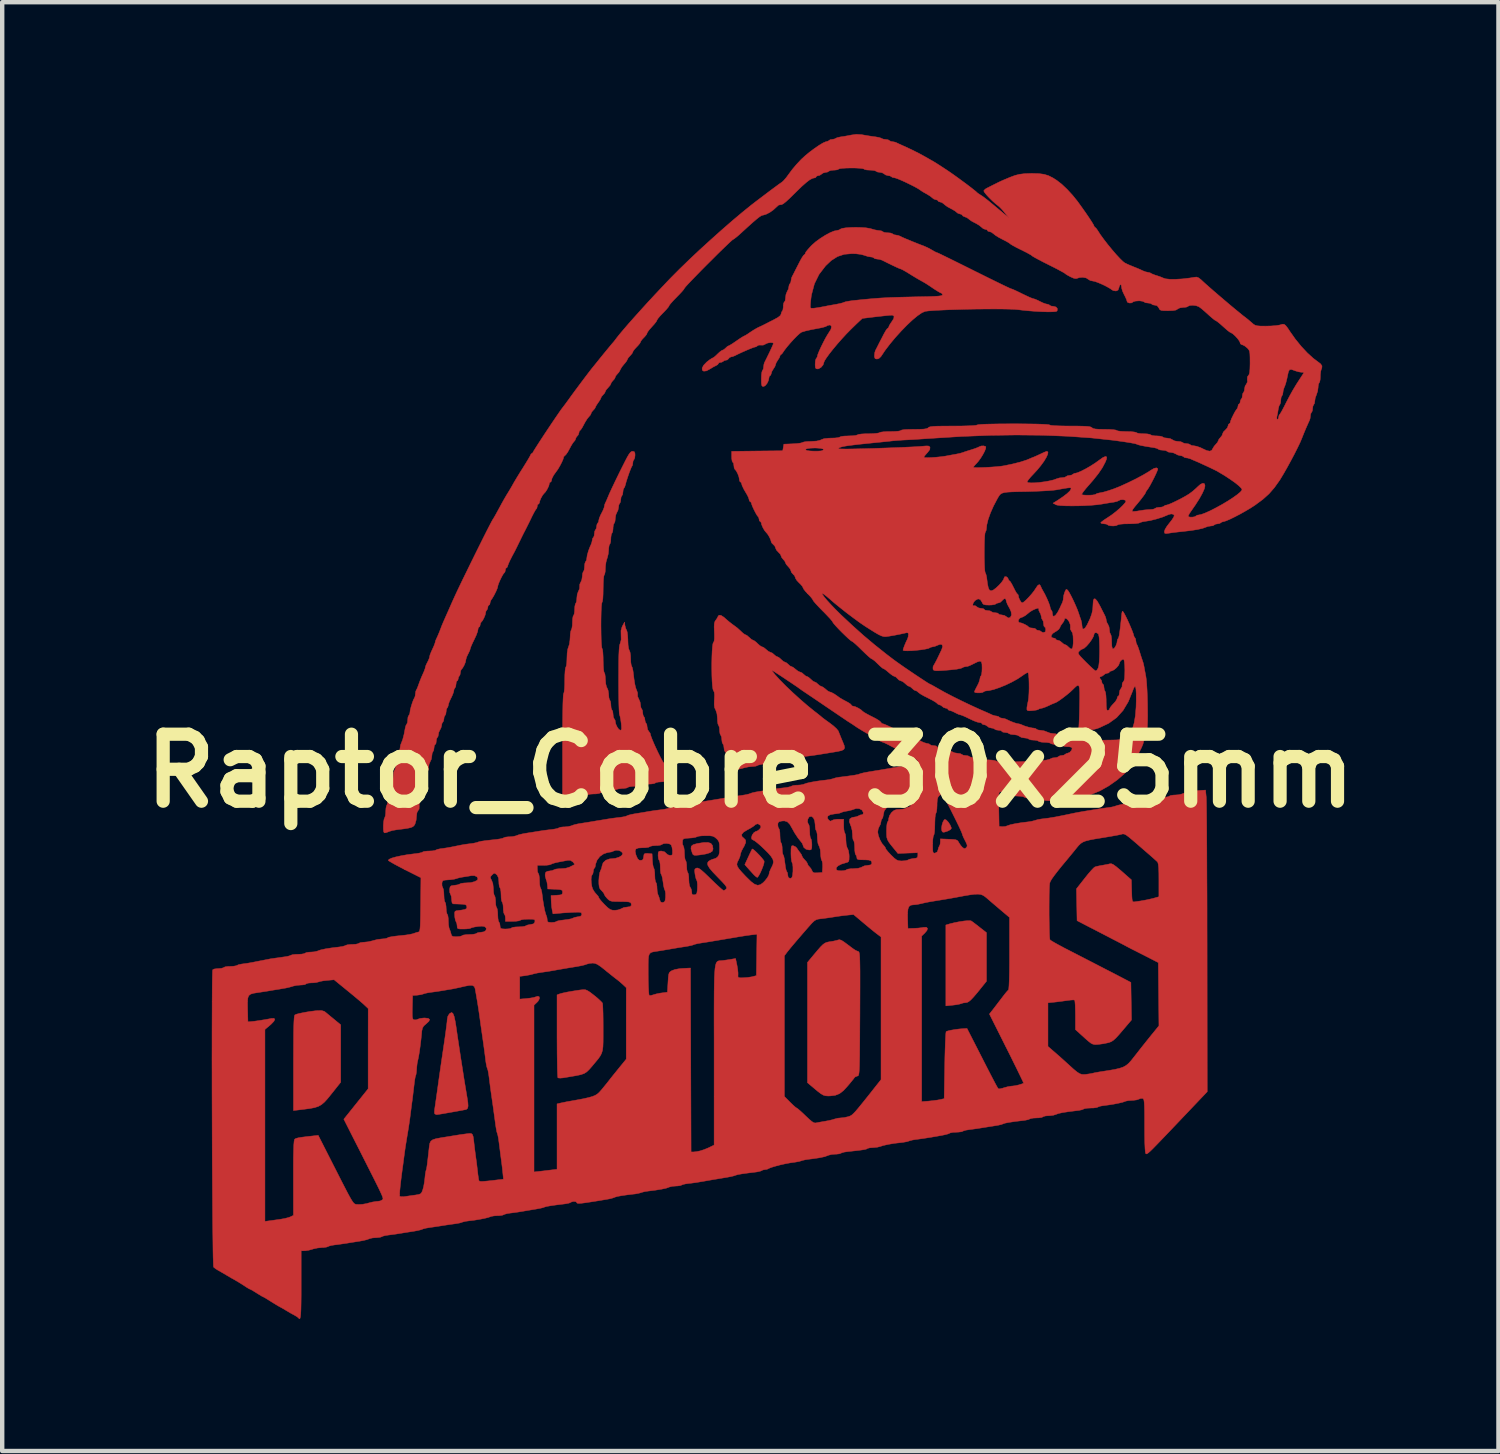
<source format=kicad_pcb>
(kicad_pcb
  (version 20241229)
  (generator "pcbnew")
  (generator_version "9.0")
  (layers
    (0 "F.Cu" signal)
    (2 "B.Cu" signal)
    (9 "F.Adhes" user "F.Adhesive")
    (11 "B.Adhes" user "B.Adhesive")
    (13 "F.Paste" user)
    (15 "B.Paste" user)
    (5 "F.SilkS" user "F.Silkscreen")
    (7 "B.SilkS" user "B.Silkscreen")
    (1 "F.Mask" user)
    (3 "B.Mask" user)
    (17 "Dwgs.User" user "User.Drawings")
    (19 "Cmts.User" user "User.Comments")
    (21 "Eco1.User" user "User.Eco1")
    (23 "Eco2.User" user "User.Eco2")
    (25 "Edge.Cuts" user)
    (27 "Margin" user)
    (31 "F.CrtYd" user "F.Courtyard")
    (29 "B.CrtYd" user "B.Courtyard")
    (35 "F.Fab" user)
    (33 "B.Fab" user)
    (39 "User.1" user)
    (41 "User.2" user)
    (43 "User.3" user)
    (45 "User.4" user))
  (footprint "Raptor_Cobre 30x25mm"
    (layer "F.Cu")
    (at 14.014 14.481)
    (property "Reference" "Raptor_Cobre 30x25mm" (at 0 0 0) (layer "F.SilkS") (effects (font (size 1.524 1.524) (thickness 0.3))))
    (attr through_hole)
    (fp_poly (pts (xy 4.458 1.119) (xy 4.501 1.165) (xy 4.541 1.225) (xy 4.567 1.284) (xy 4.571 1.308) (xy 4.549 1.336) (xy 4.497 1.365) (xy 4.488 1.369) (xy 4.418 1.392) (xy 4.381 1.395) (xy 4.362 1.378) (xy 4.354 1.36) (xy 4.348 1.303) (xy 4.358 1.232) (xy 4.379 1.163) (xy 4.407 1.115) (xy 4.424 1.104) (xy 4.458 1.119)) (stroke (width 0.01) (type solid)) (fill yes) (layer "F.Cu"))
    (fp_poly (pts (xy -0.898 1.648) (xy -0.862 1.694) (xy -0.849 1.767) (xy -0.849 1.779) (xy -0.865 1.825) (xy -0.917 1.861) (xy -1.009 1.889) (xy -1.146 1.911) (xy -1.155 1.912) (xy -1.236 1.92) (xy -1.281 1.917) (xy -1.306 1.9) (xy -1.323 1.863) (xy -1.323 1.862) (xy -1.35 1.772) (xy -1.344 1.714) (xy -1.3 1.678) (xy -1.212 1.653) (xy -1.207 1.652) (xy -1.065 1.629) (xy -0.964 1.627) (xy -0.898 1.648)) (stroke (width 0.01) (type solid)) (fill yes) (layer "F.Cu"))
    (fp_poly (pts (xy 0.063 1.784) (xy 0.107 1.82) (xy 0.164 1.875) (xy 0.222 1.936) (xy 0.273 1.995) (xy 0.307 2.04) (xy 0.314 2.054) (xy 0.311 2.095) (xy 0.291 2.162) (xy 0.26 2.242) (xy 0.225 2.321) (xy 0.19 2.385) (xy 0.163 2.42) (xy 0.156 2.423) (xy 0.128 2.406) (xy 0.081 2.363) (xy 0.061 2.341) (xy -0.001 2.273) (xy -0.06 2.207) (xy -0.07 2.196) (xy -0.126 2.131) (xy -0.046 1.958) (xy -0.007 1.874) (xy 0.024 1.81) (xy 0.041 1.777) (xy 0.042 1.775) (xy 0.063 1.784)) (stroke (width 0.01) (type solid)) (fill yes) (layer "F.Cu"))
    (fp_poly (pts (xy 5.012 3.408) (xy 5.023 3.412) (xy 5.059 3.437) (xy 5.122 3.485) (xy 5.199 3.544) (xy 5.214 3.557) (xy 5.37 3.679) (xy 5.37 4.784) (xy 5.27 4.908) (xy 5.163 5.041) (xy 5.08 5.138) (xy 5.017 5.205) (xy 4.968 5.246) (xy 4.93 5.266) (xy 4.904 5.27) (xy 4.838 5.278) (xy 4.8 5.291) (xy 4.753 5.305) (xy 4.676 5.319) (xy 4.602 5.328) (xy 4.446 5.344) (xy 4.446 3.505) (xy 4.539 3.477) (xy 4.645 3.451) (xy 4.758 3.429) (xy 4.865 3.413) (xy 4.954 3.406) (xy 5.012 3.408)) (stroke (width 0.01) (type solid)) (fill yes) (layer "F.Cu"))
    (fp_poly (pts (xy -9.688 5.469) (xy -9.675 5.478) (xy -9.633 5.512) (xy -9.567 5.567) (xy -9.488 5.632) (xy -9.472 5.645) (xy -9.316 5.774) (xy -9.316 7.081) (xy -9.527 7.346) (xy -9.613 7.452) (xy -9.684 7.531) (xy -9.751 7.588) (xy -9.823 7.629) (xy -9.91 7.658) (xy -10.023 7.679) (xy -10.17 7.698) (xy -10.259 7.709) (xy -10.39 7.724) (xy -10.39 6.65) (xy -10.389 6.376) (xy -10.388 6.148) (xy -10.387 5.963) (xy -10.384 5.817) (xy -10.38 5.707) (xy -10.375 5.629) (xy -10.369 5.579) (xy -10.361 5.554) (xy -10.359 5.55) (xy -10.317 5.532) (xy -10.237 5.512) (xy -10.132 5.491) (xy -10.013 5.471) (xy -9.892 5.456) (xy -9.849 5.452) (xy -9.751 5.45) (xy -9.688 5.469)) (stroke (width 0.01) (type solid)) (fill yes) (layer "F.Cu"))
    (fp_poly (pts (xy -6.763 5.517) (xy -6.736 5.584) (xy -6.711 5.699) (xy -6.695 5.798) (xy -6.659 6.044) (xy -6.621 6.296) (xy -6.583 6.547) (xy -6.545 6.786) (xy -6.511 7.007) (xy -6.479 7.2) (xy -6.453 7.356) (xy -6.443 7.416) (xy -6.424 7.539) (xy -6.419 7.621) (xy -6.429 7.671) (xy -6.456 7.697) (xy -6.475 7.703) (xy -6.547 7.717) (xy -6.645 7.735) (xy -6.757 7.755) (xy -6.872 7.775) (xy -6.978 7.794) (xy -7.065 7.808) (xy -7.12 7.816) (xy -7.133 7.818) (xy -7.173 7.803) (xy -7.177 7.8) (xy -7.185 7.766) (xy -7.181 7.707) (xy -7.181 7.707) (xy -7.174 7.658) (xy -7.161 7.568) (xy -7.144 7.449) (xy -7.124 7.309) (xy -7.106 7.18) (xy -7.081 7) (xy -7.051 6.79) (xy -7.019 6.57) (xy -6.988 6.359) (xy -6.969 6.231) (xy -6.946 6.074) (xy -6.926 5.929) (xy -6.91 5.805) (xy -6.898 5.711) (xy -6.894 5.656) (xy -6.894 5.652) (xy -6.879 5.58) (xy -6.843 5.522) (xy -6.797 5.495) (xy -6.791 5.495) (xy -6.763 5.517)) (stroke (width 0.01) (type solid)) (fill yes) (layer "F.Cu"))
    (fp_poly (pts (xy -3.75 4.978) (xy -3.705 4.996) (xy -3.647 5.033) (xy -3.565 5.096) (xy -3.555 5.104) (xy -3.474 5.17) (xy -3.409 5.23) (xy -3.369 5.272) (xy -3.362 5.283) (xy -3.358 5.32) (xy -3.354 5.398) (xy -3.35 5.51) (xy -3.348 5.648) (xy -3.347 5.804) (xy -3.347 5.853) (xy -3.347 6.031) (xy -3.348 6.169) (xy -3.352 6.274) (xy -3.363 6.356) (xy -3.383 6.423) (xy -3.414 6.483) (xy -3.459 6.547) (xy -3.52 6.621) (xy -3.59 6.705) (xy -3.662 6.788) (xy -3.721 6.845) (xy -3.782 6.883) (xy -3.858 6.909) (xy -3.962 6.931) (xy -4.034 6.943) (xy -4.132 6.96) (xy -4.229 6.976) (xy -4.258 6.981) (xy -4.326 6.987) (xy -4.371 6.982) (xy -4.377 6.979) (xy -4.381 6.95) (xy -4.385 6.878) (xy -4.389 6.766) (xy -4.391 6.621) (xy -4.394 6.449) (xy -4.395 6.255) (xy -4.396 6.045) (xy -4.396 6.027) (xy -4.396 5.094) (xy -4.339 5.072) (xy -4.275 5.054) (xy -4.174 5.032) (xy -4.05 5.01) (xy -3.916 4.989) (xy -3.858 4.981) (xy -3.797 4.975) (xy -3.75 4.978)) (stroke (width 0.01) (type solid)) (fill yes) (layer "F.Cu"))
    (fp_poly (pts (xy 2.07 3.852) (xy 2.13 3.89) (xy 2.199 3.941) (xy 2.289 4.009) (xy 2.349 4.053) (xy 2.391 4.08) (xy 2.425 4.096) (xy 2.454 4.106) (xy 2.463 4.111) (xy 2.471 4.123) (xy 2.478 4.146) (xy 2.483 4.183) (xy 2.487 4.238) (xy 2.49 4.315) (xy 2.492 4.419) (xy 2.494 4.552) (xy 2.494 4.719) (xy 2.494 4.924) (xy 2.493 5.17) (xy 2.492 5.462) (xy 2.492 5.525) (xy 2.49 5.825) (xy 2.489 6.079) (xy 2.487 6.291) (xy 2.486 6.465) (xy 2.483 6.604) (xy 2.481 6.712) (xy 2.477 6.794) (xy 2.473 6.853) (xy 2.467 6.893) (xy 2.461 6.918) (xy 2.453 6.931) (xy 2.444 6.937) (xy 2.435 6.939) (xy 2.387 6.958) (xy 2.37 6.972) (xy 2.349 7.001) (xy 2.303 7.058) (xy 2.242 7.132) (xy 2.214 7.165) (xy 2.117 7.271) (xy 2.027 7.34) (xy 1.931 7.378) (xy 1.814 7.392) (xy 1.769 7.393) (xy 1.712 7.389) (xy 1.662 7.375) (xy 1.607 7.344) (xy 1.535 7.289) (xy 1.478 7.242) (xy 1.299 7.091) (xy 1.299 4.355) (xy 1.433 4.194) (xy 1.527 4.082) (xy 1.597 4.002) (xy 1.651 3.949) (xy 1.697 3.916) (xy 1.741 3.898) (xy 1.791 3.887) (xy 1.814 3.884) (xy 1.898 3.87) (xy 1.97 3.853) (xy 1.991 3.846) (xy 2.027 3.839) (xy 2.07 3.852)) (stroke (width 0.01) (type solid)) (fill yes) (layer "F.Cu"))
    (fp_poly (pts (xy -2.641 -7.26) (xy -2.625 -7.228) (xy -2.622 -7.182) (xy -2.629 -7.12) (xy -2.645 -7.082) (xy -2.647 -7.081) (xy -2.667 -7.046) (xy -2.672 -7.008) (xy -2.679 -6.956) (xy -2.689 -6.935) (xy -2.707 -6.902) (xy -2.734 -6.836) (xy -2.766 -6.75) (xy -2.797 -6.658) (xy -2.824 -6.574) (xy -2.839 -6.514) (xy -2.84 -6.512) (xy -2.857 -6.457) (xy -2.875 -6.429) (xy -2.891 -6.397) (xy -2.897 -6.344) (xy -2.905 -6.287) (xy -2.922 -6.256) (xy -2.94 -6.223) (xy -2.947 -6.169) (xy -2.955 -6.112) (xy -2.972 -6.082) (xy -2.991 -6.048) (xy -2.997 -5.997) (xy -3.01 -5.927) (xy -3.034 -5.88) (xy -3.059 -5.823) (xy -3.071 -5.747) (xy -3.071 -5.74) (xy -3.078 -5.675) (xy -3.093 -5.635) (xy -3.097 -5.632) (xy -3.113 -5.599) (xy -3.122 -5.537) (xy -3.122 -5.52) (xy -3.128 -5.454) (xy -3.142 -5.412) (xy -3.147 -5.407) (xy -3.162 -5.375) (xy -3.171 -5.312) (xy -3.172 -5.282) (xy -3.177 -5.212) (xy -3.19 -5.165) (xy -3.197 -5.157) (xy -3.212 -5.125) (xy -3.221 -5.062) (xy -3.222 -5.03) (xy -3.231 -4.936) (xy -3.253 -4.846) (xy -3.259 -4.829) (xy -3.282 -4.749) (xy -3.295 -4.651) (xy -3.297 -4.606) (xy -3.301 -4.529) (xy -3.312 -4.474) (xy -3.322 -4.458) (xy -3.332 -4.428) (xy -3.34 -4.356) (xy -3.345 -4.253) (xy -3.347 -4.146) (xy -3.349 -4.022) (xy -3.354 -3.923) (xy -3.363 -3.857) (xy -3.372 -3.834) (xy -3.38 -3.804) (xy -3.388 -3.728) (xy -3.393 -3.611) (xy -3.396 -3.458) (xy -3.397 -3.309) (xy -3.395 -3.13) (xy -3.392 -2.983) (xy -3.386 -2.873) (xy -3.379 -2.806) (xy -3.372 -2.785) (xy -3.361 -2.754) (xy -3.353 -2.685) (xy -3.348 -2.586) (xy -3.347 -2.51) (xy -3.344 -2.398) (xy -3.338 -2.308) (xy -3.329 -2.25) (xy -3.322 -2.235) (xy -3.308 -2.204) (xy -3.299 -2.138) (xy -3.296 -2.078) (xy -3.288 -1.979) (xy -3.269 -1.905) (xy -3.258 -1.887) (xy -3.235 -1.832) (xy -3.223 -1.754) (xy -3.222 -1.732) (xy -3.216 -1.663) (xy -3.203 -1.618) (xy -3.197 -1.611) (xy -3.181 -1.578) (xy -3.172 -1.516) (xy -3.172 -1.499) (xy -3.166 -1.433) (xy -3.151 -1.39) (xy -3.147 -1.386) (xy -3.13 -1.353) (xy -3.122 -1.293) (xy -3.122 -1.286) (xy -3.115 -1.225) (xy -3.099 -1.188) (xy -3.097 -1.186) (xy -3.075 -1.151) (xy -3.072 -1.126) (xy -3.06 -1.065) (xy -3.03 -1) (xy -2.993 -0.947) (xy -2.958 -0.924) (xy -2.957 -0.924) (xy -2.937 -0.932) (xy -2.929 -0.964) (xy -2.932 -1.03) (xy -2.937 -1.08) (xy -2.949 -1.17) (xy -2.964 -1.243) (xy -2.975 -1.278) (xy -2.981 -1.313) (xy -2.986 -1.391) (xy -2.99 -1.506) (xy -2.993 -1.652) (xy -2.995 -1.821) (xy -2.996 -2.008) (xy -2.996 -2.078) (xy -2.995 -2.305) (xy -2.994 -2.488) (xy -2.991 -2.63) (xy -2.986 -2.737) (xy -2.98 -2.814) (xy -2.972 -2.865) (xy -2.962 -2.895) (xy -2.961 -2.896) (xy -2.938 -2.982) (xy -2.94 -3.085) (xy -2.942 -3.189) (xy -2.92 -3.27) (xy -2.907 -3.298) (xy -2.86 -3.384) (xy -2.852 -3.309) (xy -2.836 -3.244) (xy -2.815 -3.2) (xy -2.801 -3.16) (xy -2.791 -3.085) (xy -2.785 -2.99) (xy -2.785 -2.97) (xy -2.78 -2.859) (xy -2.768 -2.78) (xy -2.753 -2.743) (xy -2.736 -2.701) (xy -2.725 -2.626) (xy -2.722 -2.56) (xy -2.719 -2.475) (xy -2.71 -2.411) (xy -2.7 -2.384) (xy -2.684 -2.347) (xy -2.669 -2.279) (xy -2.663 -2.235) (xy -2.644 -2.081) (xy -2.626 -1.968) (xy -2.607 -1.888) (xy -2.585 -1.832) (xy -2.584 -1.83) (xy -2.564 -1.772) (xy -2.565 -1.732) (xy -2.562 -1.688) (xy -2.538 -1.637) (xy -2.507 -1.564) (xy -2.498 -1.501) (xy -2.49 -1.443) (xy -2.473 -1.411) (xy -2.454 -1.377) (xy -2.448 -1.324) (xy -2.44 -1.267) (xy -2.423 -1.236) (xy -2.403 -1.202) (xy -2.398 -1.161) (xy -2.388 -1.109) (xy -2.373 -1.086) (xy -2.354 -1.053) (xy -2.348 -1.001) (xy -2.335 -0.938) (xy -2.31 -0.899) (xy -2.278 -0.856) (xy -2.273 -0.833) (xy -2.262 -0.793) (xy -2.235 -0.721) (xy -2.195 -0.626) (xy -2.147 -0.52) (xy -2.097 -0.414) (xy -2.048 -0.316) (xy -2.007 -0.238) (xy -1.977 -0.189) (xy -1.967 -0.179) (xy -1.951 -0.15) (xy -1.948 -0.123) (xy -1.937 -0.083) (xy -1.923 -0.075) (xy -1.903 -0.054) (xy -1.898 -0.025) (xy -1.89 0.016) (xy -1.879 0.026) (xy -1.853 0.045) (xy -1.815 0.089) (xy -1.813 0.092) (xy -1.783 0.138) (xy -1.784 0.166) (xy -1.821 0.199) (xy -1.826 0.203) (xy -1.91 0.239) (xy -2.015 0.249) (xy -2.092 0.254) (xy -2.146 0.266) (xy -2.16 0.275) (xy -2.192 0.289) (xy -2.257 0.298) (xy -2.31 0.3) (xy -2.388 0.304) (xy -2.444 0.315) (xy -2.46 0.325) (xy -2.492 0.338) (xy -2.557 0.347) (xy -2.622 0.35) (xy -2.704 0.354) (xy -2.763 0.364) (xy -2.785 0.375) (xy -2.817 0.39) (xy -2.881 0.399) (xy -2.917 0.4) (xy -2.999 0.409) (xy -3.066 0.428) (xy -3.083 0.438) (xy -3.14 0.461) (xy -3.227 0.473) (xy -3.263 0.475) (xy -3.339 0.479) (xy -3.394 0.49) (xy -3.409 0.5) (xy -3.441 0.513) (xy -3.506 0.523) (xy -3.559 0.524) (xy -3.637 0.529) (xy -3.692 0.54) (xy -3.709 0.549) (xy -3.741 0.563) (xy -3.806 0.572) (xy -3.859 0.574) (xy -3.936 0.579) (xy -3.992 0.59) (xy -4.009 0.599) (xy -4.041 0.614) (xy -4.105 0.623) (xy -4.147 0.624) (xy -4.271 0.624) (xy -4.271 -0.56) (xy -4.27 -0.863) (xy -4.269 -1.125) (xy -4.266 -1.343) (xy -4.263 -1.517) (xy -4.258 -1.646) (xy -4.253 -1.727) (xy -4.246 -1.76) (xy -4.246 -1.761) (xy -4.235 -1.791) (xy -4.227 -1.862) (xy -4.222 -1.964) (xy -4.221 -2.06) (xy -4.219 -2.18) (xy -4.213 -2.277) (xy -4.204 -2.34) (xy -4.196 -2.36) (xy -4.184 -2.391) (xy -4.175 -2.458) (xy -4.171 -2.548) (xy -4.171 -2.563) (xy -4.166 -2.678) (xy -4.152 -2.771) (xy -4.136 -2.817) (xy -4.116 -2.88) (xy -4.103 -2.969) (xy -4.099 -3.032) (xy -4.094 -3.116) (xy -4.083 -3.181) (xy -4.072 -3.206) (xy -4.058 -3.244) (xy -4.048 -3.314) (xy -4.046 -3.375) (xy -4.042 -3.456) (xy -4.032 -3.514) (xy -4.021 -3.534) (xy -4.006 -3.566) (xy -3.997 -3.63) (xy -3.996 -3.671) (xy -3.991 -3.745) (xy -3.979 -3.797) (xy -3.971 -3.809) (xy -3.956 -3.841) (xy -3.947 -3.904) (xy -3.946 -3.93) (xy -3.937 -4.011) (xy -3.914 -4.079) (xy -3.907 -4.091) (xy -3.883 -4.148) (xy -3.882 -4.191) (xy -3.879 -4.245) (xy -3.86 -4.285) (xy -3.834 -4.342) (xy -3.822 -4.418) (xy -3.822 -4.425) (xy -3.815 -4.49) (xy -3.8 -4.53) (xy -3.796 -4.533) (xy -3.78 -4.566) (xy -3.772 -4.628) (xy -3.771 -4.645) (xy -3.765 -4.711) (xy -3.751 -4.753) (xy -3.746 -4.758) (xy -3.726 -4.793) (xy -3.721 -4.826) (xy -3.71 -4.904) (xy -3.682 -5.003) (xy -3.643 -5.105) (xy -3.631 -5.128) (xy -3.606 -5.194) (xy -3.596 -5.245) (xy -3.585 -5.292) (xy -3.571 -5.307) (xy -3.553 -5.341) (xy -3.547 -5.395) (xy -3.539 -5.452) (xy -3.522 -5.482) (xy -3.502 -5.517) (xy -3.497 -5.557) (xy -3.487 -5.609) (xy -3.472 -5.632) (xy -3.451 -5.667) (xy -3.447 -5.697) (xy -3.435 -5.748) (xy -3.405 -5.819) (xy -3.384 -5.859) (xy -3.348 -5.931) (xy -3.326 -5.988) (xy -3.322 -6.008) (xy -3.311 -6.061) (xy -3.3 -6.088) (xy -3.273 -6.145) (xy -3.252 -6.194) (xy -3.209 -6.297) (xy -3.147 -6.432) (xy -3.065 -6.604) (xy -2.962 -6.815) (xy -2.92 -6.899) (xy -2.85 -7.038) (xy -2.798 -7.138) (xy -2.758 -7.205) (xy -2.728 -7.244) (xy -2.702 -7.263) (xy -2.68 -7.268) (xy -2.641 -7.26)) (stroke (width 0.01) (type solid)) (fill yes) (layer "F.Cu"))
    (fp_poly (pts (xy 2.519 -12.358) (xy 2.631 -12.35) (xy 2.72 -12.335) (xy 2.746 -12.328) (xy 2.83 -12.304) (xy 2.905 -12.29) (xy 2.932 -12.288) (xy 2.985 -12.279) (xy 3.01 -12.263) (xy 3.042 -12.247) (xy 3.104 -12.238) (xy 3.122 -12.238) (xy 3.188 -12.232) (xy 3.23 -12.217) (xy 3.234 -12.213) (xy 3.27 -12.192) (xy 3.299 -12.188) (xy 3.364 -12.176) (xy 3.391 -12.166) (xy 3.455 -12.135) (xy 3.545 -12.096) (xy 3.638 -12.058) (xy 3.671 -12.044) (xy 3.746 -12.014) (xy 3.796 -11.994) (xy 3.864 -11.967) (xy 3.942 -11.938) (xy 3.946 -11.936) (xy 4.026 -11.901) (xy 4.112 -11.855) (xy 4.127 -11.846) (xy 4.188 -11.811) (xy 4.231 -11.79) (xy 4.239 -11.788) (xy 4.265 -11.778) (xy 4.331 -11.747) (xy 4.431 -11.698) (xy 4.56 -11.635) (xy 4.714 -11.559) (xy 4.887 -11.473) (xy 5.074 -11.38) (xy 5.081 -11.376) (xy 5.269 -11.283) (xy 5.444 -11.196) (xy 5.599 -11.12) (xy 5.73 -11.056) (xy 5.833 -11.007) (xy 5.901 -10.975) (xy 5.93 -10.964) (xy 5.93 -10.964) (xy 5.963 -10.953) (xy 6.028 -10.924) (xy 6.117 -10.882) (xy 6.179 -10.851) (xy 6.277 -10.804) (xy 6.359 -10.766) (xy 6.416 -10.744) (xy 6.434 -10.739) (xy 6.473 -10.728) (xy 6.538 -10.7) (xy 6.583 -10.677) (xy 6.659 -10.641) (xy 6.722 -10.619) (xy 6.746 -10.615) (xy 6.792 -10.602) (xy 6.806 -10.59) (xy 6.84 -10.571) (xy 6.892 -10.565) (xy 6.952 -10.549) (xy 6.983 -10.511) (xy 6.977 -10.464) (xy 6.971 -10.455) (xy 6.937 -10.445) (xy 6.862 -10.44) (xy 6.754 -10.439) (xy 6.624 -10.443) (xy 6.478 -10.451) (xy 6.326 -10.463) (xy 6.177 -10.478) (xy 6.088 -10.489) (xy 6.004 -10.496) (xy 5.88 -10.501) (xy 5.722 -10.504) (xy 5.539 -10.505) (xy 5.338 -10.504) (xy 5.127 -10.502) (xy 4.912 -10.498) (xy 4.702 -10.492) (xy 4.504 -10.486) (xy 4.324 -10.478) (xy 4.172 -10.47) (xy 4.054 -10.461) (xy 3.978 -10.451) (xy 3.973 -10.45) (xy 3.898 -10.417) (xy 3.801 -10.35) (xy 3.686 -10.255) (xy 3.561 -10.137) (xy 3.43 -10.002) (xy 3.299 -9.858) (xy 3.175 -9.709) (xy 3.063 -9.562) (xy 2.97 -9.423) (xy 2.97 -9.422) (xy 2.922 -9.378) (xy 2.879 -9.366) (xy 2.838 -9.375) (xy 2.823 -9.413) (xy 2.822 -9.441) (xy 2.829 -9.511) (xy 2.844 -9.56) (xy 2.878 -9.625) (xy 2.929 -9.727) (xy 2.995 -9.854) (xy 3.036 -9.934) (xy 3.075 -10.004) (xy 3.108 -10.052) (xy 3.125 -10.065) (xy 3.146 -10.085) (xy 3.147 -10.094) (xy 3.161 -10.131) (xy 3.196 -10.187) (xy 3.209 -10.205) (xy 3.259 -10.283) (xy 3.269 -10.336) (xy 3.239 -10.362) (xy 3.216 -10.364) (xy 3.169 -10.361) (xy 3.086 -10.353) (xy 2.977 -10.341) (xy 2.86 -10.328) (xy 2.743 -10.314) (xy 2.646 -10.302) (xy 2.579 -10.294) (xy 2.55 -10.291) (xy 2.55 -10.291) (xy 2.53 -10.274) (xy 2.48 -10.228) (xy 2.408 -10.16) (xy 2.321 -10.075) (xy 2.279 -10.034) (xy 2.182 -9.935) (xy 2.079 -9.823) (xy 1.977 -9.707) (xy 1.881 -9.592) (xy 1.797 -9.486) (xy 1.731 -9.395) (xy 1.688 -9.328) (xy 1.673 -9.291) (xy 1.654 -9.232) (xy 1.607 -9.176) (xy 1.551 -9.144) (xy 1.533 -9.141) (xy 1.496 -9.146) (xy 1.479 -9.171) (xy 1.474 -9.228) (xy 1.474 -9.252) (xy 1.479 -9.323) (xy 1.492 -9.37) (xy 1.499 -9.378) (xy 1.522 -9.414) (xy 1.524 -9.429) (xy 1.535 -9.472) (xy 1.565 -9.547) (xy 1.608 -9.641) (xy 1.658 -9.742) (xy 1.709 -9.84) (xy 1.756 -9.921) (xy 1.784 -9.964) (xy 1.832 -10.042) (xy 1.846 -10.102) (xy 1.828 -10.135) (xy 1.803 -10.14) (xy 1.752 -10.128) (xy 1.735 -10.116) (xy 1.699 -10.1) (xy 1.63 -10.081) (xy 1.561 -10.067) (xy 1.385 -10.034) (xy 1.256 -10.005) (xy 1.171 -9.979) (xy 1.16 -9.975) (xy 1.119 -9.945) (xy 1.056 -9.887) (xy 0.981 -9.81) (xy 0.903 -9.724) (xy 0.832 -9.64) (xy 0.776 -9.568) (xy 0.756 -9.538) (xy 0.722 -9.489) (xy 0.696 -9.466) (xy 0.694 -9.466) (xy 0.675 -9.446) (xy 0.674 -9.434) (xy 0.659 -9.394) (xy 0.624 -9.341) (xy 0.589 -9.285) (xy 0.574 -9.241) (xy 0.559 -9.196) (xy 0.524 -9.141) (xy 0.489 -9.083) (xy 0.475 -9.035) (xy 0.463 -8.998) (xy 0.45 -8.991) (xy 0.429 -8.97) (xy 0.425 -8.945) (xy 0.411 -8.876) (xy 0.378 -8.808) (xy 0.335 -8.758) (xy 0.298 -8.741) (xy 0.272 -8.747) (xy 0.258 -8.769) (xy 0.251 -8.82) (xy 0.25 -8.91) (xy 0.25 -8.915) (xy 0.253 -9.003) (xy 0.262 -9.071) (xy 0.274 -9.103) (xy 0.275 -9.104) (xy 0.294 -9.138) (xy 0.3 -9.18) (xy 0.309 -9.247) (xy 0.321 -9.285) (xy 0.381 -9.406) (xy 0.436 -9.519) (xy 0.481 -9.615) (xy 0.512 -9.685) (xy 0.525 -9.72) (xy 0.525 -9.722) (xy 0.504 -9.738) (xy 0.455 -9.74) (xy 0.397 -9.731) (xy 0.351 -9.712) (xy 0.343 -9.706) (xy 0.291 -9.682) (xy 0.245 -9.683) (xy 0.191 -9.683) (xy 0.164 -9.668) (xy 0.126 -9.643) (xy 0.111 -9.641) (xy 0.076 -9.631) (xy 0.007 -9.605) (xy -0.081 -9.568) (xy -0.177 -9.526) (xy -0.268 -9.484) (xy -0.341 -9.448) (xy -0.356 -9.44) (xy -0.412 -9.419) (xy -0.438 -9.416) (xy -0.479 -9.396) (xy -0.49 -9.378) (xy -0.525 -9.346) (xy -0.551 -9.341) (xy -0.597 -9.329) (xy -0.612 -9.316) (xy -0.647 -9.295) (xy -0.676 -9.291) (xy -0.716 -9.28) (xy -0.724 -9.265) (xy -0.745 -9.237) (xy -0.78 -9.217) (xy -0.84 -9.187) (xy -0.909 -9.145) (xy -0.912 -9.143) (xy -0.998 -9.097) (xy -1.06 -9.09) (xy -1.094 -9.113) (xy -1.096 -9.161) (xy -1.062 -9.225) (xy -0.991 -9.299) (xy -0.989 -9.3) (xy -0.925 -9.35) (xy -0.875 -9.382) (xy -0.856 -9.391) (xy -0.827 -9.407) (xy -0.778 -9.449) (xy -0.749 -9.478) (xy -0.694 -9.529) (xy -0.65 -9.561) (xy -0.636 -9.566) (xy -0.599 -9.583) (xy -0.562 -9.616) (xy -0.522 -9.653) (xy -0.497 -9.665) (xy -0.468 -9.679) (xy -0.41 -9.714) (xy -0.335 -9.765) (xy -0.316 -9.778) (xy -0.239 -9.831) (xy -0.177 -9.87) (xy -0.143 -9.889) (xy -0.14 -9.89) (xy -0.113 -9.903) (xy -0.058 -9.937) (xy -0.006 -9.973) (xy 0.074 -10.025) (xy 0.151 -10.07) (xy 0.187 -10.088) (xy 0.257 -10.12) (xy 0.312 -10.147) (xy 0.359 -10.171) (xy 0.434 -10.21) (xy 0.523 -10.255) (xy 0.531 -10.259) (xy 0.629 -10.313) (xy 0.684 -10.357) (xy 0.699 -10.39) (xy 0.711 -10.437) (xy 0.724 -10.452) (xy 0.74 -10.485) (xy 0.748 -10.542) (xy 1.364 -10.542) (xy 1.366 -10.532) (xy 1.389 -10.521) (xy 1.444 -10.522) (xy 1.534 -10.534) (xy 1.666 -10.558) (xy 1.686 -10.562) (xy 1.787 -10.582) (xy 1.901 -10.602) (xy 1.953 -10.611) (xy 2.036 -10.628) (xy 2.102 -10.645) (xy 2.128 -10.656) (xy 2.168 -10.669) (xy 2.242 -10.683) (xy 2.334 -10.696) (xy 2.335 -10.696) (xy 2.565 -10.72) (xy 2.772 -10.739) (xy 2.968 -10.754) (xy 3.169 -10.765) (xy 3.388 -10.772) (xy 3.639 -10.778) (xy 3.715 -10.78) (xy 3.916 -10.784) (xy 4.073 -10.787) (xy 4.19 -10.792) (xy 4.273 -10.797) (xy 4.327 -10.804) (xy 4.358 -10.813) (xy 4.37 -10.823) (xy 4.371 -10.828) (xy 4.356 -10.86) (xy 4.344 -10.864) (xy 4.312 -10.878) (xy 4.252 -10.913) (xy 4.175 -10.962) (xy 4.163 -10.97) (xy 4.078 -11.028) (xy 4.001 -11.078) (xy 3.948 -11.11) (xy 3.946 -11.111) (xy 3.873 -11.152) (xy 3.821 -11.181) (xy 3.769 -11.212) (xy 3.691 -11.259) (xy 3.604 -11.313) (xy 3.6 -11.315) (xy 3.521 -11.363) (xy 3.458 -11.398) (xy 3.424 -11.413) (xy 3.422 -11.414) (xy 3.392 -11.424) (xy 3.328 -11.452) (xy 3.241 -11.493) (xy 3.14 -11.542) (xy 3.036 -11.594) (xy 2.991 -11.616) (xy 2.931 -11.634) (xy 2.886 -11.639) (xy 2.833 -11.648) (xy 2.81 -11.664) (xy 2.775 -11.683) (xy 2.736 -11.688) (xy 2.675 -11.698) (xy 2.599 -11.722) (xy 2.589 -11.726) (xy 2.509 -11.747) (xy 2.4 -11.76) (xy 2.312 -11.763) (xy 2.136 -11.748) (xy 1.982 -11.697) (xy 1.84 -11.607) (xy 1.712 -11.486) (xy 1.563 -11.292) (xy 1.457 -11.077) (xy 1.393 -10.836) (xy 1.383 -10.778) (xy 1.371 -10.676) (xy 1.364 -10.593) (xy 1.364 -10.542) (xy 0.748 -10.542) (xy 0.749 -10.547) (xy 0.749 -10.566) (xy 0.755 -10.628) (xy 0.769 -10.662) (xy 0.774 -10.665) (xy 0.79 -10.687) (xy 0.799 -10.741) (xy 0.8 -10.758) (xy 0.81 -10.834) (xy 0.834 -10.895) (xy 0.837 -10.9) (xy 0.867 -10.962) (xy 0.874 -11.005) (xy 0.884 -11.056) (xy 0.899 -11.077) (xy 0.92 -11.112) (xy 0.924 -11.141) (xy 0.936 -11.206) (xy 0.946 -11.233) (xy 0.98 -11.299) (xy 1.031 -11.4) (xy 1.096 -11.527) (xy 1.137 -11.607) (xy 1.177 -11.677) (xy 1.21 -11.725) (xy 1.227 -11.738) (xy 1.247 -11.758) (xy 1.249 -11.771) (xy 1.265 -11.803) (xy 1.31 -11.859) (xy 1.373 -11.929) (xy 1.396 -11.953) (xy 1.485 -12.032) (xy 1.592 -12.11) (xy 1.706 -12.182) (xy 1.814 -12.24) (xy 1.906 -12.278) (xy 1.962 -12.288) (xy 2.019 -12.302) (xy 2.044 -12.319) (xy 2.087 -12.337) (xy 2.169 -12.35) (xy 2.276 -12.358) (xy 2.396 -12.361) (xy 2.519 -12.358)) (stroke (width 0.01) (type solid)) (fill yes) (layer "F.Cu"))
    (fp_poly (pts (xy 2.529 -14.469) (xy 2.581 -14.46) (xy 2.686 -14.442) (xy 2.791 -14.426) (xy 2.847 -14.419) (xy 2.92 -14.406) (xy 2.973 -14.39) (xy 2.983 -14.383) (xy 3.024 -14.367) (xy 3.075 -14.361) (xy 3.131 -14.353) (xy 3.159 -14.336) (xy 3.195 -14.315) (xy 3.224 -14.311) (xy 3.289 -14.299) (xy 3.316 -14.289) (xy 3.364 -14.266) (xy 3.436 -14.233) (xy 3.472 -14.217) (xy 3.665 -14.128) (xy 3.848 -14.036) (xy 3.946 -13.982) (xy 4.033 -13.933) (xy 4.118 -13.884) (xy 4.146 -13.869) (xy 4.224 -13.822) (xy 4.31 -13.767) (xy 4.333 -13.752) (xy 4.404 -13.705) (xy 4.464 -13.666) (xy 4.48 -13.655) (xy 4.557 -13.603) (xy 4.652 -13.536) (xy 4.757 -13.46) (xy 4.864 -13.381) (xy 4.965 -13.306) (xy 5.05 -13.24) (xy 5.113 -13.19) (xy 5.144 -13.163) (xy 5.145 -13.161) (xy 5.173 -13.137) (xy 5.226 -13.102) (xy 5.235 -13.096) (xy 5.267 -13.076) (xy 5.304 -13.05) (xy 5.351 -13.014) (xy 5.416 -12.963) (xy 5.502 -12.892) (xy 5.615 -12.798) (xy 5.757 -12.68) (xy 5.882 -12.575) (xy 5.784 -12.695) (xy 5.724 -12.765) (xy 5.67 -12.821) (xy 5.641 -12.847) (xy 5.576 -12.898) (xy 5.503 -12.964) (xy 5.431 -13.035) (xy 5.368 -13.103) (xy 5.324 -13.158) (xy 5.308 -13.19) (xy 5.308 -13.192) (xy 5.339 -13.228) (xy 5.376 -13.251) (xy 5.43 -13.278) (xy 5.507 -13.317) (xy 5.557 -13.342) (xy 5.627 -13.377) (xy 5.689 -13.407) (xy 5.759 -13.438) (xy 5.852 -13.477) (xy 5.907 -13.5) (xy 6.019 -13.542) (xy 6.124 -13.568) (xy 6.24 -13.582) (xy 6.385 -13.587) (xy 6.411 -13.587) (xy 6.562 -13.583) (xy 6.68 -13.567) (xy 6.781 -13.536) (xy 6.882 -13.485) (xy 6.968 -13.43) (xy 7.081 -13.342) (xy 7.206 -13.224) (xy 7.329 -13.09) (xy 7.438 -12.955) (xy 7.438 -12.955) (xy 7.534 -12.822) (xy 7.623 -12.696) (xy 7.7 -12.583) (xy 7.761 -12.49) (xy 7.802 -12.423) (xy 7.817 -12.39) (xy 7.817 -12.389) (xy 7.832 -12.364) (xy 7.837 -12.363) (xy 7.861 -12.343) (xy 7.896 -12.295) (xy 7.904 -12.282) (xy 7.962 -12.192) (xy 8.04 -12.085) (xy 8.129 -11.97) (xy 8.224 -11.854) (xy 8.317 -11.746) (xy 8.402 -11.654) (xy 8.471 -11.586) (xy 8.517 -11.551) (xy 8.566 -11.527) (xy 8.625 -11.501) (xy 8.708 -11.467) (xy 8.785 -11.436) (xy 8.861 -11.404) (xy 8.924 -11.374) (xy 8.989 -11.349) (xy 9.038 -11.339) (xy 9.089 -11.328) (xy 9.105 -11.318) (xy 9.142 -11.299) (xy 9.207 -11.274) (xy 9.241 -11.264) (xy 9.313 -11.24) (xy 9.366 -11.219) (xy 9.378 -11.213) (xy 9.44 -11.191) (xy 9.542 -11.18) (xy 9.674 -11.18) (xy 9.828 -11.189) (xy 9.994 -11.209) (xy 10.103 -11.227) (xy 10.151 -11.23) (xy 10.196 -11.212) (xy 10.252 -11.168) (xy 10.29 -11.132) (xy 10.346 -11.081) (xy 10.431 -11.006) (xy 10.537 -10.913) (xy 10.658 -10.809) (xy 10.785 -10.701) (xy 10.911 -10.594) (xy 11.028 -10.497) (xy 11.129 -10.414) (xy 11.205 -10.352) (xy 11.242 -10.324) (xy 11.309 -10.272) (xy 11.383 -10.209) (xy 11.402 -10.193) (xy 11.443 -10.157) (xy 11.481 -10.134) (xy 11.528 -10.122) (xy 11.596 -10.116) (xy 11.699 -10.115) (xy 11.73 -10.115) (xy 11.845 -10.118) (xy 11.95 -10.126) (xy 12.029 -10.138) (xy 12.053 -10.144) (xy 12.101 -10.158) (xy 12.138 -10.156) (xy 12.174 -10.129) (xy 12.218 -10.073) (xy 12.273 -9.99) (xy 12.393 -9.82) (xy 12.528 -9.654) (xy 12.667 -9.505) (xy 12.801 -9.383) (xy 12.893 -9.314) (xy 12.967 -9.258) (xy 13 -9.21) (xy 12.996 -9.16) (xy 12.987 -9.141) (xy 12.972 -9.089) (xy 12.963 -9.011) (xy 12.962 -8.969) (xy 12.958 -8.894) (xy 12.946 -8.842) (xy 12.937 -8.829) (xy 12.921 -8.796) (xy 12.912 -8.734) (xy 12.912 -8.721) (xy 12.901 -8.637) (xy 12.876 -8.56) (xy 12.875 -8.557) (xy 12.847 -8.482) (xy 12.837 -8.415) (xy 12.829 -8.359) (xy 12.812 -8.329) (xy 12.794 -8.295) (xy 12.787 -8.242) (xy 12.78 -8.185) (xy 12.762 -8.154) (xy 12.743 -8.12) (xy 12.737 -8.078) (xy 12.729 -8.011) (xy 12.716 -7.973) (xy 12.684 -7.903) (xy 12.641 -7.806) (xy 12.596 -7.699) (xy 12.557 -7.602) (xy 12.541 -7.561) (xy 12.503 -7.471) (xy 12.444 -7.348) (xy 12.372 -7.205) (xy 12.291 -7.052) (xy 12.208 -6.9) (xy 12.128 -6.76) (xy 12.058 -6.643) (xy 12.036 -6.608) (xy 11.917 -6.441) (xy 11.795 -6.301) (xy 11.655 -6.175) (xy 11.482 -6.047) (xy 11.476 -6.043) (xy 11.378 -5.979) (xy 11.263 -5.911) (xy 11.141 -5.842) (xy 11.02 -5.779) (xy 10.912 -5.726) (xy 10.824 -5.688) (xy 10.768 -5.67) (xy 10.76 -5.67) (xy 10.714 -5.656) (xy 10.702 -5.644) (xy 10.667 -5.625) (xy 10.627 -5.619) (xy 10.575 -5.61) (xy 10.552 -5.594) (xy 10.518 -5.575) (xy 10.474 -5.57) (xy 10.403 -5.559) (xy 10.361 -5.543) (xy 10.287 -5.516) (xy 10.168 -5.489) (xy 10.013 -5.465) (xy 9.84 -5.445) (xy 9.726 -5.433) (xy 9.617 -5.42) (xy 9.534 -5.408) (xy 9.522 -5.406) (xy 9.456 -5.397) (xy 9.425 -5.403) (xy 9.416 -5.43) (xy 9.416 -5.445) (xy 9.431 -5.492) (xy 9.472 -5.56) (xy 9.528 -5.633) (xy 9.585 -5.705) (xy 9.625 -5.767) (xy 9.641 -5.805) (xy 9.62 -5.835) (xy 9.57 -5.844) (xy 9.505 -5.827) (xy 9.497 -5.823) (xy 9.38 -5.774) (xy 9.237 -5.729) (xy 9.093 -5.693) (xy 8.991 -5.677) (xy 8.918 -5.665) (xy 8.866 -5.649) (xy 8.855 -5.642) (xy 8.821 -5.632) (xy 8.749 -5.624) (xy 8.653 -5.62) (xy 8.601 -5.619) (xy 8.498 -5.617) (xy 8.415 -5.61) (xy 8.364 -5.6) (xy 8.354 -5.594) (xy 8.32 -5.578) (xy 8.259 -5.57) (xy 8.192 -5.573) (xy 8.141 -5.585) (xy 8.129 -5.594) (xy 8.096 -5.612) (xy 8.041 -5.619) (xy 7.989 -5.626) (xy 7.967 -5.641) (xy 7.987 -5.663) (xy 8.039 -5.703) (xy 8.113 -5.752) (xy 8.123 -5.758) (xy 8.217 -5.821) (xy 8.313 -5.895) (xy 8.402 -5.971) (xy 8.475 -6.042) (xy 8.525 -6.1) (xy 8.542 -6.135) (xy 8.521 -6.158) (xy 8.472 -6.169) (xy 8.417 -6.165) (xy 8.378 -6.147) (xy 8.34 -6.129) (xy 8.274 -6.113) (xy 8.254 -6.11) (xy 8.175 -6.098) (xy 8.072 -6.081) (xy 7.992 -6.067) (xy 7.882 -6.052) (xy 7.748 -6.04) (xy 7.599 -6.032) (xy 7.445 -6.027) (xy 7.296 -6.026) (xy 7.162 -6.028) (xy 7.052 -6.034) (xy 6.976 -6.044) (xy 6.952 -6.052) (xy 6.884 -6.088) (xy 6.995 -6.157) (xy 7.11 -6.235) (xy 7.203 -6.306) (xy 7.266 -6.366) (xy 7.292 -6.409) (xy 7.293 -6.413) (xy 7.292 -6.428) (xy 7.284 -6.437) (xy 7.262 -6.439) (xy 7.218 -6.435) (xy 7.144 -6.424) (xy 7.033 -6.404) (xy 6.956 -6.39) (xy 6.885 -6.382) (xy 6.775 -6.373) (xy 6.635 -6.365) (xy 6.475 -6.358) (xy 6.306 -6.353) (xy 6.265 -6.352) (xy 6.084 -6.349) (xy 5.946 -6.345) (xy 5.845 -6.339) (xy 5.773 -6.329) (xy 5.722 -6.314) (xy 5.687 -6.292) (xy 5.66 -6.261) (xy 5.634 -6.219) (xy 5.616 -6.187) (xy 5.532 -6.028) (xy 5.461 -5.868) (xy 5.408 -5.72) (xy 5.377 -5.594) (xy 5.37 -5.526) (xy 5.362 -5.466) (xy 5.345 -5.432) (xy 5.345 -5.432) (xy 5.336 -5.403) (xy 5.329 -5.334) (xy 5.324 -5.234) (xy 5.321 -5.114) (xy 5.32 -4.983) (xy 5.32 -4.851) (xy 5.323 -4.728) (xy 5.327 -4.623) (xy 5.333 -4.547) (xy 5.341 -4.508) (xy 5.342 -4.507) (xy 5.359 -4.469) (xy 5.374 -4.402) (xy 5.378 -4.371) (xy 5.394 -4.249) (xy 5.411 -4.168) (xy 5.43 -4.122) (xy 5.455 -4.1) (xy 5.483 -4.096) (xy 5.527 -4.114) (xy 5.589 -4.161) (xy 5.656 -4.224) (xy 5.716 -4.292) (xy 5.758 -4.352) (xy 5.769 -4.386) (xy 5.785 -4.416) (xy 5.819 -4.417) (xy 5.852 -4.392) (xy 5.862 -4.371) (xy 5.881 -4.33) (xy 5.895 -4.321) (xy 5.915 -4.3) (xy 5.948 -4.245) (xy 5.986 -4.171) (xy 6.024 -4.095) (xy 6.056 -4.041) (xy 6.075 -4.021) (xy 6.093 -4.001) (xy 6.094 -3.989) (xy 6.105 -3.937) (xy 6.131 -3.879) (xy 6.162 -3.834) (xy 6.182 -3.821) (xy 6.216 -3.839) (xy 6.27 -3.886) (xy 6.334 -3.952) (xy 6.399 -4.025) (xy 6.454 -4.095) (xy 6.486 -4.144) (xy 6.534 -4.215) (xy 6.571 -4.238) (xy 6.597 -4.214) (xy 6.601 -4.203) (xy 6.625 -4.148) (xy 6.654 -4.096) (xy 6.698 -4.017) (xy 6.742 -3.926) (xy 6.781 -3.835) (xy 6.809 -3.76) (xy 6.818 -3.718) (xy 6.831 -3.672) (xy 6.843 -3.659) (xy 6.863 -3.624) (xy 6.868 -3.584) (xy 6.878 -3.528) (xy 6.903 -3.514) (xy 6.941 -3.541) (xy 6.987 -3.604) (xy 7.038 -3.702) (xy 7.041 -3.709) (xy 7.071 -3.776) (xy 7.096 -3.827) (xy 7.114 -3.887) (xy 7.118 -3.93) (xy 7.128 -3.996) (xy 7.151 -4.069) (xy 7.175 -4.119) (xy 7.194 -4.129) (xy 7.221 -4.104) (xy 7.222 -4.103) (xy 7.254 -4.054) (xy 7.298 -3.972) (xy 7.348 -3.87) (xy 7.397 -3.762) (xy 7.439 -3.662) (xy 7.467 -3.584) (xy 7.493 -3.505) (xy 7.517 -3.437) (xy 7.521 -3.427) (xy 7.537 -3.357) (xy 7.543 -3.296) (xy 7.552 -3.238) (xy 7.579 -3.225) (xy 7.616 -3.254) (xy 7.66 -3.324) (xy 7.662 -3.328) (xy 7.726 -3.464) (xy 7.765 -3.573) (xy 7.786 -3.672) (xy 7.792 -3.774) (xy 7.792 -3.776) (xy 7.798 -3.868) (xy 7.816 -3.913) (xy 7.846 -3.91) (xy 7.889 -3.86) (xy 7.945 -3.762) (xy 7.96 -3.734) (xy 8.005 -3.644) (xy 8.044 -3.568) (xy 8.068 -3.52) (xy 8.07 -3.516) (xy 8.09 -3.455) (xy 8.093 -3.428) (xy 8.108 -3.374) (xy 8.13 -3.336) (xy 8.157 -3.276) (xy 8.167 -3.206) (xy 8.174 -3.146) (xy 8.191 -3.11) (xy 8.192 -3.109) (xy 8.205 -3.078) (xy 8.214 -3.012) (xy 8.217 -2.933) (xy 8.221 -2.836) (xy 8.233 -2.784) (xy 8.248 -2.772) (xy 8.28 -2.794) (xy 8.313 -2.846) (xy 8.336 -2.909) (xy 8.342 -2.951) (xy 8.353 -2.995) (xy 8.363 -3.007) (xy 8.375 -3.028) (xy 8.388 -3.08) (xy 8.401 -3.166) (xy 8.417 -3.292) (xy 8.435 -3.462) (xy 8.438 -3.496) (xy 8.447 -3.581) (xy 8.456 -3.624) (xy 8.467 -3.631) (xy 8.485 -3.609) (xy 8.493 -3.596) (xy 8.526 -3.536) (xy 8.568 -3.451) (xy 8.613 -3.353) (xy 8.655 -3.255) (xy 8.69 -3.169) (xy 8.712 -3.108) (xy 8.716 -3.087) (xy 8.731 -3.044) (xy 8.741 -3.035) (xy 8.761 -3) (xy 8.766 -2.963) (xy 8.775 -2.908) (xy 8.786 -2.883) (xy 8.804 -2.848) (xy 8.829 -2.781) (xy 8.852 -2.71) (xy 8.879 -2.622) (xy 8.904 -2.547) (xy 8.917 -2.51) (xy 8.936 -2.451) (xy 8.953 -2.376) (xy 8.953 -2.373) (xy 8.967 -2.296) (xy 8.985 -2.2) (xy 8.995 -2.148) (xy 9.005 -2.075) (xy 9.014 -1.969) (xy 9.022 -1.839) (xy 9.028 -1.692) (xy 9.032 -1.538) (xy 9.034 -1.386) (xy 9.035 -1.243) (xy 9.033 -1.118) (xy 9.029 -1.02) (xy 9.023 -0.958) (xy 9.017 -0.94) (xy 9 -0.9) (xy 8.991 -0.833) (xy 8.991 -0.821) (xy 8.985 -0.756) (xy 8.97 -0.715) (xy 8.966 -0.712) (xy 8.944 -0.676) (xy 8.941 -0.657) (xy 8.929 -0.609) (xy 8.896 -0.53) (xy 8.847 -0.432) (xy 8.79 -0.324) (xy 8.729 -0.219) (xy 8.67 -0.128) (xy 8.648 -0.096) (xy 8.514 0.057) (xy 8.344 0.205) (xy 8.151 0.341) (xy 7.95 0.454) (xy 7.754 0.535) (xy 7.717 0.547) (xy 7.636 0.572) (xy 7.565 0.595) (xy 7.548 0.602) (xy 7.486 0.616) (xy 7.404 0.624) (xy 7.384 0.624) (xy 7.311 0.631) (xy 7.258 0.647) (xy 7.248 0.654) (xy 7.21 0.668) (xy 7.134 0.677) (xy 7.034 0.682) (xy 6.923 0.683) (xy 6.813 0.68) (xy 6.717 0.673) (xy 6.648 0.661) (xy 6.626 0.654) (xy 6.573 0.638) (xy 6.49 0.628) (xy 6.409 0.624) (xy 6.324 0.621) (xy 6.259 0.611) (xy 6.231 0.599) (xy 6.199 0.585) (xy 6.135 0.576) (xy 6.094 0.574) (xy 6.02 0.57) (xy 5.969 0.558) (xy 5.957 0.549) (xy 5.923 0.532) (xy 5.863 0.525) (xy 5.857 0.524) (xy 5.795 0.518) (xy 5.758 0.501) (xy 5.757 0.5) (xy 5.722 0.479) (xy 5.692 0.475) (xy 5.674 0.477) (xy 5.661 0.489) (xy 5.653 0.517) (xy 5.648 0.57) (xy 5.647 0.654) (xy 5.649 0.777) (xy 5.65 0.868) (xy 5.657 1.261) (xy 5.724 1.269) (xy 5.798 1.264) (xy 5.847 1.247) (xy 5.913 1.224) (xy 6.021 1.201) (xy 6.167 1.177) (xy 6.319 1.159) (xy 6.4 1.146) (xy 6.466 1.129) (xy 6.481 1.124) (xy 6.535 1.108) (xy 6.615 1.094) (xy 6.656 1.089) (xy 6.784 1.073) (xy 6.936 1.048) (xy 7.122 1.011) (xy 7.243 0.986) (xy 7.36 0.961) (xy 7.481 0.938) (xy 7.574 0.922) (xy 7.683 0.904) (xy 7.807 0.884) (xy 7.874 0.873) (xy 7.979 0.857) (xy 8.085 0.842) (xy 8.142 0.834) (xy 8.223 0.822) (xy 8.289 0.805) (xy 8.304 0.799) (xy 8.355 0.783) (xy 8.435 0.764) (xy 8.517 0.749) (xy 8.63 0.73) (xy 8.748 0.709) (xy 8.816 0.697) (xy 8.927 0.679) (xy 9.047 0.663) (xy 9.091 0.658) (xy 9.172 0.647) (xy 9.232 0.632) (xy 9.252 0.622) (xy 9.29 0.609) (xy 9.357 0.6) (xy 9.394 0.599) (xy 9.467 0.595) (xy 9.517 0.582) (xy 9.528 0.574) (xy 9.56 0.559) (xy 9.624 0.55) (xy 9.656 0.549) (xy 9.738 0.543) (xy 9.806 0.528) (xy 9.821 0.521) (xy 9.879 0.501) (xy 9.97 0.48) (xy 10.081 0.461) (xy 10.195 0.447) (xy 10.265 0.442) (xy 10.352 0.437) (xy 10.368 0.599) (xy 10.37 0.644) (xy 10.372 0.736) (xy 10.374 0.871) (xy 10.376 1.047) (xy 10.378 1.26) (xy 10.379 1.508) (xy 10.381 1.787) (xy 10.382 2.094) (xy 10.383 2.426) (xy 10.385 2.78) (xy 10.386 3.152) (xy 10.386 3.54) (xy 10.387 3.941) (xy 10.387 4.029) (xy 10.39 7.296) (xy 9.756 7.963) (xy 9.579 8.149) (xy 9.433 8.302) (xy 9.315 8.425) (xy 9.222 8.521) (xy 9.151 8.594) (xy 9.097 8.646) (xy 9.059 8.68) (xy 9.033 8.7) (xy 9.016 8.709) (xy 9.004 8.71) (xy 8.994 8.706) (xy 8.993 8.705) (xy 8.983 8.673) (xy 8.976 8.592) (xy 8.97 8.462) (xy 8.967 8.284) (xy 8.966 8.077) (xy 8.966 7.885) (xy 8.965 7.737) (xy 8.962 7.627) (xy 8.958 7.55) (xy 8.952 7.499) (xy 8.944 7.469) (xy 8.933 7.454) (xy 8.925 7.45) (xy 8.872 7.45) (xy 8.838 7.464) (xy 8.785 7.482) (xy 8.708 7.492) (xy 8.679 7.493) (xy 8.6 7.498) (xy 8.537 7.51) (xy 8.523 7.516) (xy 8.472 7.534) (xy 8.385 7.555) (xy 8.275 7.577) (xy 8.157 7.596) (xy 8.043 7.611) (xy 8.042 7.611) (xy 7.969 7.622) (xy 7.917 7.638) (xy 7.906 7.645) (xy 7.869 7.657) (xy 7.8 7.666) (xy 7.742 7.667) (xy 7.661 7.671) (xy 7.6 7.681) (xy 7.579 7.69) (xy 7.542 7.706) (xy 7.474 7.721) (xy 7.43 7.726) (xy 7.244 7.749) (xy 7.104 7.77) (xy 7.008 7.791) (xy 6.951 7.812) (xy 6.892 7.831) (xy 6.811 7.841) (xy 6.784 7.842) (xy 6.713 7.847) (xy 6.665 7.86) (xy 6.656 7.867) (xy 6.624 7.881) (xy 6.559 7.89) (xy 6.51 7.892) (xy 6.431 7.896) (xy 6.373 7.907) (xy 6.355 7.915) (xy 6.318 7.931) (xy 6.25 7.945) (xy 6.206 7.951) (xy 6.02 7.973) (xy 5.881 7.994) (xy 5.789 8.012) (xy 5.748 8.027) (xy 5.707 8.042) (xy 5.633 8.059) (xy 5.561 8.071) (xy 5.444 8.089) (xy 5.318 8.109) (xy 5.257 8.119) (xy 5.149 8.136) (xy 5.037 8.151) (xy 4.983 8.158) (xy 4.906 8.17) (xy 4.849 8.186) (xy 4.834 8.194) (xy 4.797 8.207) (xy 4.729 8.215) (xy 4.683 8.217) (xy 4.605 8.221) (xy 4.548 8.232) (xy 4.532 8.24) (xy 4.496 8.256) (xy 4.427 8.274) (xy 4.346 8.291) (xy 4.115 8.331) (xy 3.93 8.36) (xy 3.79 8.379) (xy 3.771 8.381) (xy 3.69 8.394) (xy 3.624 8.411) (xy 3.609 8.417) (xy 3.555 8.433) (xy 3.475 8.447) (xy 3.434 8.452) (xy 3.277 8.47) (xy 3.136 8.494) (xy 3.023 8.519) (xy 2.964 8.538) (xy 2.893 8.557) (xy 2.805 8.566) (xy 2.788 8.567) (xy 2.717 8.572) (xy 2.667 8.584) (xy 2.659 8.589) (xy 2.641 8.6) (xy 2.607 8.609) (xy 2.549 8.619) (xy 2.461 8.631) (xy 2.335 8.645) (xy 2.223 8.657) (xy 2.142 8.668) (xy 2.082 8.684) (xy 2.062 8.694) (xy 2.024 8.708) (xy 1.957 8.716) (xy 1.929 8.716) (xy 1.847 8.723) (xy 1.779 8.74) (xy 1.765 8.746) (xy 1.691 8.773) (xy 1.569 8.799) (xy 1.403 8.823) (xy 1.336 8.831) (xy 1.252 8.843) (xy 1.183 8.859) (xy 1.161 8.867) (xy 1.106 8.883) (xy 1.027 8.897) (xy 0.999 8.901) (xy 0.9 8.915) (xy 0.786 8.937) (xy 0.669 8.963) (xy 0.561 8.992) (xy 0.473 9.019) (xy 0.419 9.041) (xy 0.409 9.048) (xy 0.372 9.063) (xy 0.338 9.066) (xy 0.284 9.076) (xy 0.261 9.089) (xy 0.224 9.104) (xy 0.156 9.119) (xy 0.112 9.125) (xy -0.06 9.146) (xy -0.196 9.165) (xy -0.29 9.182) (xy -0.339 9.197) (xy -0.341 9.198) (xy -0.38 9.211) (xy -0.451 9.228) (xy -0.528 9.242) (xy -0.641 9.261) (xy -0.76 9.281) (xy -0.824 9.291) (xy -0.931 9.31) (xy -1.052 9.331) (xy -1.111 9.341) (xy -1.223 9.36) (xy -1.342 9.376) (xy -1.399 9.382) (xy -1.479 9.393) (xy -1.539 9.408) (xy -1.56 9.418) (xy -1.598 9.432) (xy -1.665 9.44) (xy -1.692 9.441) (xy -1.773 9.447) (xy -1.841 9.463) (xy -1.854 9.469) (xy -1.916 9.491) (xy -2.021 9.513) (xy -2.162 9.536) (xy -2.323 9.556) (xy -2.404 9.568) (xy -2.47 9.585) (xy -2.485 9.591) (xy -2.539 9.606) (xy -2.619 9.621) (xy -2.66 9.625) (xy -2.802 9.642) (xy -2.927 9.66) (xy -3.024 9.678) (xy -3.083 9.695) (xy -3.092 9.7) (xy -3.134 9.715) (xy -3.206 9.733) (xy -3.267 9.744) (xy -3.47 9.778) (xy -3.629 9.803) (xy -3.749 9.821) (xy -3.835 9.832) (xy -3.893 9.836) (xy -3.927 9.834) (xy -3.943 9.827) (xy -3.946 9.818) (xy -3.966 9.797) (xy -4.013 9.791) (xy -4.062 9.8) (xy -4.085 9.813) (xy -4.122 9.829) (xy -4.19 9.843) (xy -4.233 9.849) (xy -4.405 9.87) (xy -4.54 9.889) (xy -4.634 9.906) (xy -4.684 9.92) (xy -4.686 9.922) (xy -4.724 9.935) (xy -4.796 9.951) (xy -4.886 9.967) (xy -4.886 9.967) (xy -5 9.986) (xy -5.119 10.006) (xy -5.195 10.019) (xy -5.302 10.036) (xy -5.414 10.051) (xy -5.457 10.056) (xy -5.534 10.068) (xy -5.59 10.084) (xy -5.606 10.092) (xy -5.643 10.106) (xy -5.711 10.114) (xy -5.75 10.115) (xy -5.831 10.12) (xy -5.896 10.132) (xy -5.913 10.139) (xy -5.965 10.157) (xy -6.052 10.178) (xy -6.16 10.199) (xy -6.277 10.218) (xy -6.387 10.231) (xy -6.394 10.232) (xy -6.475 10.243) (xy -6.541 10.259) (xy -6.556 10.265) (xy -6.612 10.282) (xy -6.691 10.296) (xy -6.718 10.3) (xy -6.807 10.312) (xy -6.916 10.328) (xy -6.987 10.339) (xy -7.101 10.357) (xy -7.223 10.375) (xy -7.287 10.384) (xy -7.371 10.398) (xy -7.437 10.414) (xy -7.464 10.425) (xy -7.505 10.439) (xy -7.579 10.456) (xy -7.651 10.469) (xy -7.768 10.487) (xy -7.894 10.507) (xy -7.955 10.517) (xy -8.063 10.534) (xy -8.175 10.549) (xy -8.229 10.556) (xy -8.306 10.568) (xy -8.363 10.583) (xy -8.378 10.592) (xy -8.416 10.606) (xy -8.483 10.614) (xy -8.511 10.615) (xy -8.592 10.621) (xy -8.659 10.637) (xy -8.673 10.643) (xy -8.725 10.662) (xy -8.808 10.681) (xy -8.877 10.694) (xy -8.993 10.712) (xy -9.119 10.732) (xy -9.178 10.742) (xy -9.287 10.758) (xy -9.399 10.774) (xy -9.453 10.78) (xy -9.53 10.792) (xy -9.586 10.808) (xy -9.602 10.817) (xy -9.64 10.83) (xy -9.707 10.839) (xy -9.739 10.84) (xy -9.837 10.849) (xy -9.935 10.87) (xy -9.953 10.876) (xy -10.038 10.9) (xy -10.121 10.913) (xy -10.134 10.913) (xy -10.215 10.914) (xy -10.215 11.688) (xy -10.215 11.918) (xy -10.217 12.102) (xy -10.22 12.243) (xy -10.225 12.346) (xy -10.232 12.414) (xy -10.242 12.452) (xy -10.254 12.462) (xy -10.269 12.45) (xy -10.276 12.441) (xy -10.305 12.416) (xy -10.36 12.383) (xy -10.371 12.377) (xy -10.445 12.337) (xy -10.53 12.287) (xy -10.552 12.274) (xy -10.62 12.233) (xy -10.675 12.202) (xy -10.689 12.195) (xy -10.727 12.174) (xy -10.794 12.134) (xy -10.877 12.083) (xy -10.896 12.071) (xy -10.976 12.021) (xy -11.039 11.983) (xy -11.073 11.964) (xy -11.076 11.963) (xy -11.102 11.951) (xy -11.157 11.918) (xy -11.225 11.876) (xy -11.297 11.831) (xy -11.352 11.799) (xy -11.377 11.788) (xy -11.405 11.775) (xy -11.459 11.742) (xy -11.497 11.717) (xy -11.587 11.659) (xy -11.685 11.6) (xy -11.713 11.583) (xy -11.801 11.534) (xy -11.886 11.484) (xy -11.913 11.468) (xy -11.998 11.418) (xy -12.084 11.369) (xy -12.09 11.366) (xy -12.154 11.327) (xy -12.201 11.29) (xy -12.207 11.284) (xy -12.21 11.255) (xy -12.213 11.18) (xy -12.217 11.063) (xy -12.22 10.906) (xy -12.222 10.713) (xy -12.225 10.488) (xy -12.228 10.234) (xy -12.23 9.955) (xy -12.232 9.654) (xy -12.234 9.335) (xy -12.236 9.002) (xy -12.238 8.657) (xy -12.239 8.305) (xy -12.24 7.949) (xy -12.241 7.593) (xy -12.242 7.239) (xy -12.242 6.892) (xy -12.243 6.556) (xy -12.242 6.233) (xy -12.242 5.927) (xy -12.241 5.642) (xy -12.24 5.381) (xy -12.24 5.246) (xy -11.435 5.246) (xy -11.434 5.367) (xy -11.433 5.415) (xy -11.426 5.707) (xy -11.351 5.701) (xy -11.276 5.693) (xy -11.171 5.678) (xy -11.052 5.659) (xy -10.939 5.639) (xy -10.896 5.63) (xy -10.834 5.627) (xy -10.814 5.649) (xy -10.834 5.693) (xy -10.894 5.757) (xy -10.927 5.786) (xy -11.039 5.88) (xy -11.039 10.245) (xy -10.933 10.231) (xy -10.847 10.219) (xy -10.74 10.204) (xy -10.677 10.195) (xy -10.583 10.178) (xy -10.499 10.156) (xy -10.459 10.141) (xy -10.391 10.108) (xy -10.392 9.261) (xy -10.392 9.003) (xy -10.391 8.792) (xy -10.387 8.628) (xy -10.383 8.506) (xy -10.376 8.426) (xy -10.368 8.385) (xy -10.366 8.38) (xy -10.349 8.366) (xy -10.319 8.354) (xy -10.27 8.342) (xy -10.192 8.33) (xy -10.079 8.316) (xy -9.952 8.302) (xy -9.827 8.288) (xy -9.512 8.908) (xy -9.395 9.138) (xy -9.299 9.327) (xy -9.22 9.48) (xy -9.158 9.6) (xy -9.108 9.692) (xy -9.069 9.759) (xy -9.039 9.805) (xy -9.014 9.834) (xy -8.992 9.85) (xy -8.971 9.857) (xy -8.949 9.859) (xy -8.922 9.86) (xy -8.916 9.861) (xy -8.824 9.857) (xy -8.722 9.839) (xy -8.689 9.829) (xy -8.599 9.806) (xy -8.512 9.792) (xy -8.484 9.79) (xy -8.416 9.78) (xy -8.369 9.755) (xy -8.367 9.753) (xy -8.36 9.745) (xy -8.356 9.737) (xy -8.355 9.724) (xy -8.359 9.704) (xy -8.37 9.673) (xy -8.383 9.64) (xy -7.977 9.64) (xy -7.974 9.674) (xy -7.944 9.684) (xy -7.883 9.683) (xy -7.858 9.68) (xy -7.77 9.667) (xy -7.665 9.652) (xy -7.62 9.646) (xy -7.541 9.633) (xy -7.496 9.615) (xy -7.47 9.58) (xy -7.45 9.528) (xy -7.429 9.448) (xy -7.411 9.344) (xy -7.402 9.266) (xy -7.393 9.179) (xy -7.382 9.112) (xy -7.374 9.081) (xy -7.367 9.062) (xy -7.359 9.021) (xy -7.349 8.953) (xy -7.337 8.853) (xy -7.321 8.714) (xy -7.301 8.534) (xy -7.289 8.467) (xy -7.266 8.42) (xy -7.222 8.388) (xy -7.148 8.364) (xy -7.035 8.343) (xy -7.006 8.338) (xy -6.89 8.32) (xy -6.763 8.299) (xy -6.706 8.29) (xy -6.6 8.273) (xy -6.491 8.258) (xy -6.438 8.251) (xy -6.381 8.245) (xy -6.343 8.249) (xy -6.319 8.271) (xy -6.303 8.319) (xy -6.291 8.403) (xy -6.281 8.492) (xy -6.269 8.595) (xy -6.253 8.716) (xy -6.243 8.791) (xy -6.227 8.905) (xy -6.213 9.023) (xy -6.205 9.091) (xy -6.195 9.18) (xy -6.184 9.257) (xy -6.179 9.288) (xy -6.175 9.309) (xy -6.167 9.325) (xy -6.15 9.334) (xy -6.116 9.337) (xy -6.058 9.334) (xy -5.969 9.326) (xy -5.842 9.312) (xy -5.736 9.299) (xy -5.615 9.286) (xy -5.629 9.145) (xy -5.64 9.042) (xy -5.655 8.92) (xy -5.667 8.829) (xy -5.683 8.709) (xy -5.7 8.572) (xy -5.714 8.464) (xy -5.727 8.369) (xy -5.741 8.293) (xy -5.753 8.249) (xy -5.754 8.246) (xy -5.766 8.209) (xy -5.78 8.137) (xy -5.795 8.044) (xy -5.797 8.024) (xy -5.85 7.637) (xy -5.896 7.318) (xy -5.912 7.202) (xy -5.929 7.069) (xy -5.94 6.979) (xy -5.953 6.887) (xy -5.967 6.812) (xy -5.98 6.77) (xy -5.981 6.77) (xy -5.994 6.73) (xy -6.009 6.655) (xy -6.023 6.561) (xy -6.024 6.546) (xy -6.039 6.427) (xy -6.056 6.302) (xy -6.069 6.206) (xy -6.103 5.969) (xy -6.131 5.775) (xy -6.152 5.621) (xy -6.168 5.507) (xy -6.186 5.386) (xy -6.21 5.238) (xy -6.236 5.085) (xy -6.26 4.95) (xy -6.279 4.903) (xy -6.32 4.879) (xy -6.39 4.878) (xy -6.497 4.898) (xy -6.516 4.903) (xy -6.616 4.926) (xy -6.71 4.946) (xy -6.768 4.958) (xy -6.845 4.971) (xy -6.942 4.987) (xy -6.993 4.996) (xy -7.1 5.013) (xy -7.213 5.029) (xy -7.255 5.034) (xy -7.339 5.047) (xy -7.409 5.063) (xy -7.43 5.071) (xy -7.488 5.088) (xy -7.565 5.099) (xy -7.58 5.101) (xy -7.68 5.107) (xy -7.687 5.376) (xy -7.689 5.497) (xy -7.688 5.578) (xy -7.681 5.626) (xy -7.668 5.651) (xy -7.653 5.661) (xy -7.599 5.662) (xy -7.565 5.648) (xy -7.511 5.63) (xy -7.434 5.62) (xy -7.406 5.619) (xy -7.326 5.628) (xy -7.294 5.652) (xy -7.309 5.693) (xy -7.371 5.751) (xy -7.378 5.757) (xy -7.428 5.801) (xy -7.456 5.848) (xy -7.471 5.915) (xy -7.475 5.964) (xy -7.489 6.102) (xy -7.506 6.244) (xy -7.524 6.378) (xy -7.543 6.491) (xy -7.559 6.569) (xy -7.562 6.581) (xy -7.577 6.653) (xy -7.587 6.744) (xy -7.589 6.777) (xy -7.595 6.854) (xy -7.604 6.911) (xy -7.61 6.926) (xy -7.621 6.963) (xy -7.633 7.034) (xy -7.645 7.125) (xy -7.645 7.129) (xy -7.659 7.244) (xy -7.675 7.38) (xy -7.691 7.509) (xy -7.693 7.518) (xy -7.709 7.642) (xy -7.726 7.773) (xy -7.74 7.883) (xy -7.741 7.892) (xy -7.755 7.991) (xy -7.774 8.118) (xy -7.796 8.251) (xy -7.805 8.304) (xy -7.826 8.433) (xy -7.847 8.565) (xy -7.863 8.679) (xy -7.868 8.716) (xy -7.883 8.828) (xy -7.9 8.959) (xy -7.916 9.072) (xy -7.942 9.273) (xy -7.961 9.436) (xy -7.973 9.56) (xy -7.977 9.64) (xy -8.383 9.64) (xy -8.389 9.627) (xy -8.418 9.564) (xy -8.458 9.48) (xy -8.512 9.371) (xy -8.58 9.235) (xy -8.665 9.067) (xy -8.767 8.865) (xy -8.888 8.625) (xy -9.028 8.35) (xy -9.245 7.921) (xy -8.969 7.576) (xy -8.692 7.23) (xy -8.692 6.317) (xy -8.691 5.404) (xy -8.773 5.327) (xy -8.82 5.284) (xy -8.898 5.217) (xy -8.996 5.135) (xy -9.106 5.044) (xy -9.16 5) (xy -9.466 4.75) (xy -9.622 4.764) (xy -9.712 4.774) (xy -9.785 4.788) (xy -9.82 4.799) (xy -9.87 4.812) (xy -9.946 4.82) (xy -9.975 4.82) (xy -10.046 4.825) (xy -10.094 4.838) (xy -10.103 4.845) (xy -10.135 4.861) (xy -10.198 4.869) (xy -10.227 4.87) (xy -10.314 4.877) (xy -10.392 4.893) (xy -10.407 4.898) (xy -10.472 4.917) (xy -10.562 4.938) (xy -10.615 4.947) (xy -10.718 4.965) (xy -10.839 4.984) (xy -10.914 4.997) (xy -11.024 5.015) (xy -11.136 5.032) (xy -11.201 5.042) (xy -11.298 5.057) (xy -11.364 5.077) (xy -11.405 5.109) (xy -11.427 5.162) (xy -11.435 5.246) (xy -12.24 5.246) (xy -12.239 5.149) (xy -12.238 4.947) (xy -12.236 4.781) (xy -12.234 4.673) (xy -5.245 4.673) (xy -5.245 5.19) (xy -5.089 5.177) (xy -4.999 5.166) (xy -4.926 5.153) (xy -4.891 5.142) (xy -4.831 5.124) (xy -4.799 5.14) (xy -4.797 5.181) (xy -4.827 5.237) (xy -4.858 5.27) (xy -4.92 5.328) (xy -4.92 9.121) (xy -4.802 9.108) (xy -4.705 9.097) (xy -4.593 9.083) (xy -4.539 9.077) (xy -4.396 9.06) (xy -4.396 7.573) (xy -4.327 7.556) (xy -4.261 7.542) (xy -4.173 7.524) (xy -4.133 7.517) (xy -3.942 7.483) (xy -3.793 7.455) (xy -3.679 7.429) (xy -3.593 7.405) (xy -3.529 7.379) (xy -3.48 7.349) (xy -3.439 7.313) (xy -3.398 7.267) (xy -3.388 7.256) (xy -3.32 7.173) (xy -3.253 7.091) (xy -3.216 7.043) (xy -3.171 6.985) (xy -3.105 6.903) (xy -3.028 6.808) (xy -2.986 6.756) (xy -2.823 6.556) (xy -2.823 5.743) (xy -2.822 4.93) (xy -2.903 4.854) (xy -2.971 4.794) (xy -3.038 4.74) (xy -3.051 4.731) (xy -3.099 4.694) (xy -3.173 4.635) (xy -3.261 4.564) (xy -3.306 4.527) (xy -3.402 4.451) (xy -3.473 4.403) (xy -3.482 4.399) (xy -2.323 4.399) (xy -2.323 4.549) (xy -2.323 4.622) (xy -2.322 4.77) (xy -2.318 4.901) (xy -2.313 5.006) (xy -2.307 5.077) (xy -2.3 5.106) (xy -2.3 5.106) (xy -2.262 5.108) (xy -2.206 5.092) (xy -2.138 5.072) (xy -2.049 5.054) (xy -2.011 5.049) (xy -1.886 5.033) (xy -1.873 4.809) (xy -1.866 4.702) (xy -1.858 4.634) (xy -1.845 4.592) (xy -1.822 4.566) (xy -1.786 4.543) (xy -1.786 4.543) (xy -1.712 4.516) (xy -1.606 4.497) (xy -1.536 4.492) (xy -1.361 4.483) (xy -1.355 6.575) (xy -1.348 8.666) (xy -1.292 8.666) (xy -1.232 8.66) (xy -1.153 8.644) (xy -1.136 8.64) (xy -1.048 8.611) (xy -0.953 8.572) (xy -0.93 8.561) (xy -0.824 8.509) (xy -0.824 6.456) (xy -0.824 6.081) (xy -0.825 5.752) (xy -0.825 5.468) (xy -0.824 5.223) (xy -0.823 5.016) (xy -0.82 4.844) (xy -0.817 4.703) (xy -0.811 4.589) (xy -0.804 4.501) (xy -0.794 4.434) (xy -0.782 4.386) (xy -0.767 4.353) (xy -0.748 4.333) (xy -0.727 4.322) (xy -0.701 4.317) (xy -0.672 4.316) (xy -0.638 4.313) (xy -0.624 4.312) (xy -0.531 4.299) (xy -0.441 4.285) (xy -0.424 4.282) (xy -0.336 4.267) (xy -0.305 4.412) (xy -0.289 4.506) (xy -0.28 4.592) (xy -0.28 4.633) (xy -0.282 4.677) (xy -0.269 4.699) (xy -0.228 4.706) (xy -0.162 4.705) (xy -0.067 4.698) (xy 0.023 4.685) (xy 0.05 4.679) (xy 0.137 4.656) (xy 0.144 4.206) (xy 0.774 4.206) (xy 0.774 7.404) (xy 0.905 7.536) (xy 0.97 7.599) (xy 1.023 7.646) (xy 1.052 7.667) (xy 1.054 7.667) (xy 1.079 7.684) (xy 1.131 7.728) (xy 1.201 7.792) (xy 1.255 7.844) (xy 1.341 7.925) (xy 1.402 7.976) (xy 1.446 8.002) (xy 1.481 8.007) (xy 1.499 8.004) (xy 1.559 7.992) (xy 1.645 7.977) (xy 1.698 7.968) (xy 1.79 7.951) (xy 1.873 7.931) (xy 1.906 7.92) (xy 1.986 7.899) (xy 2.053 7.892) (xy 2.129 7.885) (xy 2.215 7.866) (xy 2.228 7.863) (xy 2.257 7.853) (xy 2.284 7.841) (xy 2.313 7.821) (xy 2.348 7.789) (xy 2.393 7.742) (xy 2.45 7.675) (xy 2.525 7.583) (xy 2.621 7.464) (xy 2.742 7.312) (xy 2.83 7.2) (xy 2.972 7.021) (xy 2.972 3.777) (xy 2.878 3.706) (xy 2.82 3.661) (xy 2.736 3.593) (xy 2.64 3.513) (xy 2.566 3.451) (xy 2.347 3.267) (xy 2.204 3.281) (xy 2.097 3.293) (xy 1.974 3.31) (xy 1.898 3.322) (xy 1.787 3.339) (xy 1.671 3.355) (xy 1.604 3.363) (xy 1.543 3.371) (xy 1.496 3.385) (xy 1.453 3.412) (xy 1.402 3.46) (xy 1.334 3.536) (xy 1.304 3.57) (xy 1.166 3.729) (xy 1.057 3.856) (xy 0.973 3.955) (xy 0.91 4.03) (xy 0.864 4.087) (xy 0.83 4.13) (xy 0.774 4.206) (xy 0.144 4.206) (xy 0.144 4.185) (xy 0.151 3.715) (xy 0.019 3.73) (xy -0.084 3.744) (xy -0.201 3.762) (xy -0.262 3.772) (xy -0.376 3.792) (xy -0.499 3.812) (xy -0.556 3.822) (xy -0.669 3.841) (xy -0.793 3.862) (xy -0.843 3.87) (xy -0.955 3.889) (xy -1.074 3.907) (xy -1.124 3.915) (xy -1.206 3.929) (xy -1.269 3.945) (xy -1.291 3.954) (xy -1.33 3.967) (xy -1.403 3.983) (xy -1.491 3.998) (xy -1.605 4.015) (xy -1.724 4.035) (xy -1.798 4.048) (xy -1.91 4.067) (xy -2.029 4.087) (xy -2.073 4.094) (xy -2.159 4.107) (xy -2.222 4.118) (xy -2.267 4.135) (xy -2.296 4.165) (xy -2.313 4.214) (xy -2.321 4.29) (xy -2.323 4.399) (xy -3.482 4.399) (xy -3.528 4.379) (xy -3.579 4.371) (xy -3.585 4.371) (xy -3.66 4.378) (xy -3.718 4.394) (xy -3.721 4.395) (xy -3.769 4.412) (xy -3.848 4.431) (xy -3.938 4.448) (xy -4.141 4.481) (xy -4.357 4.518) (xy -4.502 4.544) (xy -4.609 4.562) (xy -4.721 4.578) (xy -4.758 4.583) (xy -4.845 4.597) (xy -4.921 4.614) (xy -4.945 4.621) (xy -5.008 4.637) (xy -5.094 4.653) (xy -5.126 4.658) (xy -5.245 4.673) (xy -12.234 4.673) (xy -12.233 4.652) (xy -12.231 4.566) (xy -12.228 4.525) (xy -12.227 4.523) (xy -12.194 4.506) (xy -12.13 4.497) (xy -12.101 4.496) (xy -12.03 4.49) (xy -11.984 4.477) (xy -11.976 4.471) (xy -11.944 4.456) (xy -11.879 4.447) (xy -11.829 4.446) (xy -11.751 4.442) (xy -11.692 4.431) (xy -11.675 4.423) (xy -11.638 4.407) (xy -11.57 4.393) (xy -11.526 4.387) (xy -11.437 4.375) (xy -11.324 4.355) (xy -11.214 4.333) (xy -10.907 4.273) (xy -10.619 4.232) (xy -10.602 4.23) (xy -10.525 4.218) (xy -10.469 4.202) (xy -10.453 4.194) (xy -10.417 4.181) (xy -10.348 4.173) (xy -10.286 4.171) (xy -10.206 4.167) (xy -10.147 4.156) (xy -10.128 4.146) (xy -10.095 4.131) (xy -10.032 4.122) (xy -10 4.121) (xy -9.918 4.115) (xy -9.849 4.099) (xy -9.834 4.093) (xy -9.772 4.071) (xy -9.667 4.048) (xy -9.529 4.026) (xy -9.363 4.006) (xy -9.353 4.005) (xy -9.276 3.993) (xy -9.22 3.977) (xy -9.205 3.969) (xy -9.168 3.956) (xy -9.099 3.948) (xy -9.05 3.946) (xy -8.973 3.942) (xy -8.919 3.93) (xy -8.904 3.921) (xy -8.871 3.906) (xy -8.808 3.897) (xy -8.784 3.896) (xy -8.688 3.886) (xy -8.59 3.863) (xy -8.579 3.859) (xy -8.486 3.835) (xy -8.39 3.823) (xy -8.378 3.822) (xy -8.308 3.816) (xy -8.26 3.803) (xy -8.253 3.799) (xy -8.236 3.788) (xy -8.203 3.779) (xy -8.148 3.769) (xy -8.062 3.757) (xy -7.939 3.744) (xy -7.836 3.733) (xy -7.751 3.72) (xy -7.68 3.705) (xy -7.655 3.696) (xy -7.589 3.674) (xy -7.555 3.666) (xy -7.54 3.662) (xy -7.528 3.65) (xy -7.518 3.626) (xy -7.512 3.582) (xy -7.507 3.514) (xy -7.504 3.415) (xy -7.501 3.279) (xy -7.499 3.101) (xy -7.498 3.044) (xy -7.493 2.557) (xy -7.014 2.557) (xy -7.011 2.618) (xy -6.995 2.655) (xy -6.98 2.694) (xy -6.971 2.764) (xy -6.968 2.826) (xy -6.964 2.906) (xy -6.954 2.965) (xy -6.943 2.985) (xy -6.929 3.017) (xy -6.92 3.081) (xy -6.918 3.122) (xy -6.913 3.196) (xy -6.901 3.247) (xy -6.893 3.259) (xy -6.879 3.291) (xy -6.87 3.356) (xy -6.868 3.411) (xy -6.864 3.496) (xy -6.853 3.565) (xy -6.845 3.591) (xy -6.822 3.648) (xy -6.807 3.703) (xy -6.793 3.746) (xy -6.764 3.766) (xy -6.705 3.771) (xy -6.682 3.771) (xy -6.611 3.766) (xy -6.564 3.753) (xy -6.556 3.746) (xy -6.525 3.733) (xy -6.459 3.724) (xy -6.394 3.721) (xy -6.312 3.717) (xy -6.253 3.707) (xy -6.231 3.696) (xy -6.198 3.679) (xy -6.138 3.671) (xy -6.133 3.671) (xy -6.058 3.659) (xy -6.013 3.627) (xy -6.005 3.584) (xy -6.019 3.559) (xy -6.051 3.538) (xy -6.107 3.531) (xy -6.191 3.537) (xy -6.272 3.55) (xy -6.333 3.565) (xy -6.355 3.575) (xy -6.391 3.587) (xy -6.461 3.594) (xy -6.524 3.596) (xy -6.605 3.595) (xy -6.648 3.588) (xy -6.665 3.568) (xy -6.668 3.531) (xy -6.668 3.527) (xy -6.676 3.467) (xy -6.692 3.433) (xy -6.708 3.395) (xy -6.721 3.328) (xy -6.723 3.297) (xy -6.726 3.227) (xy -6.715 3.193) (xy -6.686 3.18) (xy -6.668 3.178) (xy -6.56 3.164) (xy -6.493 3.151) (xy -6.458 3.133) (xy -6.447 3.108) (xy -6.448 3.089) (xy -6.459 3.057) (xy -6.487 3.04) (xy -6.546 3.032) (xy -6.594 3.03) (xy -6.676 3.027) (xy -6.74 3.025) (xy -6.762 3.024) (xy -6.784 2.999) (xy -6.793 2.936) (xy -6.793 2.927) (xy -6.8 2.858) (xy -6.816 2.81) (xy -6.82 2.805) (xy -6.836 2.764) (xy -6.839 2.699) (xy -6.839 2.694) (xy -6.829 2.64) (xy -6.805 2.614) (xy -6.749 2.604) (xy -6.731 2.602) (xy -6.661 2.592) (xy -6.613 2.575) (xy -6.607 2.571) (xy -6.57 2.557) (xy -6.502 2.549) (xy -6.456 2.547) (xy -6.356 2.54) (xy -6.271 2.518) (xy -6.213 2.488) (xy -6.194 2.457) (xy -6.201 2.441) (xy -5.91 2.441) (xy -5.886 2.483) (xy -5.856 2.56) (xy -5.844 2.668) (xy -5.844 2.683) (xy -5.84 2.761) (xy -5.829 2.817) (xy -5.819 2.835) (xy -5.805 2.867) (xy -5.796 2.931) (xy -5.794 2.972) (xy -5.79 3.046) (xy -5.778 3.097) (xy -5.769 3.109) (xy -5.756 3.141) (xy -5.747 3.207) (xy -5.744 3.272) (xy -5.74 3.353) (xy -5.73 3.413) (xy -5.719 3.434) (xy -5.7 3.469) (xy -5.694 3.506) (xy -5.688 3.558) (xy -5.678 3.58) (xy -5.641 3.592) (xy -5.577 3.596) (xy -5.508 3.593) (xy -5.452 3.583) (xy -5.432 3.571) (xy -5.401 3.558) (xy -5.335 3.549) (xy -5.273 3.547) (xy -5.191 3.543) (xy -5.129 3.533) (xy -5.106 3.523) (xy -5.067 3.505) (xy -5.002 3.493) (xy -4.995 3.492) (xy -4.932 3.479) (xy -4.904 3.448) (xy -4.9 3.428) (xy -4.899 3.398) (xy -4.914 3.381) (xy -4.955 3.373) (xy -5.034 3.372) (xy -5.054 3.372) (xy -5.14 3.375) (xy -5.204 3.385) (xy -5.232 3.397) (xy -5.264 3.41) (xy -5.33 3.419) (xy -5.409 3.422) (xy -5.57 3.422) (xy -5.57 3.348) (xy -5.577 3.291) (xy -5.594 3.259) (xy -5.609 3.227) (xy -5.618 3.163) (xy -5.619 3.122) (xy -5.624 3.048) (xy -5.636 2.997) (xy -5.644 2.985) (xy -5.658 2.953) (xy -5.667 2.887) (xy -5.669 2.822) (xy -5.673 2.741) (xy -5.684 2.681) (xy -5.694 2.66) (xy -5.709 2.628) (xy -5.718 2.564) (xy -5.719 2.525) (xy -5.727 2.435) (xy -5.754 2.377) (xy -5.77 2.359) (xy -5.808 2.329) (xy -5.837 2.333) (xy -5.874 2.366) (xy -5.909 2.407) (xy -5.91 2.441) (xy -6.201 2.441) (xy -6.215 2.41) (xy -6.271 2.383) (xy -6.347 2.383) (xy -6.35 2.384) (xy -6.432 2.398) (xy -6.522 2.412) (xy -6.531 2.413) (xy -6.609 2.427) (xy -6.673 2.445) (xy -6.681 2.449) (xy -6.734 2.463) (xy -6.814 2.474) (xy -6.868 2.478) (xy -6.947 2.484) (xy -6.989 2.495) (xy -7.007 2.52) (xy -7.014 2.557) (xy -7.493 2.557) (xy -7.492 2.43) (xy -7.859 2.245) (xy -7.982 2.181) (xy -8.044 2.148) (xy -4.845 2.148) (xy -4.845 2.234) (xy -4.839 2.296) (xy -4.822 2.334) (xy -4.82 2.335) (xy -4.807 2.367) (xy -4.798 2.432) (xy -4.795 2.494) (xy -4.792 2.576) (xy -4.782 2.638) (xy -4.773 2.661) (xy -4.756 2.699) (xy -4.741 2.766) (xy -4.737 2.797) (xy -4.719 2.933) (xy -4.698 3.061) (xy -4.677 3.17) (xy -4.656 3.248) (xy -4.645 3.278) (xy -4.625 3.337) (xy -4.62 3.384) (xy -4.615 3.424) (xy -4.589 3.442) (xy -4.528 3.447) (xy -4.522 3.447) (xy -4.456 3.442) (xy -4.415 3.429) (xy -4.41 3.425) (xy -4.381 3.412) (xy -4.315 3.399) (xy -4.231 3.389) (xy -4.142 3.377) (xy -4.072 3.363) (xy -4.037 3.349) (xy -3.994 3.331) (xy -3.927 3.318) (xy -3.921 3.318) (xy -3.86 3.305) (xy -3.836 3.277) (xy -3.834 3.259) (xy -3.838 3.237) (xy 3.576 3.237) (xy 3.577 3.366) (xy 3.584 3.584) (xy 3.721 3.58) (xy 3.816 3.575) (xy 3.902 3.565) (xy 3.936 3.559) (xy 4.002 3.556) (xy 4.029 3.581) (xy 4.017 3.628) (xy 3.969 3.686) (xy 3.896 3.756) (xy 3.896 7.522) (xy 4.052 7.51) (xy 4.155 7.499) (xy 4.255 7.486) (xy 4.308 7.476) (xy 4.408 7.454) (xy 4.421 6.701) (xy 4.424 6.512) (xy 4.429 6.339) (xy 4.434 6.188) (xy 4.44 6.066) (xy 4.445 5.979) (xy 4.451 5.934) (xy 4.453 5.929) (xy 4.488 5.915) (xy 4.559 5.898) (xy 4.651 5.882) (xy 4.753 5.869) (xy 4.842 5.862) (xy 4.927 5.857) (xy 5.195 6.381) (xy 5.305 6.597) (xy 5.395 6.773) (xy 5.467 6.913) (xy 5.523 7.02) (xy 5.565 7.1) (xy 5.596 7.157) (xy 5.617 7.194) (xy 5.631 7.216) (xy 5.641 7.228) (xy 5.645 7.231) (xy 5.678 7.23) (xy 5.74 7.215) (xy 5.77 7.205) (xy 5.855 7.182) (xy 5.935 7.169) (xy 5.952 7.168) (xy 6.018 7.16) (xy 6.102 7.142) (xy 6.178 7.118) (xy 6.214 7.102) (xy 6.206 7.08) (xy 6.177 7.018) (xy 6.13 6.921) (xy 6.069 6.795) (xy 5.995 6.645) (xy 5.911 6.475) (xy 5.83 6.314) (xy 5.437 5.53) (xy 5.543 5.394) (xy 5.617 5.297) (xy 5.634 5.274) (xy 6.768 5.274) (xy 6.768 6.266) (xy 6.936 6.411) (xy 7.038 6.5) (xy 7.149 6.6) (xy 7.247 6.689) (xy 7.255 6.696) (xy 7.355 6.787) (xy 7.43 6.848) (xy 7.488 6.885) (xy 7.538 6.902) (xy 7.591 6.904) (xy 7.626 6.902) (xy 7.704 6.891) (xy 7.769 6.879) (xy 7.78 6.877) (xy 7.832 6.865) (xy 7.913 6.85) (xy 7.967 6.841) (xy 8.148 6.813) (xy 8.288 6.789) (xy 8.395 6.764) (xy 8.478 6.736) (xy 8.545 6.699) (xy 8.603 6.651) (xy 8.662 6.586) (xy 8.729 6.501) (xy 8.77 6.449) (xy 8.873 6.317) (xy 8.989 6.171) (xy 9.127 5.999) (xy 9.148 5.974) (xy 9.292 5.796) (xy 9.285 5.078) (xy 9.278 4.36) (xy 9.091 4.264) (xy 8.984 4.209) (xy 8.875 4.154) (xy 8.787 4.109) (xy 8.779 4.105) (xy 8.699 4.065) (xy 8.631 4.03) (xy 8.604 4.016) (xy 8.563 3.994) (xy 8.488 3.954) (xy 8.39 3.903) (xy 8.28 3.846) (xy 8.279 3.846) (xy 8.139 3.773) (xy 7.977 3.689) (xy 7.817 3.606) (xy 7.717 3.555) (xy 7.43 3.406) (xy 7.423 3.044) (xy 7.416 2.682) (xy 7.604 2.443) (xy 7.68 2.348) (xy 7.749 2.268) (xy 7.804 2.21) (xy 7.835 2.185) (xy 7.886 2.17) (xy 7.963 2.154) (xy 8.005 2.147) (xy 8.088 2.132) (xy 8.158 2.118) (xy 8.18 2.111) (xy 8.212 2.112) (xy 8.257 2.132) (xy 8.321 2.179) (xy 8.412 2.255) (xy 8.448 2.286) (xy 8.665 2.477) (xy 8.672 2.731) (xy 8.676 2.845) (xy 8.681 2.919) (xy 8.69 2.96) (xy 8.704 2.977) (xy 8.725 2.979) (xy 8.729 2.979) (xy 8.875 2.958) (xy 9.023 2.931) (xy 9.15 2.902) (xy 9.172 2.896) (xy 9.291 2.862) (xy 9.291 2.482) (xy 9.29 2.323) (xy 9.286 2.208) (xy 9.278 2.131) (xy 9.267 2.085) (xy 9.257 2.068) (xy 9.223 2.037) (xy 9.16 1.98) (xy 9.064 1.896) (xy 8.934 1.784) (xy 8.77 1.641) (xy 8.708 1.588) (xy 8.614 1.509) (xy 8.548 1.46) (xy 8.502 1.437) (xy 8.467 1.434) (xy 8.459 1.436) (xy 8.42 1.447) (xy 8.361 1.459) (xy 8.275 1.475) (xy 8.154 1.496) (xy 7.992 1.523) (xy 7.832 1.549) (xy 7.713 1.572) (xy 7.626 1.594) (xy 7.563 1.619) (xy 7.514 1.65) (xy 7.471 1.691) (xy 7.425 1.745) (xy 7.423 1.748) (xy 7.349 1.84) (xy 7.27 1.936) (xy 7.219 1.998) (xy 7.086 2.157) (xy 6.984 2.284) (xy 6.909 2.382) (xy 6.856 2.456) (xy 6.824 2.511) (xy 6.809 2.55) (xy 6.808 2.554) (xy 6.803 2.604) (xy 6.799 2.693) (xy 6.796 2.811) (xy 6.795 2.951) (xy 6.794 3.104) (xy 6.794 3.262) (xy 6.796 3.416) (xy 6.798 3.558) (xy 6.801 3.679) (xy 6.805 3.772) (xy 6.81 3.827) (xy 6.813 3.839) (xy 6.841 3.861) (xy 6.906 3.9) (xy 6.997 3.951) (xy 7.106 4.009) (xy 7.131 4.023) (xy 7.406 4.164) (xy 7.66 4.295) (xy 7.891 4.414) (xy 8.092 4.518) (xy 8.262 4.605) (xy 8.394 4.674) (xy 8.467 4.712) (xy 8.654 4.81) (xy 8.668 5.664) (xy 8.461 5.908) (xy 8.373 6.01) (xy 8.307 6.081) (xy 8.255 6.127) (xy 8.209 6.157) (xy 8.159 6.176) (xy 8.129 6.184) (xy 8.028 6.205) (xy 7.922 6.219) (xy 7.889 6.222) (xy 7.835 6.223) (xy 7.791 6.215) (xy 7.746 6.193) (xy 7.69 6.15) (xy 7.611 6.081) (xy 7.583 6.055) (xy 7.393 5.883) (xy 7.393 5.553) (xy 7.391 5.43) (xy 7.388 5.326) (xy 7.382 5.25) (xy 7.375 5.213) (xy 7.373 5.211) (xy 7.341 5.208) (xy 7.273 5.213) (xy 7.192 5.224) (xy 7.081 5.239) (xy 6.965 5.254) (xy 6.899 5.261) (xy 6.768 5.274) (xy 5.634 5.274) (xy 5.697 5.193) (xy 5.746 5.128) (xy 5.8 5.059) (xy 5.845 5.006) (xy 5.869 4.983) (xy 5.877 4.953) (xy 5.883 4.874) (xy 5.888 4.749) (xy 5.892 4.577) (xy 5.894 4.362) (xy 5.894 4.15) (xy 5.894 3.333) (xy 5.702 3.171) (xy 5.603 3.087) (xy 5.502 3.001) (xy 5.416 2.927) (xy 5.389 2.903) (xy 5.338 2.861) (xy 5.291 2.83) (xy 5.24 2.81) (xy 5.178 2.803) (xy 5.097 2.806) (xy 4.989 2.82) (xy 4.847 2.844) (xy 4.683 2.875) (xy 4.584 2.893) (xy 4.469 2.913) (xy 4.408 2.923) (xy 4.25 2.949) (xy 4.133 2.968) (xy 4.047 2.983) (xy 3.983 2.996) (xy 3.933 3.007) (xy 3.888 3.018) (xy 3.884 3.019) (xy 3.797 3.037) (xy 3.714 3.046) (xy 3.703 3.046) (xy 3.646 3.055) (xy 3.607 3.085) (xy 3.585 3.143) (xy 3.576 3.237) (xy -3.838 3.237) (xy -3.838 3.232) (xy -3.86 3.218) (xy -3.909 3.213) (xy -3.996 3.215) (xy -4.116 3.221) (xy -4.248 3.229) (xy -4.324 3.236) (xy -4.489 3.251) (xy -4.507 3.168) (xy -4.519 3.091) (xy -4.527 2.996) (xy -4.529 2.96) (xy -4.533 2.835) (xy -4.402 2.827) (xy -4.325 2.821) (xy -4.286 2.808) (xy -4.272 2.783) (xy -4.271 2.76) (xy -4.274 2.728) (xy -4.292 2.709) (xy -4.334 2.699) (xy -4.413 2.693) (xy -4.439 2.692) (xy -4.608 2.685) (xy -4.615 2.597) (xy -4.627 2.521) (xy -4.646 2.464) (xy -3.621 2.464) (xy -3.617 2.547) (xy -3.604 2.629) (xy -3.584 2.689) (xy -3.542 2.758) (xy -3.497 2.81) (xy -3.459 2.852) (xy -3.447 2.882) (xy -3.43 2.911) (xy -3.387 2.964) (xy -3.325 3.031) (xy -3.316 3.04) (xy -3.244 3.11) (xy -3.191 3.149) (xy -3.143 3.167) (xy -3.086 3.171) (xy -3.085 3.171) (xy -3.008 3.162) (xy -2.945 3.139) (xy -2.936 3.134) (xy -2.876 3.107) (xy -2.806 3.097) (xy -2.734 3.087) (xy -2.705 3.056) (xy -2.712 3.012) (xy -2.729 2.992) (xy -2.766 2.98) (xy -2.834 2.974) (xy -2.941 2.972) (xy -2.958 2.972) (xy -3.067 2.971) (xy -3.139 2.967) (xy -3.186 2.955) (xy -3.221 2.934) (xy -3.255 2.902) (xy -3.298 2.851) (xy -3.321 2.812) (xy -3.322 2.806) (xy -3.338 2.773) (xy -3.379 2.727) (xy -3.384 2.722) (xy -3.419 2.683) (xy -3.437 2.638) (xy -3.445 2.571) (xy -3.446 2.499) (xy -3.439 2.396) (xy -3.424 2.311) (xy -3.409 2.273) (xy -3.382 2.209) (xy -3.373 2.162) (xy -3.348 2.089) (xy -3.287 2.032) (xy -3.2 2.001) (xy -3.159 1.998) (xy -3.068 1.988) (xy -2.986 1.962) (xy -2.927 1.927) (xy -2.902 1.886) (xy -2.902 1.877) (xy -2.933 1.835) (xy -2.961 1.822) (xy -2.62 1.822) (xy -2.605 1.899) (xy -2.593 1.933) (xy -2.562 2) (xy -2.528 2.03) (xy -2.495 2.035) (xy -2.452 2.027) (xy -2.433 1.99) (xy -2.427 1.953) (xy -2.418 1.899) (xy -2.395 1.878) (xy -2.341 1.877) (xy -2.327 1.878) (xy -2.235 1.886) (xy -2.228 2.035) (xy -2.22 2.12) (xy -2.208 2.184) (xy -2.196 2.209) (xy -2.184 2.245) (xy -2.175 2.315) (xy -2.173 2.376) (xy -2.169 2.457) (xy -2.158 2.515) (xy -2.148 2.535) (xy -2.133 2.567) (xy -2.124 2.631) (xy -2.123 2.662) (xy -2.118 2.74) (xy -2.105 2.803) (xy -2.099 2.816) (xy -2.076 2.874) (xy -2.061 2.93) (xy -2.041 2.981) (xy -2.004 2.994) (xy -1.991 2.992) (xy -1.956 2.98) (xy -1.938 2.947) (xy -1.929 2.88) (xy -1.928 2.864) (xy -1.928 2.787) (xy -1.937 2.729) (xy -1.944 2.714) (xy -1.959 2.675) (xy -1.975 2.603) (xy -1.985 2.529) (xy -1.998 2.445) (xy -2.013 2.383) (xy -2.025 2.359) (xy -2.038 2.328) (xy -2.046 2.263) (xy -2.048 2.198) (xy -2.052 2.116) (xy -2.062 2.057) (xy -2.073 2.035) (xy -2.089 2.003) (xy -2.097 1.941) (xy -2.098 1.922) (xy -2.095 1.858) (xy -2.078 1.83) (xy -2.037 1.823) (xy -2.023 1.823) (xy -1.949 1.842) (xy -1.917 1.873) (xy -1.879 1.907) (xy -1.828 1.922) (xy -1.786 1.916) (xy -1.771 1.892) (xy -1.771 1.809) (xy -1.783 1.732) (xy -1.803 1.681) (xy -1.804 1.68) (xy -1.845 1.658) (xy -1.908 1.649) (xy -1.97 1.653) (xy -2.009 1.671) (xy -2.011 1.673) (xy -2.043 1.688) (xy -2.107 1.697) (xy -2.148 1.698) (xy -2.222 1.703) (xy -2.273 1.715) (xy -2.285 1.723) (xy -2.317 1.737) (xy -2.382 1.746) (xy -2.45 1.748) (xy -2.548 1.754) (xy -2.603 1.776) (xy -2.62 1.822) (xy -2.961 1.822) (xy -2.991 1.809) (xy -3.058 1.804) (xy -3.098 1.818) (xy -3.16 1.843) (xy -3.196 1.848) (xy -3.251 1.858) (xy -3.324 1.882) (xy -3.34 1.889) (xy -3.422 1.946) (xy -3.486 2.03) (xy -3.52 2.121) (xy -3.522 2.147) (xy -3.533 2.195) (xy -3.547 2.21) (xy -3.566 2.245) (xy -3.571 2.285) (xy -3.581 2.338) (xy -3.596 2.36) (xy -3.614 2.396) (xy -3.621 2.464) (xy -4.646 2.464) (xy -4.648 2.459) (xy -4.648 2.458) (xy -4.666 2.39) (xy -4.666 2.345) (xy -4.65 2.302) (xy -4.607 2.282) (xy -4.571 2.277) (xy -4.505 2.266) (xy -4.462 2.248) (xy -4.459 2.246) (xy -4.423 2.233) (xy -4.354 2.225) (xy -4.301 2.223) (xy -4.204 2.216) (xy -4.118 2.191) (xy -4.02 2.142) (xy -3.998 2.129) (xy -4.005 2.109) (xy -4.035 2.071) (xy -4.095 2.032) (xy -4.145 2.032) (xy -4.204 2.044) (xy -4.291 2.06) (xy -4.358 2.073) (xy -4.442 2.091) (xy -4.506 2.111) (xy -4.532 2.124) (xy -4.568 2.137) (xy -4.637 2.146) (xy -4.7 2.148) (xy -4.845 2.148) (xy -8.044 2.148) (xy -8.089 2.124) (xy -8.171 2.077) (xy -8.222 2.046) (xy -8.234 2.035) (xy -8.217 2.011) (xy -8.158 1.984) (xy -8.064 1.957) (xy -7.941 1.93) (xy -7.798 1.905) (xy -7.64 1.885) (xy -7.611 1.882) (xy -7.531 1.87) (xy -7.473 1.856) (xy -7.453 1.845) (xy -7.423 1.833) (xy -7.359 1.825) (xy -7.309 1.823) (xy -7.23 1.819) (xy -7.172 1.809) (xy -7.154 1.801) (xy -7.117 1.785) (xy -7.049 1.77) (xy -7.006 1.765) (xy -6.916 1.752) (xy -6.803 1.732) (xy -6.693 1.71) (xy -6.581 1.687) (xy -6.468 1.668) (xy -6.381 1.657) (xy -6.297 1.646) (xy -6.228 1.631) (xy -6.206 1.624) (xy -6.17 1.611) (xy -6.154 1.608) (xy -1.544 1.608) (xy -1.542 1.669) (xy -1.525 1.706) (xy -1.511 1.745) (xy -1.501 1.815) (xy -1.499 1.877) (xy -1.494 1.957) (xy -1.484 2.016) (xy -1.474 2.035) (xy -1.459 2.068) (xy -1.45 2.132) (xy -1.449 2.173) (xy -1.444 2.247) (xy -1.432 2.298) (xy -1.424 2.31) (xy -1.41 2.342) (xy -1.401 2.407) (xy -1.399 2.469) (xy -1.394 2.552) (xy -1.382 2.616) (xy -1.37 2.641) (xy -1.345 2.687) (xy -1.336 2.727) (xy -1.33 2.781) (xy -1.327 2.805) (xy -1.303 2.818) (xy -1.268 2.818) (xy -1.235 2.808) (xy -1.217 2.781) (xy -1.208 2.724) (xy -1.204 2.664) (xy -1.203 2.58) (xy -1.21 2.515) (xy -1.219 2.489) (xy -1.237 2.448) (xy -1.253 2.378) (xy -1.259 2.344) (xy -1.267 2.272) (xy -1.261 2.234) (xy -1.236 2.215) (xy -1.223 2.21) (xy -1.196 2.209) (xy -1.161 2.224) (xy -1.111 2.26) (xy -1.042 2.321) (xy -0.947 2.412) (xy -0.9 2.458) (xy -0.805 2.55) (xy -0.721 2.628) (xy -0.656 2.686) (xy -0.615 2.718) (xy -0.606 2.722) (xy -0.571 2.705) (xy -0.548 2.683) (xy -0.539 2.663) (xy -0.547 2.635) (xy -0.575 2.594) (xy -0.63 2.533) (xy -0.715 2.445) (xy -0.745 2.414) (xy -0.855 2.299) (xy -0.929 2.211) (xy -0.968 2.144) (xy -0.97 2.126) (xy -0.307 2.126) (xy -0.296 2.171) (xy -0.261 2.226) (xy -0.199 2.299) (xy -0.107 2.397) (xy -0.088 2.416) (xy 0.015 2.517) (xy 0.097 2.578) (xy 0.165 2.601) (xy 0.228 2.588) (xy 0.293 2.54) (xy 0.334 2.497) (xy 0.385 2.432) (xy 0.418 2.374) (xy 0.425 2.348) (xy 0.436 2.295) (xy 0.466 2.226) (xy 0.475 2.21) (xy 0.511 2.136) (xy 0.525 2.073) (xy 0.513 2.013) (xy 0.472 1.945) (xy 0.399 1.861) (xy 0.315 1.778) (xy 0.229 1.697) (xy 0.153 1.632) (xy 0.095 1.588) (xy 0.065 1.573) (xy 0.032 1.552) (xy 0.025 1.519) (xy 0.041 1.46) (xy 0.08 1.405) (xy 0.126 1.375) (xy 0.137 1.374) (xy 0.175 1.357) (xy 0.212 1.324) (xy 0.241 1.281) (xy 0.233 1.247) (xy 0.225 1.237) (xy 0.209 1.226) (xy 0.624 1.226) (xy 0.632 1.282) (xy 0.649 1.311) (xy 0.663 1.343) (xy 0.672 1.408) (xy 0.674 1.474) (xy 0.678 1.555) (xy 0.688 1.615) (xy 0.699 1.636) (xy 0.714 1.668) (xy 0.723 1.732) (xy 0.724 1.773) (xy 0.729 1.847) (xy 0.739 1.898) (xy 0.747 1.909) (xy 0.76 1.939) (xy 0.774 2.005) (xy 0.786 2.093) (xy 0.787 2.098) (xy 0.798 2.187) (xy 0.813 2.254) (xy 0.826 2.286) (xy 0.827 2.287) (xy 0.845 2.32) (xy 0.849 2.357) (xy 0.861 2.421) (xy 0.899 2.444) (xy 0.923 2.442) (xy 0.946 2.424) (xy 0.96 2.374) (xy 0.969 2.285) (xy 0.969 2.275) (xy 0.969 2.187) (xy 0.962 2.119) (xy 0.95 2.089) (xy 0.938 2.053) (xy 0.928 1.981) (xy 0.924 1.889) (xy 0.924 1.879) (xy 0.925 1.785) (xy 0.93 1.73) (xy 0.942 1.706) (xy 0.964 1.701) (xy 0.978 1.703) (xy 1.033 1.73) (xy 1.059 1.759) (xy 1.098 1.817) (xy 1.13 1.858) (xy 1.163 1.905) (xy 1.174 1.936) (xy 1.191 1.971) (xy 1.231 2.018) (xy 1.236 2.023) (xy 1.279 2.071) (xy 1.299 2.109) (xy 1.299 2.112) (xy 1.316 2.151) (xy 1.339 2.175) (xy 1.38 2.225) (xy 1.401 2.267) (xy 1.422 2.304) (xy 1.459 2.319) (xy 1.528 2.318) (xy 1.53 2.318) (xy 1.636 2.31) (xy 1.644 2.188) (xy 1.643 2.111) (xy 1.633 2.055) (xy 1.625 2.04) (xy 1.61 2.001) (xy 1.6 1.931) (xy 1.598 1.885) (xy 1.591 1.796) (xy 1.571 1.726) (xy 1.562 1.709) (xy 1.538 1.651) (xy 1.526 1.56) (xy 1.524 1.519) (xy 1.52 1.439) (xy 1.509 1.381) (xy 1.499 1.361) (xy 1.484 1.329) (xy 1.475 1.265) (xy 1.474 1.226) (xy 1.463 1.135) (xy 1.435 1.07) (xy 1.751 1.07) (xy 1.78 1.116) (xy 1.819 1.144) (xy 1.851 1.131) (xy 1.853 1.129) (xy 1.895 1.111) (xy 1.965 1.1) (xy 2.003 1.099) (xy 2.123 1.099) (xy 2.123 1.247) (xy 2.127 1.329) (xy 2.137 1.389) (xy 2.148 1.411) (xy 2.161 1.443) (xy 2.171 1.508) (xy 2.173 1.57) (xy 2.18 1.673) (xy 2.2 1.746) (xy 2.21 1.762) (xy 2.232 1.818) (xy 2.245 1.903) (xy 2.247 1.941) (xy 2.245 2.018) (xy 2.235 2.059) (xy 2.209 2.079) (xy 2.179 2.087) (xy 2.07 2.12) (xy 1.993 2.16) (xy 1.953 2.203) (xy 1.956 2.246) (xy 1.965 2.256) (xy 2.002 2.269) (xy 2.065 2.273) (xy 2.13 2.268) (xy 2.177 2.255) (xy 2.185 2.248) (xy 2.217 2.234) (xy 2.282 2.225) (xy 2.344 2.223) (xy 2.447 2.216) (xy 2.52 2.196) (xy 2.536 2.186) (xy 2.596 2.159) (xy 2.665 2.149) (xy 2.736 2.138) (xy 2.764 2.106) (xy 2.757 2.063) (xy 2.736 2.04) (xy 2.687 2.027) (xy 2.6 2.023) (xy 2.582 2.023) (xy 2.495 2.021) (xy 2.447 2.014) (xy 2.426 1.998) (xy 2.423 1.975) (xy 2.411 1.927) (xy 2.398 1.911) (xy 2.384 1.879) (xy 2.375 1.814) (xy 2.373 1.748) (xy 2.369 1.667) (xy 2.359 1.607) (xy 2.348 1.586) (xy 2.333 1.554) (xy 2.324 1.49) (xy 2.323 1.446) (xy 2.318 1.39) (xy 2.897 1.39) (xy 2.911 1.471) (xy 2.947 1.565) (xy 2.994 1.651) (xy 3.036 1.7) (xy 3.067 1.738) (xy 3.072 1.757) (xy 3.088 1.787) (xy 3.132 1.841) (xy 3.193 1.907) (xy 3.202 1.916) (xy 3.273 1.985) (xy 3.325 2.024) (xy 3.373 2.043) (xy 3.431 2.048) (xy 3.447 2.048) (xy 3.521 2.043) (xy 3.574 2.031) (xy 3.585 2.025) (xy 3.624 2.008) (xy 3.69 1.995) (xy 3.709 1.993) (xy 3.774 1.984) (xy 3.802 1.964) (xy 3.809 1.924) (xy 3.809 1.923) (xy 3.809 1.861) (xy 3.582 1.869) (xy 3.356 1.878) (xy 3.283 1.789) (xy 3.204 1.692) (xy 3.192 1.677) (xy 4.146 1.677) (xy 4.147 1.776) (xy 4.151 1.834) (xy 4.161 1.863) (xy 4.18 1.871) (xy 4.202 1.869) (xy 4.251 1.842) (xy 4.267 1.798) (xy 4.282 1.741) (xy 4.298 1.712) (xy 4.315 1.671) (xy 4.321 1.617) (xy 4.321 1.546) (xy 4.514 1.554) (xy 4.613 1.559) (xy 4.673 1.567) (xy 4.708 1.582) (xy 4.73 1.609) (xy 4.738 1.625) (xy 4.781 1.692) (xy 4.82 1.736) (xy 4.861 1.766) (xy 4.89 1.762) (xy 4.91 1.744) (xy 4.929 1.717) (xy 4.929 1.685) (xy 4.907 1.631) (xy 4.884 1.586) (xy 4.848 1.514) (xy 4.825 1.459) (xy 4.82 1.44) (xy 4.809 1.408) (xy 4.78 1.341) (xy 4.736 1.247) (xy 4.681 1.134) (xy 4.62 1.011) (xy 4.558 0.887) (xy 4.498 0.77) (xy 4.444 0.667) (xy 4.402 0.589) (xy 4.374 0.543) (xy 4.367 0.535) (xy 4.332 0.538) (xy 4.294 0.563) (xy 4.267 0.599) (xy 4.252 0.652) (xy 4.246 0.736) (xy 4.246 0.777) (xy 4.242 0.864) (xy 4.233 0.931) (xy 4.221 0.962) (xy 4.21 0.992) (xy 4.201 1.06) (xy 4.197 1.155) (xy 4.196 1.211) (xy 4.193 1.315) (xy 4.187 1.399) (xy 4.177 1.451) (xy 4.171 1.461) (xy 4.159 1.492) (xy 4.15 1.559) (xy 4.146 1.65) (xy 4.146 1.677) (xy 3.192 1.677) (xy 3.151 1.622) (xy 3.119 1.566) (xy 3.103 1.512) (xy 3.098 1.447) (xy 3.097 1.365) (xy 3.1 1.273) (xy 3.108 1.201) (xy 3.12 1.163) (xy 3.122 1.161) (xy 3.141 1.127) (xy 3.147 1.08) (xy 3.165 1.016) (xy 3.21 0.949) (xy 3.214 0.944) (xy 3.269 0.898) (xy 3.33 0.878) (xy 3.4 0.874) (xy 3.473 0.869) (xy 3.523 0.857) (xy 3.534 0.849) (xy 3.569 0.828) (xy 3.598 0.824) (xy 3.638 0.808) (xy 3.643 0.769) (xy 3.616 0.729) (xy 3.572 0.708) (xy 3.507 0.7) (xy 3.446 0.705) (xy 3.409 0.724) (xy 3.409 0.724) (xy 3.376 0.741) (xy 3.316 0.749) (xy 3.311 0.749) (xy 3.197 0.77) (xy 3.105 0.827) (xy 3.044 0.912) (xy 3.022 1.013) (xy 3.012 1.065) (xy 2.997 1.086) (xy 2.977 1.121) (xy 2.971 1.157) (xy 2.956 1.221) (xy 2.934 1.26) (xy 2.908 1.319) (xy 2.897 1.39) (xy 2.318 1.39) (xy 2.315 1.355) (xy 2.294 1.271) (xy 2.284 1.246) (xy 2.251 1.156) (xy 2.26 1.094) (xy 2.311 1.06) (xy 2.348 1.053) (xy 2.413 1.042) (xy 2.457 1.024) (xy 2.459 1.022) (xy 2.502 1.002) (xy 2.529 0.999) (xy 2.564 0.985) (xy 2.568 0.943) (xy 2.538 0.891) (xy 2.479 0.859) (xy 2.406 0.855) (xy 2.367 0.868) (xy 2.307 0.889) (xy 2.225 0.909) (xy 2.198 0.913) (xy 2.124 0.927) (xy 2.071 0.944) (xy 2.06 0.95) (xy 2.021 0.964) (xy 1.952 0.975) (xy 1.913 0.979) (xy 1.819 0.995) (xy 1.764 1.027) (xy 1.751 1.07) (xy 1.435 1.07) (xy 1.434 1.068) (xy 1.393 1.035) (xy 1.346 1.042) (xy 1.337 1.049) (xy 1.308 1.095) (xy 1.3 1.154) (xy 1.314 1.202) (xy 1.324 1.211) (xy 1.337 1.243) (xy 1.346 1.308) (xy 1.349 1.374) (xy 1.353 1.455) (xy 1.363 1.515) (xy 1.374 1.536) (xy 1.388 1.568) (xy 1.397 1.632) (xy 1.399 1.675) (xy 1.397 1.748) (xy 1.386 1.785) (xy 1.36 1.797) (xy 1.334 1.798) (xy 1.266 1.782) (xy 1.215 1.74) (xy 1.199 1.696) (xy 1.183 1.653) (xy 1.163 1.625) (xy 1.083 1.525) (xy 1.004 1.405) (xy 0.952 1.311) (xy 0.896 1.213) (xy 0.84 1.157) (xy 0.774 1.137) (xy 0.717 1.14) (xy 0.655 1.155) (xy 0.629 1.181) (xy 0.624 1.226) (xy 0.209 1.226) (xy 0.173 1.202) (xy 0.121 1.216) (xy 0.1 1.236) (xy 0.062 1.266) (xy -0.005 1.307) (xy -0.065 1.339) (xy -0.156 1.394) (xy -0.198 1.446) (xy -0.19 1.494) (xy -0.15 1.529) (xy -0.109 1.572) (xy -0.106 1.63) (xy -0.14 1.711) (xy -0.162 1.748) (xy -0.2 1.819) (xy -0.222 1.88) (xy -0.225 1.897) (xy -0.237 1.95) (xy -0.266 2.02) (xy -0.275 2.035) (xy -0.298 2.084) (xy -0.307 2.126) (xy -0.97 2.126) (xy -0.974 2.094) (xy -0.95 2.056) (xy -0.906 2.029) (xy -0.85 2.007) (xy -0.815 1.998) (xy -0.779 1.983) (xy -0.745 1.957) (xy -0.717 1.917) (xy -0.703 1.854) (xy -0.699 1.762) (xy -0.702 1.672) (xy -0.714 1.614) (xy -0.741 1.57) (xy -0.769 1.541) (xy -0.813 1.505) (xy -0.858 1.484) (xy -0.923 1.475) (xy -1.014 1.474) (xy -1.105 1.477) (xy -1.176 1.485) (xy -1.212 1.497) (xy -1.213 1.497) (xy -1.249 1.511) (xy -1.318 1.523) (xy -1.386 1.528) (xy -1.469 1.534) (xy -1.515 1.544) (xy -1.536 1.565) (xy -1.544 1.604) (xy -1.544 1.608) (xy -6.154 1.608) (xy -6.113 1.599) (xy -6.03 1.587) (xy -5.911 1.573) (xy -5.769 1.558) (xy -5.689 1.546) (xy -5.629 1.531) (xy -5.608 1.521) (xy -5.57 1.507) (xy -5.503 1.499) (xy -5.475 1.499) (xy -5.394 1.492) (xy -5.327 1.476) (xy -5.314 1.47) (xy -5.261 1.451) (xy -5.179 1.432) (xy -5.109 1.419) (xy -4.993 1.401) (xy -4.867 1.381) (xy -4.808 1.371) (xy -4.696 1.354) (xy -4.577 1.339) (xy -4.521 1.333) (xy -4.44 1.321) (xy -4.38 1.307) (xy -4.359 1.297) (xy -4.321 1.282) (xy -4.255 1.274) (xy -4.227 1.274) (xy -4.146 1.267) (xy -4.078 1.251) (xy -4.065 1.246) (xy -4.012 1.227) (xy -3.93 1.207) (xy -3.861 1.195) (xy -3.784 1.183) (xy -3.706 1.171) (xy -3.616 1.156) (xy -3.503 1.137) (xy -3.356 1.113) (xy -3.266 1.098) (xy -3.153 1.08) (xy -3.034 1.065) (xy -2.972 1.058) (xy -2.891 1.046) (xy -2.829 1.032) (xy -2.808 1.022) (xy -2.771 1.007) (xy -2.7 0.989) (xy -2.61 0.972) (xy -2.608 0.972) (xy -2.494 0.954) (xy -2.375 0.934) (xy -2.298 0.92) (xy -2.191 0.904) (xy -2.078 0.889) (xy -2.035 0.884) (xy -1.952 0.872) (xy -1.882 0.857) (xy -1.861 0.849) (xy -1.805 0.833) (xy -1.726 0.818) (xy -1.698 0.815) (xy -1.616 0.803) (xy -1.509 0.784) (xy -1.399 0.761) (xy -1.399 0.761) (xy -1.282 0.737) (xy -1.161 0.714) (xy -1.068 0.697) (xy -0.956 0.679) (xy -0.833 0.659) (xy -0.774 0.649) (xy -0.658 0.63) (xy -0.532 0.609) (xy -0.475 0.599) (xy -0.361 0.581) (xy -0.238 0.563) (xy -0.181 0.555) (xy -0.097 0.541) (xy -0.03 0.525) (xy -0.004 0.515) (xy 0.038 0.5) (xy 0.111 0.483) (xy 0.184 0.47) (xy 0.3 0.453) (xy 0.426 0.432) (xy 0.487 0.422) (xy 0.599 0.405) (xy 0.718 0.39) (xy 0.774 0.384) (xy 0.855 0.372) (xy 0.915 0.357) (xy 0.935 0.347) (xy 0.973 0.333) (xy 1.04 0.325) (xy 1.068 0.325) (xy 1.147 0.319) (xy 1.211 0.305) (xy 1.224 0.3) (xy 1.279 0.28) (xy 1.371 0.259) (xy 1.488 0.238) (xy 1.616 0.22) (xy 1.711 0.209) (xy 1.795 0.198) (xy 1.864 0.182) (xy 1.886 0.175) (xy 1.941 0.158) (xy 2.02 0.143) (xy 2.048 0.14) (xy 2.23 0.117) (xy 2.365 0.098) (xy 2.452 0.081) (xy 2.488 0.068) (xy 2.526 0.056) (xy 2.598 0.039) (xy 2.688 0.023) (xy 2.688 0.023) (xy 2.802 0.004) (xy 2.921 -0.015) (xy 2.997 -0.028) (xy 3.198 -0.062) (xy 3.361 -0.09) (xy 3.498 -0.112) (xy 3.565 -0.122) (xy 3.698 -0.146) (xy 3.782 -0.172) (xy 3.817 -0.201) (xy 3.804 -0.237) (xy 3.743 -0.283) (xy 3.635 -0.34) (xy 3.615 -0.35) (xy 3.492 -0.41) (xy 3.358 -0.479) (xy 3.239 -0.542) (xy 3.225 -0.549) (xy 3.137 -0.596) (xy 3.065 -0.631) (xy 3.02 -0.65) (xy 3.013 -0.651) (xy 2.977 -0.665) (xy 2.916 -0.698) (xy 2.872 -0.724) (xy 2.779 -0.781) (xy 2.676 -0.84) (xy 2.639 -0.861) (xy 2.543 -0.917) (xy 2.44 -0.98) (xy 2.4 -1.007) (xy 2.328 -1.056) (xy 2.267 -1.095) (xy 2.242 -1.111) (xy 2.209 -1.132) (xy 2.143 -1.177) (xy 2.048 -1.241) (xy 1.933 -1.319) (xy 1.803 -1.407) (xy 1.76 -1.436) (xy 1.625 -1.528) (xy 1.501 -1.612) (xy 1.393 -1.685) (xy 1.311 -1.74) (xy 1.261 -1.774) (xy 1.253 -1.779) (xy 1.183 -1.826) (xy 1.127 -1.866) (xy 1.099 -1.886) (xy 1.072 -1.906) (xy 1.038 -1.929) (xy 0.989 -1.962) (xy 0.918 -2.01) (xy 0.817 -2.077) (xy 0.746 -2.125) (xy 0.63 -2.201) (xy 0.553 -2.251) (xy 0.509 -2.277) (xy 0.494 -2.278) (xy 0.506 -2.257) (xy 0.54 -2.215) (xy 0.566 -2.184) (xy 0.672 -2.067) (xy 0.808 -1.929) (xy 0.965 -1.78) (xy 1.132 -1.628) (xy 1.3 -1.483) (xy 1.459 -1.354) (xy 1.499 -1.324) (xy 1.562 -1.274) (xy 1.608 -1.237) (xy 1.623 -1.223) (xy 1.648 -1.203) (xy 1.704 -1.161) (xy 1.779 -1.107) (xy 1.807 -1.087) (xy 1.89 -1.023) (xy 1.958 -0.961) (xy 1.999 -0.911) (xy 2.003 -0.902) (xy 2.03 -0.833) (xy 2.049 -0.787) (xy 2.072 -0.73) (xy 2.102 -0.658) (xy 2.106 -0.649) (xy 2.135 -0.576) (xy 2.144 -0.524) (xy 2.126 -0.488) (xy 2.076 -0.462) (xy 1.987 -0.442) (xy 1.867 -0.422) (xy 1.757 -0.404) (xy 1.634 -0.384) (xy 1.567 -0.373) (xy 1.455 -0.356) (xy 1.336 -0.34) (xy 1.274 -0.333) (xy 1.192 -0.322) (xy 1.128 -0.306) (xy 1.106 -0.295) (xy 1.067 -0.279) (xy 0.994 -0.261) (xy 0.906 -0.245) (xy 0.792 -0.228) (xy 0.673 -0.209) (xy 0.599 -0.196) (xy 0.488 -0.179) (xy 0.369 -0.163) (xy 0.325 -0.159) (xy 0.244 -0.147) (xy 0.184 -0.133) (xy 0.164 -0.123) (xy 0.125 -0.108) (xy 0.059 -0.1) (xy 0.043 -0.1) (xy -0.04 -0.092) (xy -0.138 -0.071) (xy -0.176 -0.06) (xy -0.283 -0.035) (xy -0.364 -0.037) (xy -0.413 -0.064) (xy -0.425 -0.1) (xy -0.435 -0.141) (xy -0.45 -0.15) (xy -0.469 -0.171) (xy -0.475 -0.208) (xy -0.486 -0.271) (xy -0.514 -0.344) (xy -0.549 -0.408) (xy -0.576 -0.438) (xy -0.593 -0.471) (xy -0.599 -0.524) (xy -0.607 -0.582) (xy -0.624 -0.612) (xy -0.641 -0.645) (xy -0.649 -0.705) (xy -0.649 -0.712) (xy -0.656 -0.773) (xy -0.672 -0.81) (xy -0.674 -0.812) (xy -0.69 -0.844) (xy -0.699 -0.906) (xy -0.699 -0.924) (xy -0.705 -0.99) (xy -0.72 -1.032) (xy -0.724 -1.036) (xy -0.738 -1.068) (xy -0.747 -1.133) (xy -0.749 -1.189) (xy -0.759 -1.298) (xy -0.785 -1.378) (xy -0.79 -1.388) (xy -0.813 -1.438) (xy -0.822 -1.505) (xy -0.82 -1.605) (xy -0.818 -1.624) (xy -0.814 -1.727) (xy -0.821 -1.791) (xy -0.839 -1.825) (xy -0.84 -1.826) (xy -0.852 -1.861) (xy -0.862 -1.936) (xy -0.87 -2.043) (xy -0.875 -2.172) (xy -0.877 -2.313) (xy -0.877 -2.459) (xy -0.874 -2.599) (xy -0.869 -2.724) (xy -0.861 -2.826) (xy -0.851 -2.894) (xy -0.841 -2.918) (xy -0.824 -2.949) (xy -0.817 -3.009) (xy -0.817 -3.108) (xy -0.819 -3.16) (xy -0.823 -3.274) (xy -0.819 -3.35) (xy -0.806 -3.398) (xy -0.794 -3.416) (xy -0.756 -3.471) (xy -0.741 -3.503) (xy -0.714 -3.54) (xy -0.668 -3.537) (xy -0.601 -3.494) (xy -0.559 -3.456) (xy -0.483 -3.391) (xy -0.403 -3.329) (xy -0.375 -3.309) (xy -0.297 -3.251) (xy -0.222 -3.183) (xy -0.214 -3.175) (xy -0.162 -3.127) (xy -0.121 -3.099) (xy -0.112 -3.097) (xy -0.077 -3.08) (xy -0.03 -3.039) (xy -0.025 -3.035) (xy 0.023 -2.992) (xy 0.06 -2.972) (xy 0.062 -2.972) (xy 0.096 -2.955) (xy 0.146 -2.914) (xy 0.162 -2.897) (xy 0.215 -2.85) (xy 0.257 -2.824) (xy 0.266 -2.822) (xy 0.304 -2.806) (xy 0.354 -2.766) (xy 0.36 -2.76) (xy 0.411 -2.718) (xy 0.454 -2.698) (xy 0.457 -2.697) (xy 0.499 -2.68) (xy 0.537 -2.647) (xy 0.581 -2.61) (xy 0.611 -2.597) (xy 0.647 -2.581) (xy 0.695 -2.54) (xy 0.699 -2.535) (xy 0.747 -2.493) (xy 0.785 -2.473) (xy 0.787 -2.473) (xy 0.824 -2.456) (xy 0.862 -2.423) (xy 0.905 -2.385) (xy 0.934 -2.373) (xy 0.97 -2.357) (xy 1.02 -2.318) (xy 1.029 -2.31) (xy 1.083 -2.269) (xy 1.127 -2.248) (xy 1.131 -2.248) (xy 1.173 -2.231) (xy 1.211 -2.198) (xy 1.255 -2.16) (xy 1.286 -2.148) (xy 1.321 -2.131) (xy 1.369 -2.09) (xy 1.374 -2.085) (xy 1.421 -2.043) (xy 1.459 -2.023) (xy 1.462 -2.023) (xy 1.499 -2.006) (xy 1.536 -1.973) (xy 1.58 -1.936) (xy 1.611 -1.923) (xy 1.648 -1.907) (xy 1.7 -1.869) (xy 1.708 -1.861) (xy 1.759 -1.819) (xy 1.796 -1.799) (xy 1.8 -1.798) (xy 1.844 -1.784) (xy 1.909 -1.749) (xy 1.975 -1.704) (xy 1.979 -1.701) (xy 2.03 -1.664) (xy 2.1 -1.622) (xy 2.202 -1.568) (xy 2.217 -1.56) (xy 2.27 -1.527) (xy 2.297 -1.499) (xy 2.298 -1.496) (xy 2.318 -1.475) (xy 2.331 -1.474) (xy 2.387 -1.46) (xy 2.458 -1.426) (xy 2.522 -1.385) (xy 2.548 -1.36) (xy 2.585 -1.332) (xy 2.654 -1.292) (xy 2.741 -1.246) (xy 2.764 -1.235) (xy 2.852 -1.19) (xy 2.921 -1.148) (xy 2.96 -1.116) (xy 2.963 -1.111) (xy 2.991 -1.078) (xy 3.006 -1.074) (xy 3.042 -1.063) (xy 3.107 -1.036) (xy 3.189 -0.998) (xy 3.273 -0.955) (xy 3.348 -0.915) (xy 3.401 -0.884) (xy 3.417 -0.869) (xy 3.446 -0.851) (xy 3.46 -0.849) (xy 3.503 -0.838) (xy 3.566 -0.809) (xy 3.584 -0.799) (xy 3.656 -0.767) (xy 3.722 -0.75) (xy 3.733 -0.749) (xy 3.782 -0.742) (xy 3.8 -0.731) (xy 3.831 -0.703) (xy 3.889 -0.67) (xy 3.956 -0.641) (xy 4.012 -0.625) (xy 4.022 -0.624) (xy 4.069 -0.612) (xy 4.083 -0.599) (xy 4.117 -0.581) (xy 4.172 -0.574) (xy 4.224 -0.567) (xy 4.246 -0.549) (xy 4.267 -0.532) (xy 4.319 -0.524) (xy 4.377 -0.517) (xy 4.408 -0.5) (xy 4.443 -0.48) (xy 4.48 -0.475) (xy 4.545 -0.459) (xy 4.584 -0.438) (xy 4.644 -0.411) (xy 4.713 -0.4) (xy 4.773 -0.393) (xy 4.807 -0.375) (xy 4.808 -0.375) (xy 4.842 -0.356) (xy 4.895 -0.35) (xy 4.952 -0.342) (xy 4.983 -0.325) (xy 5.015 -0.31) (xy 5.079 -0.301) (xy 5.12 -0.3) (xy 5.194 -0.295) (xy 5.245 -0.283) (xy 5.257 -0.275) (xy 5.289 -0.261) (xy 5.354 -0.252) (xy 5.416 -0.25) (xy 5.499 -0.245) (xy 5.562 -0.234) (xy 5.586 -0.224) (xy 5.622 -0.214) (xy 5.707 -0.208) (xy 5.839 -0.206) (xy 6.017 -0.207) (xy 6.084 -0.209) (xy 6.313 -0.216) (xy 6.496 -0.224) (xy 6.636 -0.234) (xy 6.736 -0.247) (xy 6.8 -0.262) (xy 6.83 -0.277) (xy 6.87 -0.294) (xy 6.922 -0.3) (xy 6.978 -0.308) (xy 7.006 -0.325) (xy 7.04 -0.344) (xy 7.081 -0.35) (xy 7.133 -0.359) (xy 7.155 -0.375) (xy 7.191 -0.397) (xy 7.209 -0.4) (xy 7.264 -0.421) (xy 7.306 -0.47) (xy 7.318 -0.51) (xy 7.303 -0.537) (xy 7.252 -0.549) (xy 7.219 -0.549) (xy 7.153 -0.555) (xy 7.11 -0.57) (xy 7.106 -0.574) (xy 7.073 -0.589) (xy 7.009 -0.598) (xy 6.968 -0.599) (xy 6.894 -0.604) (xy 6.843 -0.616) (xy 6.831 -0.624) (xy 6.799 -0.639) (xy 6.735 -0.648) (xy 6.693 -0.649) (xy 6.619 -0.654) (xy 6.568 -0.666) (xy 6.556 -0.674) (xy 6.523 -0.69) (xy 6.461 -0.699) (xy 6.444 -0.699) (xy 6.378 -0.705) (xy 6.336 -0.72) (xy 6.331 -0.724) (xy 6.298 -0.741) (xy 6.238 -0.749) (xy 6.233 -0.749) (xy 6.166 -0.76) (xy 6.12 -0.786) (xy 6.119 -0.787) (xy 6.073 -0.812) (xy 6.001 -0.824) (xy 5.993 -0.824) (xy 5.927 -0.83) (xy 5.886 -0.845) (xy 5.882 -0.849) (xy 5.848 -0.867) (xy 5.793 -0.874) (xy 5.741 -0.882) (xy 5.719 -0.899) (xy 5.698 -0.917) (xy 5.646 -0.924) (xy 5.588 -0.932) (xy 5.557 -0.949) (xy 5.522 -0.969) (xy 5.484 -0.974) (xy 5.424 -0.989) (xy 5.395 -1.012) (xy 5.345 -1.044) (xy 5.317 -1.049) (xy 5.278 -1.06) (xy 5.27 -1.074) (xy 5.249 -1.093) (xy 5.211 -1.099) (xy 5.16 -1.11) (xy 5.082 -1.139) (xy 4.992 -1.181) (xy 4.981 -1.186) (xy 4.895 -1.228) (xy 4.824 -1.259) (xy 4.782 -1.273) (xy 4.778 -1.274) (xy 4.738 -1.285) (xy 4.676 -1.314) (xy 4.658 -1.324) (xy 4.592 -1.356) (xy 4.541 -1.373) (xy 4.532 -1.374) (xy 4.5 -1.387) (xy 4.496 -1.399) (xy 4.475 -1.419) (xy 4.449 -1.424) (xy 4.394 -1.442) (xy 4.371 -1.461) (xy 4.33 -1.493) (xy 4.308 -1.499) (xy 4.267 -1.516) (xy 4.245 -1.537) (xy 4.209 -1.565) (xy 4.14 -1.606) (xy 4.052 -1.651) (xy 4.035 -1.66) (xy 3.945 -1.705) (xy 3.871 -1.748) (xy 3.827 -1.78) (xy 3.823 -1.784) (xy 3.782 -1.817) (xy 3.76 -1.823) (xy 3.721 -1.84) (xy 3.684 -1.873) (xy 3.64 -1.911) (xy 3.609 -1.923) (xy 3.574 -1.94) (xy 3.526 -1.981) (xy 3.522 -1.986) (xy 3.47 -2.028) (xy 3.425 -2.048) (xy 3.423 -2.048) (xy 3.378 -2.067) (xy 3.347 -2.098) (xy 3.307 -2.137) (xy 3.279 -2.148) (xy 3.243 -2.164) (xy 3.187 -2.204) (xy 3.15 -2.235) (xy 3.091 -2.285) (xy 3.046 -2.317) (xy 3.03 -2.323) (xy 3.002 -2.339) (xy 2.951 -2.383) (xy 2.897 -2.435) (xy 2.836 -2.494) (xy 2.785 -2.534) (xy 2.76 -2.547) (xy 2.733 -2.564) (xy 2.679 -2.61) (xy 2.607 -2.677) (xy 2.535 -2.747) (xy 2.453 -2.827) (xy 2.383 -2.892) (xy 2.332 -2.934) (xy 2.31 -2.947) (xy 2.283 -2.964) (xy 2.23 -3.009) (xy 2.161 -3.074) (xy 2.084 -3.149) (xy 2.008 -3.226) (xy 1.942 -3.297) (xy 1.894 -3.352) (xy 1.873 -3.384) (xy 1.873 -3.385) (xy 1.856 -3.411) (xy 1.811 -3.465) (xy 1.742 -3.538) (xy 1.659 -3.624) (xy 1.648 -3.634) (xy 1.563 -3.721) (xy 1.493 -3.796) (xy 1.444 -3.853) (xy 1.424 -3.883) (xy 1.424 -3.884) (xy 1.407 -3.914) (xy 1.364 -3.967) (xy 1.311 -4.021) (xy 1.296 -4.037) (xy 1.631 -4.037) (xy 1.639 -4.012) (xy 1.678 -3.957) (xy 1.742 -3.88) (xy 1.827 -3.787) (xy 1.927 -3.682) (xy 2.037 -3.573) (xy 2.064 -3.546) (xy 2.326 -3.301) (xy 2.574 -3.079) (xy 2.825 -2.868) (xy 3.095 -2.653) (xy 3.255 -2.531) (xy 3.321 -2.483) (xy 3.411 -2.419) (xy 3.517 -2.345) (xy 3.632 -2.267) (xy 3.749 -2.188) (xy 3.859 -2.115) (xy 3.955 -2.052) (xy 4.029 -2.004) (xy 4.074 -1.977) (xy 4.084 -1.973) (xy 4.109 -1.961) (xy 4.166 -1.93) (xy 4.245 -1.885) (xy 4.276 -1.867) (xy 4.421 -1.786) (xy 4.599 -1.693) (xy 4.799 -1.594) (xy 5.008 -1.494) (xy 5.213 -1.4) (xy 5.37 -1.332) (xy 5.44 -1.301) (xy 5.496 -1.274) (xy 5.5 -1.272) (xy 5.564 -1.252) (xy 5.593 -1.249) (xy 5.641 -1.237) (xy 5.657 -1.224) (xy 5.692 -1.203) (xy 5.721 -1.199) (xy 5.787 -1.187) (xy 5.813 -1.177) (xy 5.904 -1.134) (xy 5.991 -1.099) (xy 6.058 -1.078) (xy 6.083 -1.074) (xy 6.136 -1.063) (xy 6.163 -1.052) (xy 6.24 -1.02) (xy 6.331 -0.993) (xy 6.411 -0.976) (xy 6.438 -0.974) (xy 6.487 -0.964) (xy 6.506 -0.949) (xy 6.54 -0.931) (xy 6.599 -0.923) (xy 6.601 -0.923) (xy 6.68 -0.911) (xy 6.743 -0.887) (xy 6.816 -0.859) (xy 6.882 -0.85) (xy 6.944 -0.843) (xy 6.982 -0.827) (xy 7.02 -0.81) (xy 7.087 -0.795) (xy 7.118 -0.79) (xy 7.303 -0.767) (xy 7.44 -0.747) (xy 7.531 -0.731) (xy 7.578 -0.719) (xy 7.585 -0.715) (xy 7.614 -0.71) (xy 7.685 -0.705) (xy 7.788 -0.702) (xy 7.915 -0.7) (xy 8.023 -0.699) (xy 8.195 -0.701) (xy 8.324 -0.704) (xy 8.416 -0.712) (xy 8.479 -0.723) (xy 8.513 -0.735) (xy 8.595 -0.791) (xy 8.652 -0.868) (xy 8.686 -0.946) (xy 8.728 -1.089) (xy 8.756 -1.255) (xy 8.772 -1.452) (xy 8.776 -1.617) (xy 8.775 -1.764) (xy 8.769 -1.863) (xy 8.757 -1.913) (xy 8.738 -1.916) (xy 8.714 -1.872) (xy 8.694 -1.817) (xy 8.596 -1.575) (xy 8.476 -1.374) (xy 8.329 -1.211) (xy 8.15 -1.082) (xy 7.936 -0.981) (xy 7.879 -0.96) (xy 7.796 -0.94) (xy 7.703 -0.929) (xy 7.612 -0.928) (xy 7.534 -0.935) (xy 7.482 -0.95) (xy 7.467 -0.974) (xy 7.467 -0.974) (xy 7.471 -1.01) (xy 7.475 -1.087) (xy 7.48 -1.197) (xy 7.484 -1.332) (xy 7.487 -1.48) (xy 7.49 -1.656) (xy 7.49 -1.787) (xy 7.485 -1.876) (xy 7.474 -1.927) (xy 7.454 -1.945) (xy 7.423 -1.934) (xy 7.381 -1.898) (xy 7.329 -1.846) (xy 7.273 -1.793) (xy 7.198 -1.731) (xy 7.116 -1.667) (xy 7.038 -1.61) (xy 6.973 -1.568) (xy 6.935 -1.549) (xy 6.932 -1.548) (xy 6.904 -1.538) (xy 6.845 -1.513) (xy 6.789 -1.486) (xy 6.711 -1.452) (xy 6.646 -1.429) (xy 6.619 -1.424) (xy 6.569 -1.411) (xy 6.555 -1.401) (xy 6.518 -1.386) (xy 6.449 -1.374) (xy 6.406 -1.37) (xy 6.344 -1.366) (xy 6.306 -1.371) (xy 6.289 -1.394) (xy 6.29 -1.443) (xy 6.305 -1.528) (xy 6.32 -1.598) (xy 6.33 -1.671) (xy 6.336 -1.77) (xy 6.339 -1.882) (xy 6.338 -1.997) (xy 6.335 -2.101) (xy 6.332 -2.132) (xy 7.946 -2.132) (xy 7.95 -2.101) (xy 7.967 -2.085) (xy 7.988 -2.05) (xy 7.992 -2.022) (xy 8.003 -1.982) (xy 8.017 -1.973) (xy 8.035 -1.951) (xy 8.042 -1.9) (xy 8.05 -1.842) (xy 8.067 -1.811) (xy 8.078 -1.78) (xy 8.087 -1.713) (xy 8.092 -1.62) (xy 8.092 -1.584) (xy 8.094 -1.479) (xy 8.1 -1.414) (xy 8.111 -1.382) (xy 8.129 -1.374) (xy 8.163 -1.391) (xy 8.167 -1.406) (xy 8.184 -1.442) (xy 8.226 -1.495) (xy 8.254 -1.524) (xy 8.306 -1.582) (xy 8.337 -1.635) (xy 8.342 -1.653) (xy 8.353 -1.691) (xy 8.367 -1.698) (xy 8.385 -1.72) (xy 8.392 -1.77) (xy 8.404 -1.834) (xy 8.43 -1.874) (xy 8.455 -1.919) (xy 8.454 -1.948) (xy 8.46 -1.998) (xy 8.479 -2.023) (xy 8.498 -2.052) (xy 8.51 -2.106) (xy 8.515 -2.195) (xy 8.517 -2.287) (xy 8.514 -2.391) (xy 8.507 -2.475) (xy 8.497 -2.526) (xy 8.491 -2.535) (xy 8.457 -2.532) (xy 8.418 -2.501) (xy 8.394 -2.458) (xy 8.392 -2.444) (xy 8.373 -2.4) (xy 8.327 -2.346) (xy 8.271 -2.299) (xy 8.221 -2.274) (xy 8.212 -2.273) (xy 8.174 -2.261) (xy 8.167 -2.248) (xy 8.146 -2.227) (xy 8.12 -2.223) (xy 8.065 -2.205) (xy 8.042 -2.185) (xy 8 -2.154) (xy 7.977 -2.148) (xy 7.946 -2.132) (xy 6.332 -2.132) (xy 6.328 -2.183) (xy 6.318 -2.23) (xy 6.314 -2.236) (xy 6.288 -2.23) (xy 6.235 -2.2) (xy 6.186 -2.165) (xy 6.079 -2.093) (xy 5.947 -2.02) (xy 5.805 -1.952) (xy 5.662 -1.894) (xy 5.532 -1.85) (xy 5.426 -1.826) (xy 5.388 -1.823) (xy 5.334 -1.815) (xy 5.307 -1.798) (xy 5.276 -1.783) (xy 5.221 -1.775) (xy 5.159 -1.775) (xy 5.111 -1.783) (xy 5.095 -1.796) (xy 5.107 -1.829) (xy 5.136 -1.888) (xy 5.157 -1.927) (xy 5.194 -2.002) (xy 5.216 -2.068) (xy 5.22 -2.09) (xy 5.23 -2.141) (xy 5.245 -2.16) (xy 5.258 -2.192) (xy 5.267 -2.258) (xy 5.27 -2.337) (xy 5.267 -2.432) (xy 5.252 -2.483) (xy 5.219 -2.496) (xy 5.159 -2.477) (xy 5.116 -2.456) (xy 5.029 -2.413) (xy 4.974 -2.388) (xy 4.938 -2.376) (xy 4.91 -2.373) (xy 4.901 -2.373) (xy 4.849 -2.361) (xy 4.831 -2.35) (xy 4.786 -2.331) (xy 4.693 -2.313) (xy 4.553 -2.297) (xy 4.368 -2.282) (xy 4.364 -2.282) (xy 4.265 -2.277) (xy 4.204 -2.279) (xy 4.171 -2.289) (xy 4.155 -2.309) (xy 4.154 -2.312) (xy 4.154 -2.366) (xy 4.167 -2.395) (xy 4.193 -2.439) (xy 4.231 -2.51) (xy 4.262 -2.572) (xy 4.301 -2.654) (xy 4.312 -2.677) (xy 7.457 -2.677) (xy 7.471 -2.647) (xy 7.507 -2.602) (xy 7.571 -2.535) (xy 7.632 -2.473) (xy 7.714 -2.393) (xy 7.783 -2.328) (xy 7.833 -2.286) (xy 7.855 -2.273) (xy 7.882 -2.293) (xy 7.911 -2.34) (xy 7.924 -2.393) (xy 7.934 -2.481) (xy 7.94 -2.592) (xy 7.943 -2.715) (xy 7.942 -2.839) (xy 7.938 -2.952) (xy 7.931 -3.044) (xy 7.919 -3.103) (xy 7.912 -3.117) (xy 7.867 -3.144) (xy 7.83 -3.138) (xy 7.817 -3.109) (xy 7.802 -3.056) (xy 7.762 -2.985) (xy 7.707 -2.908) (xy 7.647 -2.839) (xy 7.592 -2.79) (xy 7.554 -2.772) (xy 7.517 -2.755) (xy 7.48 -2.722) (xy 7.462 -2.699) (xy 7.457 -2.677) (xy 4.312 -2.677) (xy 4.334 -2.722) (xy 4.349 -2.753) (xy 4.373 -2.827) (xy 4.36 -2.87) (xy 4.315 -2.879) (xy 4.26 -2.858) (xy 4.197 -2.832) (xy 4.148 -2.822) (xy 4.097 -2.81) (xy 4.082 -2.8) (xy 4.045 -2.783) (xy 3.973 -2.768) (xy 3.879 -2.753) (xy 3.774 -2.742) (xy 3.67 -2.733) (xy 3.577 -2.73) (xy 3.508 -2.732) (xy 3.474 -2.741) (xy 3.472 -2.744) (xy 3.481 -2.783) (xy 3.506 -2.851) (xy 3.54 -2.931) (xy 3.575 -3.003) (xy 3.587 -3.043) (xy 6.844 -3.043) (xy 6.878 -3.023) (xy 6.893 -3.022) (xy 6.934 -3.012) (xy 6.943 -2.997) (xy 6.964 -2.976) (xy 6.989 -2.972) (xy 7.04 -2.955) (xy 7.081 -2.922) (xy 7.125 -2.885) (xy 7.155 -2.872) (xy 7.193 -2.855) (xy 7.23 -2.822) (xy 7.279 -2.778) (xy 7.313 -2.773) (xy 7.333 -2.811) (xy 7.342 -2.895) (xy 7.343 -2.957) (xy 7.339 -3.065) (xy 7.328 -3.133) (xy 7.307 -3.17) (xy 7.304 -3.173) (xy 7.276 -3.226) (xy 7.279 -3.262) (xy 7.276 -3.324) (xy 7.249 -3.395) (xy 7.209 -3.447) (xy 7.172 -3.471) (xy 7.147 -3.461) (xy 7.143 -3.439) (xy 7.127 -3.397) (xy 7.096 -3.355) (xy 7.056 -3.3) (xy 7.039 -3.257) (xy 7.012 -3.217) (xy 6.956 -3.175) (xy 6.937 -3.165) (xy 6.876 -3.125) (xy 6.844 -3.081) (xy 6.844 -3.043) (xy 3.587 -3.043) (xy 3.593 -3.065) (xy 3.596 -3.1) (xy 3.589 -3.136) (xy 3.558 -3.142) (xy 3.528 -3.136) (xy 3.406 -3.109) (xy 3.268 -3.082) (xy 3.142 -3.061) (xy 3.107 -3.056) (xy 3.064 -3.052) (xy 3.023 -3.057) (xy 2.976 -3.072) (xy 2.915 -3.101) (xy 2.833 -3.149) (xy 2.722 -3.218) (xy 2.618 -3.284) (xy 2.499 -3.365) (xy 2.456 -3.396) (xy 6.093 -3.396) (xy 6.114 -3.373) (xy 6.126 -3.372) (xy 6.175 -3.36) (xy 6.24 -3.332) (xy 6.3 -3.298) (xy 6.332 -3.27) (xy 6.365 -3.253) (xy 6.42 -3.247) (xy 6.472 -3.239) (xy 6.494 -3.222) (xy 6.514 -3.201) (xy 6.542 -3.197) (xy 6.59 -3.185) (xy 6.606 -3.172) (xy 6.641 -3.151) (xy 6.67 -3.147) (xy 6.708 -3.162) (xy 6.718 -3.209) (xy 6.71 -3.256) (xy 6.693 -3.272) (xy 6.676 -3.293) (xy 6.668 -3.345) (xy 6.661 -3.403) (xy 6.643 -3.434) (xy 6.623 -3.469) (xy 6.618 -3.504) (xy 6.602 -3.569) (xy 6.581 -3.606) (xy 6.559 -3.653) (xy 6.561 -3.679) (xy 6.561 -3.699) (xy 6.529 -3.698) (xy 6.477 -3.681) (xy 6.415 -3.652) (xy 6.355 -3.615) (xy 6.319 -3.585) (xy 6.254 -3.533) (xy 6.191 -3.498) (xy 6.169 -3.492) (xy 6.126 -3.472) (xy 6.099 -3.435) (xy 6.093 -3.396) (xy 2.456 -3.396) (xy 2.355 -3.47) (xy 2.199 -3.587) (xy 2.045 -3.709) (xy 1.96 -3.778) (xy 5.057 -3.778) (xy 5.065 -3.753) (xy 5.094 -3.758) (xy 5.124 -3.752) (xy 5.145 -3.734) (xy 5.192 -3.706) (xy 5.248 -3.696) (xy 5.299 -3.689) (xy 5.32 -3.671) (xy 5.341 -3.654) (xy 5.393 -3.646) (xy 5.451 -3.639) (xy 5.482 -3.621) (xy 5.516 -3.603) (xy 5.571 -3.596) (xy 5.623 -3.589) (xy 5.644 -3.571) (xy 5.666 -3.554) (xy 5.716 -3.547) (xy 5.78 -3.534) (xy 5.82 -3.508) (xy 5.868 -3.477) (xy 5.912 -3.49) (xy 5.938 -3.542) (xy 5.939 -3.551) (xy 5.93 -3.62) (xy 5.893 -3.704) (xy 5.883 -3.719) (xy 5.845 -3.79) (xy 5.822 -3.852) (xy 5.819 -3.871) (xy 5.805 -3.913) (xy 5.772 -3.916) (xy 5.732 -3.881) (xy 5.725 -3.871) (xy 5.681 -3.832) (xy 5.646 -3.821) (xy 5.598 -3.81) (xy 5.582 -3.796) (xy 5.55 -3.782) (xy 5.485 -3.773) (xy 5.43 -3.771) (xy 5.35 -3.774) (xy 5.305 -3.785) (xy 5.28 -3.81) (xy 5.27 -3.834) (xy 5.23 -3.897) (xy 5.178 -3.912) (xy 5.116 -3.878) (xy 5.102 -3.865) (xy 5.07 -3.82) (xy 5.057 -3.778) (xy 1.96 -3.778) (xy 1.905 -3.823) (xy 1.816 -3.9) (xy 1.74 -3.965) (xy 1.678 -4.013) (xy 1.639 -4.036) (xy 1.631 -4.037) (xy 1.296 -4.037) (xy 1.252 -4.084) (xy 1.212 -4.136) (xy 1.199 -4.164) (xy 1.181 -4.199) (xy 1.137 -4.25) (xy 1.111 -4.274) (xy 1.059 -4.329) (xy 1.028 -4.377) (xy 1.024 -4.393) (xy 1.005 -4.439) (xy 0.974 -4.471) (xy 0.935 -4.514) (xy 0.924 -4.547) (xy 0.907 -4.59) (xy 0.865 -4.642) (xy 0.862 -4.645) (xy 0.819 -4.693) (xy 0.799 -4.731) (xy 0.799 -4.733) (xy 0.782 -4.771) (xy 0.749 -4.808) (xy 0.712 -4.854) (xy 0.699 -4.889) (xy 0.681 -4.929) (xy 0.637 -4.974) (xy 0.637 -4.975) (xy 0.593 -5.022) (xy 0.574 -5.066) (xy 0.556 -5.113) (xy 0.524 -5.145) (xy 0.486 -5.183) (xy 0.475 -5.209) (xy 0.461 -5.26) (xy 0.429 -5.327) (xy 0.389 -5.39) (xy 0.362 -5.42) (xy 0.322 -5.468) (xy 0.283 -5.537) (xy 0.255 -5.604) (xy 0.25 -5.636) (xy 0.235 -5.666) (xy 0.225 -5.669) (xy 0.204 -5.69) (xy 0.2 -5.718) (xy 0.189 -5.765) (xy 0.177 -5.78) (xy 0.152 -5.811) (xy 0.117 -5.872) (xy 0.079 -5.947) (xy 0.046 -6.019) (xy 0.027 -6.073) (xy 0.025 -6.086) (xy 0.01 -6.116) (xy 0 -6.119) (xy -0.022 -6.14) (xy -0.027 -6.163) (xy -0.041 -6.213) (xy -0.072 -6.277) (xy -0.075 -6.281) (xy -0.145 -6.4) (xy -0.187 -6.487) (xy -0.2 -6.535) (xy -0.215 -6.566) (xy -0.225 -6.569) (xy -0.244 -6.59) (xy -0.25 -6.627) (xy -0.261 -6.689) (xy -0.289 -6.763) (xy -0.324 -6.827) (xy -0.351 -6.857) (xy -0.368 -6.89) (xy -0.375 -6.945) (xy -0.382 -6.997) (xy -0.4 -7.018) (xy -0.414 -7.041) (xy -0.423 -7.098) (xy -0.425 -7.143) (xy -0.425 -7.267) (xy 0.156 -7.274) (xy 0.736 -7.28) (xy 0.742 -7.315) (xy 1.257 -7.315) (xy 1.259 -7.298) (xy 1.292 -7.285) (xy 1.353 -7.276) (xy 1.439 -7.272) (xy 1.528 -7.272) (xy 1.601 -7.276) (xy 1.634 -7.283) (xy 1.666 -7.304) (xy 1.653 -7.322) (xy 1.624 -7.329) (xy 1.998 -7.329) (xy 2.025 -7.323) (xy 2.09 -7.321) (xy 2.185 -7.32) (xy 2.294 -7.321) (xy 2.437 -7.324) (xy 2.606 -7.328) (xy 2.794 -7.333) (xy 2.99 -7.34) (xy 3.188 -7.347) (xy 3.379 -7.354) (xy 3.554 -7.362) (xy 3.706 -7.369) (xy 3.826 -7.376) (xy 3.906 -7.382) (xy 3.914 -7.383) (xy 4.002 -7.39) (xy 4.052 -7.388) (xy 4.077 -7.373) (xy 4.086 -7.357) (xy 4.08 -7.306) (xy 4.028 -7.237) (xy 4.024 -7.234) (xy 3.977 -7.181) (xy 3.949 -7.142) (xy 3.946 -7.134) (xy 3.969 -7.125) (xy 4.03 -7.123) (xy 4.119 -7.126) (xy 4.223 -7.133) (xy 4.331 -7.144) (xy 4.434 -7.158) (xy 4.471 -7.165) (xy 4.567 -7.183) (xy 4.658 -7.199) (xy 4.695 -7.206) (xy 4.77 -7.222) (xy 4.831 -7.24) (xy 4.833 -7.241) (xy 4.883 -7.259) (xy 4.962 -7.284) (xy 5.033 -7.306) (xy 5.115 -7.333) (xy 5.179 -7.358) (xy 5.206 -7.372) (xy 5.251 -7.389) (xy 5.308 -7.391) (xy 5.351 -7.376) (xy 5.356 -7.37) (xy 5.353 -7.334) (xy 5.328 -7.269) (xy 5.286 -7.19) (xy 5.235 -7.108) (xy 5.181 -7.035) (xy 5.151 -7.001) (xy 5.103 -6.95) (xy 5.074 -6.913) (xy 5.07 -6.905) (xy 5.093 -6.899) (xy 5.155 -6.897) (xy 5.247 -6.898) (xy 5.356 -6.902) (xy 5.473 -6.909) (xy 5.587 -6.917) (xy 5.688 -6.927) (xy 5.765 -6.938) (xy 5.769 -6.939) (xy 5.966 -6.98) (xy 6.14 -7.024) (xy 6.28 -7.069) (xy 6.338 -7.093) (xy 6.408 -7.123) (xy 6.45 -7.139) (xy 6.507 -7.164) (xy 6.583 -7.199) (xy 6.615 -7.214) (xy 6.683 -7.246) (xy 6.733 -7.265) (xy 6.746 -7.268) (xy 6.769 -7.25) (xy 6.763 -7.203) (xy 6.731 -7.131) (xy 6.677 -7.041) (xy 6.604 -6.941) (xy 6.517 -6.836) (xy 6.442 -6.755) (xy 6.374 -6.683) (xy 6.323 -6.621) (xy 6.296 -6.579) (xy 6.294 -6.572) (xy 6.316 -6.556) (xy 6.378 -6.55) (xy 6.467 -6.551) (xy 6.573 -6.56) (xy 6.687 -6.575) (xy 6.797 -6.594) (xy 6.894 -6.617) (xy 6.966 -6.643) (xy 6.974 -6.646) (xy 7.031 -6.663) (xy 7.091 -6.668) (xy 7.149 -6.676) (xy 7.18 -6.693) (xy 7.215 -6.713) (xy 7.255 -6.718) (xy 7.308 -6.728) (xy 7.33 -6.743) (xy 7.366 -6.765) (xy 7.389 -6.768) (xy 7.443 -6.782) (xy 7.527 -6.818) (xy 7.628 -6.87) (xy 7.737 -6.933) (xy 7.842 -7) (xy 7.925 -7.06) (xy 8.016 -7.125) (xy 8.076 -7.151) (xy 8.104 -7.139) (xy 8.099 -7.089) (xy 8.075 -7.028) (xy 8.006 -6.896) (xy 7.913 -6.759) (xy 7.791 -6.606) (xy 7.701 -6.503) (xy 7.629 -6.42) (xy 7.574 -6.351) (xy 7.541 -6.302) (xy 7.535 -6.285) (xy 7.569 -6.274) (xy 7.634 -6.27) (xy 7.712 -6.27) (xy 7.786 -6.274) (xy 7.839 -6.284) (xy 7.853 -6.291) (xy 7.885 -6.309) (xy 7.946 -6.323) (xy 7.961 -6.325) (xy 8.04 -6.342) (xy 8.148 -6.374) (xy 8.268 -6.415) (xy 8.382 -6.46) (xy 8.404 -6.469) (xy 8.593 -6.555) (xy 8.772 -6.643) (xy 8.93 -6.728) (xy 9.057 -6.803) (xy 9.108 -6.837) (xy 9.18 -6.879) (xy 9.235 -6.892) (xy 9.263 -6.875) (xy 9.266 -6.862) (xy 9.254 -6.825) (xy 9.224 -6.756) (xy 9.183 -6.67) (xy 9.135 -6.577) (xy 9.089 -6.491) (xy 9.049 -6.424) (xy 9.026 -6.392) (xy 8.998 -6.352) (xy 8.991 -6.334) (xy 8.976 -6.303) (xy 8.934 -6.244) (xy 8.874 -6.165) (xy 8.8 -6.075) (xy 8.743 -6.008) (xy 8.701 -5.952) (xy 8.682 -5.912) (xy 8.686 -5.9) (xy 8.724 -5.9) (xy 8.794 -5.907) (xy 8.857 -5.918) (xy 8.955 -5.933) (xy 9.05 -5.942) (xy 9.094 -5.944) (xy 9.159 -5.95) (xy 9.2 -5.965) (xy 9.203 -5.969) (xy 9.237 -5.986) (xy 9.297 -5.994) (xy 9.303 -5.994) (xy 9.365 -6.001) (xy 9.402 -6.017) (xy 9.403 -6.019) (xy 9.439 -6.041) (xy 9.461 -6.044) (xy 9.504 -6.056) (xy 9.58 -6.087) (xy 9.675 -6.132) (xy 9.779 -6.184) (xy 9.88 -6.239) (xy 9.967 -6.291) (xy 9.978 -6.298) (xy 10.06 -6.359) (xy 10.143 -6.432) (xy 10.164 -6.453) (xy 10.236 -6.517) (xy 10.293 -6.542) (xy 10.329 -6.528) (xy 10.34 -6.482) (xy 10.324 -6.414) (xy 10.28 -6.315) (xy 10.212 -6.192) (xy 10.123 -6.052) (xy 10.037 -5.928) (xy 9.99 -5.86) (xy 9.962 -5.808) (xy 9.958 -5.785) (xy 9.997 -5.771) (xy 10.056 -5.771) (xy 10.108 -5.781) (xy 10.128 -5.794) (xy 10.163 -5.815) (xy 10.191 -5.819) (xy 10.256 -5.832) (xy 10.35 -5.867) (xy 10.465 -5.919) (xy 10.593 -5.985) (xy 10.726 -6.058) (xy 10.855 -6.135) (xy 10.973 -6.211) (xy 11.072 -6.282) (xy 11.144 -6.342) (xy 11.18 -6.386) (xy 11.182 -6.394) (xy 11.165 -6.429) (xy 11.111 -6.483) (xy 11.026 -6.552) (xy 10.915 -6.63) (xy 10.786 -6.715) (xy 10.645 -6.799) (xy 10.615 -6.817) (xy 10.567 -6.841) (xy 10.489 -6.879) (xy 10.392 -6.925) (xy 10.291 -6.971) (xy 10.201 -7.013) (xy 10.133 -7.042) (xy 10.115 -7.05) (xy 10.05 -7.077) (xy 10.009 -7.096) (xy 9.946 -7.115) (xy 9.917 -7.118) (xy 9.869 -7.129) (xy 9.853 -7.143) (xy 9.818 -7.163) (xy 9.783 -7.169) (xy 9.719 -7.184) (xy 9.679 -7.206) (xy 9.617 -7.234) (xy 9.562 -7.243) (xy 9.506 -7.251) (xy 9.478 -7.268) (xy 9.445 -7.285) (xy 9.385 -7.293) (xy 9.378 -7.293) (xy 9.317 -7.299) (xy 9.281 -7.313) (xy 9.28 -7.315) (xy 9.248 -7.333) (xy 9.188 -7.349) (xy 9.172 -7.351) (xy 9.009 -7.377) (xy 8.893 -7.398) (xy 8.822 -7.416) (xy 8.798 -7.426) (xy 8.753 -7.441) (xy 8.66 -7.459) (xy 8.517 -7.482) (xy 8.325 -7.509) (xy 8.242 -7.52) (xy 7.749 -7.573) (xy 7.215 -7.61) (xy 6.646 -7.633) (xy 6.048 -7.639) (xy 5.428 -7.63) (xy 4.792 -7.605) (xy 4.171 -7.566) (xy 4.017 -7.556) (xy 3.852 -7.545) (xy 3.698 -7.535) (xy 3.584 -7.529) (xy 3.462 -7.523) (xy 3.346 -7.515) (xy 3.253 -7.507) (xy 3.222 -7.504) (xy 3.144 -7.495) (xy 3.036 -7.484) (xy 2.918 -7.472) (xy 2.885 -7.469) (xy 2.658 -7.446) (xy 2.475 -7.427) (xy 2.332 -7.41) (xy 2.223 -7.396) (xy 2.142 -7.383) (xy 2.085 -7.371) (xy 2.045 -7.359) (xy 2.035 -7.355) (xy 2.004 -7.339) (xy 1.998 -7.329) (xy 1.624 -7.329) (xy 1.6 -7.335) (xy 1.51 -7.342) (xy 1.461 -7.343) (xy 1.364 -7.339) (xy 1.294 -7.329) (xy 1.257 -7.315) (xy 0.742 -7.315) (xy 0.749 -7.355) (xy 0.762 -7.43) (xy 0.962 -7.438) (xy 1.058 -7.444) (xy 1.136 -7.454) (xy 1.181 -7.466) (xy 1.185 -7.469) (xy 1.22 -7.481) (xy 1.291 -7.49) (xy 1.381 -7.493) (xy 1.385 -7.493) (xy 1.509 -7.501) (xy 1.59 -7.52) (xy 1.609 -7.531) (xy 1.675 -7.555) (xy 1.788 -7.567) (xy 1.839 -7.568) (xy 1.93 -7.571) (xy 1.999 -7.579) (xy 2.034 -7.591) (xy 2.035 -7.593) (xy 2.066 -7.605) (xy 2.133 -7.614) (xy 2.223 -7.617) (xy 2.235 -7.618) (xy 2.327 -7.621) (xy 2.397 -7.629) (xy 2.434 -7.641) (xy 2.435 -7.642) (xy 2.465 -7.653) (xy 2.534 -7.662) (xy 2.628 -7.667) (xy 2.685 -7.667) (xy 2.789 -7.67) (xy 2.872 -7.677) (xy 2.924 -7.686) (xy 2.935 -7.692) (xy 2.965 -7.703) (xy 3.033 -7.712) (xy 3.128 -7.717) (xy 3.186 -7.717) (xy 3.297 -7.72) (xy 3.377 -7.727) (xy 3.418 -7.737) (xy 3.422 -7.742) (xy 3.446 -7.753) (xy 3.514 -7.762) (xy 3.62 -7.766) (xy 3.718 -7.767) (xy 3.853 -7.769) (xy 3.945 -7.773) (xy 4.004 -7.783) (xy 4.038 -7.797) (xy 4.046 -7.805) (xy 4.064 -7.818) (xy 4.098 -7.827) (xy 4.154 -7.834) (xy 4.239 -7.839) (xy 4.359 -7.841) (xy 4.519 -7.842) (xy 4.61 -7.842) (xy 4.795 -7.843) (xy 4.946 -7.847) (xy 5.06 -7.852) (xy 5.132 -7.859) (xy 5.157 -7.867) (xy 5.186 -7.874) (xy 5.257 -7.88) (xy 5.363 -7.885) (xy 5.498 -7.888) (xy 5.654 -7.891) (xy 5.823 -7.892) (xy 5.999 -7.893) (xy 6.175 -7.892) (xy 6.342 -7.89) (xy 6.494 -7.888) (xy 6.624 -7.884) (xy 6.724 -7.879) (xy 6.787 -7.873) (xy 6.806 -7.867) (xy 6.836 -7.858) (xy 6.911 -7.851) (xy 7.026 -7.846) (xy 7.175 -7.843) (xy 7.279 -7.842) (xy 7.446 -7.842) (xy 7.571 -7.839) (xy 7.658 -7.835) (xy 7.716 -7.828) (xy 7.751 -7.817) (xy 7.767 -7.805) (xy 7.795 -7.787) (xy 7.847 -7.775) (xy 7.931 -7.769) (xy 8.056 -7.767) (xy 8.168 -7.765) (xy 8.257 -7.759) (xy 8.315 -7.75) (xy 8.329 -7.742) (xy 8.36 -7.731) (xy 8.427 -7.722) (xy 8.52 -7.718) (xy 8.554 -7.717) (xy 8.652 -7.715) (xy 8.729 -7.707) (xy 8.774 -7.697) (xy 8.779 -7.692) (xy 8.81 -7.679) (xy 8.876 -7.67) (xy 8.941 -7.667) (xy 9.023 -7.664) (xy 9.082 -7.653) (xy 9.104 -7.642) (xy 9.136 -7.628) (xy 9.2 -7.619) (xy 9.241 -7.618) (xy 9.315 -7.613) (xy 9.366 -7.601) (xy 9.378 -7.593) (xy 9.412 -7.575) (xy 9.472 -7.568) (xy 9.478 -7.568) (xy 9.547 -7.557) (xy 9.599 -7.531) (xy 9.599 -7.53) (xy 9.649 -7.504) (xy 9.719 -7.493) (xy 9.725 -7.493) (xy 9.788 -7.486) (xy 9.826 -7.47) (xy 9.828 -7.468) (xy 9.862 -7.45) (xy 9.915 -7.443) (xy 9.972 -7.435) (xy 10.003 -7.418) (xy 10.036 -7.4) (xy 10.09 -7.393) (xy 10.154 -7.381) (xy 10.237 -7.351) (xy 10.28 -7.33) (xy 10.38 -7.284) (xy 10.449 -7.271) (xy 10.493 -7.291) (xy 10.512 -7.324) (xy 10.548 -7.384) (xy 10.587 -7.428) (xy 10.625 -7.472) (xy 10.64 -7.505) (xy 10.657 -7.543) (xy 10.689 -7.58) (xy 10.727 -7.628) (xy 10.739 -7.665) (xy 10.758 -7.708) (xy 10.802 -7.752) (xy 10.846 -7.8) (xy 10.864 -7.846) (xy 10.875 -7.884) (xy 10.889 -7.892) (xy 10.912 -7.912) (xy 10.914 -7.925) (xy 10.925 -7.966) (xy 10.943 -8.007) (xy 11.97 -8.007) (xy 11.985 -7.992) (xy 12.008 -8.013) (xy 12.013 -8.041) (xy 12.024 -8.088) (xy 12.036 -8.103) (xy 12.055 -8.13) (xy 12.091 -8.192) (xy 12.138 -8.281) (xy 12.191 -8.386) (xy 12.259 -8.517) (xy 12.337 -8.657) (xy 12.413 -8.784) (xy 12.456 -8.851) (xy 12.512 -8.937) (xy 12.557 -9.006) (xy 12.583 -9.049) (xy 12.588 -9.057) (xy 12.566 -9.064) (xy 12.528 -9.066) (xy 12.466 -9.076) (xy 12.389 -9.099) (xy 12.377 -9.104) (xy 12.304 -9.129) (xy 12.262 -9.123) (xy 12.238 -9.081) (xy 12.23 -9.048) (xy 12.201 -8.912) (xy 12.177 -8.817) (xy 12.155 -8.752) (xy 12.142 -8.724) (xy 12.119 -8.654) (xy 12.113 -8.607) (xy 12.104 -8.554) (xy 12.088 -8.529) (xy 12.071 -8.496) (xy 12.063 -8.436) (xy 12.063 -8.429) (xy 12.057 -8.368) (xy 12.043 -8.332) (xy 12.041 -8.331) (xy 12.023 -8.299) (xy 12.008 -8.238) (xy 12.005 -8.223) (xy 11.992 -8.14) (xy 11.976 -8.065) (xy 11.975 -8.061) (xy 11.97 -8.007) (xy 10.943 -8.007) (xy 10.953 -8.033) (xy 10.99 -8.108) (xy 11.027 -8.177) (xy 11.058 -8.222) (xy 11.066 -8.231) (xy 11.085 -8.265) (xy 11.089 -8.293) (xy 11.1 -8.333) (xy 11.114 -8.342) (xy 11.135 -8.363) (xy 11.139 -8.39) (xy 11.151 -8.438) (xy 11.164 -8.454) (xy 11.184 -8.489) (xy 11.189 -8.529) (xy 11.198 -8.581) (xy 11.214 -8.604) (xy 11.232 -8.638) (xy 11.239 -8.69) (xy 11.252 -8.753) (xy 11.278 -8.792) (xy 11.305 -8.846) (xy 11.301 -8.891) (xy 11.304 -8.961) (xy 11.325 -8.99) (xy 11.343 -9.016) (xy 11.355 -9.064) (xy 11.361 -9.142) (xy 11.364 -9.26) (xy 11.364 -9.289) (xy 11.363 -9.408) (xy 11.36 -9.488) (xy 11.352 -9.541) (xy 11.336 -9.576) (xy 11.311 -9.607) (xy 11.294 -9.623) (xy 11.238 -9.667) (xy 11.189 -9.69) (xy 11.181 -9.69) (xy 11.145 -9.711) (xy 11.139 -9.735) (xy 11.122 -9.775) (xy 11.08 -9.832) (xy 11.025 -9.892) (xy 10.971 -9.941) (xy 10.93 -9.965) (xy 10.926 -9.966) (xy 10.897 -9.982) (xy 10.843 -10.024) (xy 10.774 -10.085) (xy 10.754 -10.103) (xy 10.682 -10.167) (xy 10.623 -10.215) (xy 10.587 -10.239) (xy 10.583 -10.24) (xy 10.555 -10.256) (xy 10.502 -10.299) (xy 10.432 -10.36) (xy 10.406 -10.384) (xy 10.328 -10.454) (xy 10.257 -10.514) (xy 10.205 -10.553) (xy 10.197 -10.558) (xy 10.135 -10.58) (xy 10.061 -10.589) (xy 9.994 -10.584) (xy 9.954 -10.567) (xy 9.953 -10.565) (xy 9.92 -10.548) (xy 9.858 -10.54) (xy 9.842 -10.54) (xy 9.769 -10.53) (xy 9.719 -10.505) (xy 9.715 -10.502) (xy 9.679 -10.48) (xy 9.61 -10.468) (xy 9.5 -10.465) (xy 9.499 -10.465) (xy 9.404 -10.466) (xy 9.347 -10.472) (xy 9.315 -10.486) (xy 9.297 -10.512) (xy 9.291 -10.527) (xy 9.252 -10.578) (xy 9.206 -10.59) (xy 9.152 -10.599) (xy 9.129 -10.615) (xy 9.095 -10.633) (xy 9.041 -10.64) (xy 8.984 -10.647) (xy 8.954 -10.665) (xy 8.921 -10.68) (xy 8.858 -10.689) (xy 8.829 -10.689) (xy 8.759 -10.684) (xy 8.712 -10.671) (xy 8.704 -10.665) (xy 8.669 -10.643) (xy 8.62 -10.64) (xy 8.579 -10.655) (xy 8.567 -10.676) (xy 8.555 -10.718) (xy 8.525 -10.784) (xy 8.504 -10.825) (xy 8.467 -10.903) (xy 8.445 -10.974) (xy 8.442 -11) (xy 8.433 -11.052) (xy 8.414 -11.06) (xy 8.393 -11.025) (xy 8.383 -10.989) (xy 8.362 -10.934) (xy 8.322 -10.915) (xy 8.31 -10.914) (xy 8.254 -10.923) (xy 8.228 -10.937) (xy 8.178 -10.972) (xy 8.1 -11.016) (xy 8.007 -11.062) (xy 7.914 -11.102) (xy 7.837 -11.13) (xy 7.793 -11.139) (xy 7.732 -11.151) (xy 7.695 -11.173) (xy 7.638 -11.21) (xy 7.557 -11.225) (xy 7.475 -11.217) (xy 7.455 -11.209) (xy 7.407 -11.195) (xy 7.356 -11.203) (xy 7.282 -11.235) (xy 7.28 -11.236) (xy 7.214 -11.272) (xy 7.168 -11.301) (xy 7.157 -11.311) (xy 7.132 -11.328) (xy 7.069 -11.363) (xy 6.978 -11.412) (xy 6.864 -11.47) (xy 6.782 -11.511) (xy 6.659 -11.573) (xy 6.552 -11.629) (xy 6.469 -11.674) (xy 6.418 -11.704) (xy 6.406 -11.714) (xy 6.379 -11.734) (xy 6.317 -11.769) (xy 6.23 -11.814) (xy 6.157 -11.85) (xy 6.058 -11.899) (xy 5.977 -11.943) (xy 5.923 -11.975) (xy 5.907 -11.988) (xy 5.878 -12.01) (xy 5.817 -12.045) (xy 5.737 -12.086) (xy 5.736 -12.086) (xy 5.649 -12.132) (xy 5.575 -12.178) (xy 5.533 -12.212) (xy 5.482 -12.25) (xy 5.441 -12.263) (xy 5.402 -12.274) (xy 5.395 -12.288) (xy 5.374 -12.309) (xy 5.349 -12.313) (xy 5.298 -12.33) (xy 5.256 -12.365) (xy 5.203 -12.408) (xy 5.129 -12.452) (xy 5.106 -12.463) (xy 5.036 -12.5) (xy 4.984 -12.536) (xy 4.973 -12.546) (xy 4.926 -12.581) (xy 4.882 -12.598) (xy 4.835 -12.618) (xy 4.82 -12.638) (xy 4.799 -12.658) (xy 4.773 -12.663) (xy 4.719 -12.681) (xy 4.694 -12.701) (xy 4.652 -12.735) (xy 4.585 -12.774) (xy 4.56 -12.787) (xy 4.484 -12.828) (xy 4.422 -12.873) (xy 4.41 -12.885) (xy 4.359 -12.924) (xy 4.317 -12.937) (xy 4.278 -12.949) (xy 4.271 -12.962) (xy 4.25 -12.983) (xy 4.225 -12.987) (xy 4.172 -13.005) (xy 4.139 -13.031) (xy 4.091 -13.07) (xy 4.022 -13.113) (xy 4.004 -13.123) (xy 3.934 -13.162) (xy 3.877 -13.198) (xy 3.868 -13.206) (xy 3.818 -13.239) (xy 3.738 -13.284) (xy 3.639 -13.334) (xy 3.534 -13.385) (xy 3.433 -13.431) (xy 3.349 -13.466) (xy 3.292 -13.485) (xy 3.28 -13.487) (xy 3.23 -13.497) (xy 3.209 -13.512) (xy 3.175 -13.531) (xy 3.136 -13.537) (xy 3.077 -13.552) (xy 3.047 -13.574) (xy 3 -13.602) (xy 2.946 -13.612) (xy 2.889 -13.62) (xy 2.86 -13.637) (xy 2.828 -13.651) (xy 2.763 -13.66) (xy 2.722 -13.662) (xy 2.648 -13.666) (xy 2.597 -13.678) (xy 2.585 -13.687) (xy 2.554 -13.697) (xy 2.487 -13.705) (xy 2.394 -13.71) (xy 2.29 -13.711) (xy 2.187 -13.709) (xy 2.098 -13.704) (xy 2.034 -13.696) (xy 2.011 -13.687) (xy 1.978 -13.67) (xy 1.916 -13.662) (xy 1.898 -13.662) (xy 1.832 -13.656) (xy 1.79 -13.641) (xy 1.786 -13.637) (xy 1.751 -13.617) (xy 1.712 -13.612) (xy 1.653 -13.596) (xy 1.623 -13.574) (xy 1.574 -13.542) (xy 1.545 -13.537) (xy 1.507 -13.526) (xy 1.499 -13.512) (xy 1.479 -13.489) (xy 1.465 -13.487) (xy 1.414 -13.476) (xy 1.35 -13.442) (xy 1.269 -13.38) (xy 1.165 -13.288) (xy 1.035 -13.161) (xy 1.012 -13.138) (xy 0.897 -13.025) (xy 0.81 -12.945) (xy 0.749 -12.897) (xy 0.709 -12.877) (xy 0.693 -12.877) (xy 0.642 -12.867) (xy 0.587 -12.817) (xy 0.523 -12.758) (xy 0.442 -12.701) (xy 0.358 -12.658) (xy 0.29 -12.638) (xy 0.283 -12.638) (xy 0.255 -12.629) (xy 0.211 -12.602) (xy 0.147 -12.552) (xy 0.059 -12.477) (xy -0.057 -12.373) (xy -0.184 -12.257) (xy -0.263 -12.185) (xy -0.33 -12.129) (xy -0.376 -12.095) (xy -0.389 -12.088) (xy -0.413 -12.071) (xy -0.466 -12.023) (xy -0.543 -11.95) (xy -0.64 -11.857) (xy -0.75 -11.749) (xy -0.868 -11.631) (xy -0.99 -11.51) (xy -1.11 -11.389) (xy -1.222 -11.274) (xy -1.322 -11.171) (xy -1.405 -11.084) (xy -1.464 -11.02) (xy -1.495 -10.982) (xy -1.499 -10.976) (xy -1.515 -10.948) (xy -1.56 -10.895) (xy -1.626 -10.825) (xy -1.673 -10.777) (xy -1.748 -10.7) (xy -1.806 -10.635) (xy -1.842 -10.591) (xy -1.848 -10.577) (xy -1.865 -10.548) (xy -1.909 -10.495) (xy -1.972 -10.428) (xy -1.986 -10.415) (xy -2.051 -10.347) (xy -2.1 -10.289) (xy -2.122 -10.254) (xy -2.123 -10.25) (xy -2.139 -10.218) (xy -2.181 -10.164) (xy -2.235 -10.104) (xy -2.293 -10.039) (xy -2.334 -9.985) (xy -2.348 -9.956) (xy -2.364 -9.92) (xy -2.406 -9.869) (xy -2.423 -9.853) (xy -2.47 -9.802) (xy -2.496 -9.761) (xy -2.498 -9.753) (xy -2.514 -9.721) (xy -2.557 -9.67) (xy -2.585 -9.641) (xy -2.636 -9.586) (xy -2.668 -9.541) (xy -2.672 -9.528) (xy -2.689 -9.493) (xy -2.73 -9.445) (xy -2.735 -9.441) (xy -2.777 -9.394) (xy -2.797 -9.357) (xy -2.797 -9.355) (xy -2.813 -9.322) (xy -2.853 -9.27) (xy -2.869 -9.252) (xy -2.919 -9.191) (xy -2.953 -9.135) (xy -2.957 -9.124) (xy -2.988 -9.067) (xy -3.023 -9.028) (xy -3.06 -8.984) (xy -3.072 -8.954) (xy -3.089 -8.916) (xy -3.122 -8.879) (xy -3.159 -8.835) (xy -3.172 -8.804) (xy -3.189 -8.769) (xy -3.23 -8.721) (xy -3.234 -8.716) (xy -3.277 -8.669) (xy -3.297 -8.631) (xy -3.297 -8.629) (xy -3.314 -8.591) (xy -3.347 -8.554) (xy -3.384 -8.512) (xy -3.397 -8.484) (xy -3.411 -8.45) (xy -3.446 -8.395) (xy -3.459 -8.377) (xy -3.498 -8.32) (xy -3.52 -8.279) (xy -3.522 -8.272) (xy -3.538 -8.24) (xy -3.571 -8.204) (xy -3.609 -8.16) (xy -3.621 -8.129) (xy -3.638 -8.092) (xy -3.671 -8.054) (xy -3.71 -8.007) (xy -3.756 -7.933) (xy -3.787 -7.876) (xy -3.825 -7.805) (xy -3.858 -7.756) (xy -3.874 -7.742) (xy -3.892 -7.722) (xy -3.896 -7.695) (xy -3.914 -7.64) (xy -3.934 -7.618) (xy -3.965 -7.577) (xy -3.971 -7.555) (xy -3.989 -7.514) (xy -4.008 -7.493) (xy -4.038 -7.455) (xy -4.079 -7.388) (xy -4.112 -7.325) (xy -4.153 -7.25) (xy -4.191 -7.196) (xy -4.212 -7.175) (xy -4.243 -7.146) (xy -4.246 -7.132) (xy -4.258 -7.088) (xy -4.289 -7.018) (xy -4.331 -6.937) (xy -4.375 -6.862) (xy -4.412 -6.81) (xy -4.474 -6.724) (xy -4.513 -6.647) (xy -4.521 -6.606) (xy -4.534 -6.573) (xy -4.546 -6.569) (xy -4.568 -6.549) (xy -4.571 -6.535) (xy -4.584 -6.48) (xy -4.618 -6.409) (xy -4.658 -6.345) (xy -4.683 -6.319) (xy -4.723 -6.271) (xy -4.762 -6.202) (xy -4.79 -6.134) (xy -4.795 -6.103) (xy -4.81 -6.072) (xy -4.82 -6.069) (xy -4.841 -6.048) (xy -4.845 -6.021) (xy -4.856 -5.973) (xy -4.868 -5.958) (xy -4.889 -5.93) (xy -4.924 -5.868) (xy -4.967 -5.784) (xy -4.983 -5.75) (xy -5.032 -5.649) (xy -5.08 -5.553) (xy -5.116 -5.481) (xy -5.122 -5.47) (xy -5.156 -5.405) (xy -5.202 -5.312) (xy -5.251 -5.211) (xy -5.259 -5.195) (xy -5.304 -5.103) (xy -5.342 -5.026) (xy -5.367 -4.977) (xy -5.371 -4.97) (xy -5.419 -4.881) (xy -5.464 -4.792) (xy -5.499 -4.715) (xy -5.518 -4.663) (xy -5.52 -4.653) (xy -5.535 -4.623) (xy -5.545 -4.62) (xy -5.565 -4.6) (xy -5.57 -4.572) (xy -5.58 -4.525) (xy -5.592 -4.509) (xy -5.619 -4.477) (xy -5.655 -4.414) (xy -5.693 -4.336) (xy -5.725 -4.261) (xy -5.743 -4.205) (xy -5.744 -4.192) (xy -5.756 -4.148) (xy -5.786 -4.078) (xy -5.825 -4) (xy -5.866 -3.929) (xy -5.897 -3.885) (xy -5.916 -3.841) (xy -5.919 -3.816) (xy -5.931 -3.778) (xy -5.944 -3.771) (xy -5.965 -3.75) (xy -5.969 -3.723) (xy -5.981 -3.675) (xy -5.994 -3.659) (xy -6.016 -3.623) (xy -6.019 -3.599) (xy -6.031 -3.544) (xy -6.059 -3.476) (xy -6.093 -3.414) (xy -6.121 -3.383) (xy -6.14 -3.349) (xy -6.144 -3.32) (xy -6.155 -3.28) (xy -6.169 -3.272) (xy -6.188 -3.251) (xy -6.194 -3.213) (xy -6.205 -3.162) (xy -6.234 -3.084) (xy -6.276 -2.994) (xy -6.281 -2.983) (xy -6.323 -2.897) (xy -6.354 -2.826) (xy -6.368 -2.784) (xy -6.369 -2.78) (xy -6.38 -2.74) (xy -6.409 -2.678) (xy -6.419 -2.66) (xy -6.451 -2.592) (xy -6.468 -2.535) (xy -6.469 -2.526) (xy -6.48 -2.471) (xy -6.508 -2.402) (xy -6.543 -2.34) (xy -6.57 -2.309) (xy -6.588 -2.276) (xy -6.594 -2.235) (xy -6.603 -2.183) (xy -6.618 -2.16) (xy -6.639 -2.125) (xy -6.643 -2.096) (xy -6.654 -2.057) (xy -6.668 -2.048) (xy -6.686 -2.026) (xy -6.693 -1.975) (xy -6.701 -1.917) (xy -6.718 -1.886) (xy -6.74 -1.85) (xy -6.743 -1.823) (xy -6.755 -1.775) (xy -6.784 -1.703) (xy -6.806 -1.658) (xy -6.842 -1.583) (xy -6.864 -1.52) (xy -6.868 -1.496) (xy -6.881 -1.45) (xy -6.893 -1.436) (xy -6.911 -1.402) (xy -6.918 -1.349) (xy -6.926 -1.292) (xy -6.943 -1.261) (xy -6.963 -1.227) (xy -6.968 -1.186) (xy -6.978 -1.134) (xy -6.993 -1.111) (xy -7.014 -1.077) (xy -7.019 -1.041) (xy -7.035 -0.977) (xy -7.056 -0.938) (xy -7.086 -0.876) (xy -7.093 -0.833) (xy -7.103 -0.782) (xy -7.118 -0.762) (xy -7.136 -0.728) (xy -7.143 -0.673) (xy -7.15 -0.621) (xy -7.168 -0.599) (xy -7.186 -0.578) (xy -7.193 -0.526) (xy -7.201 -0.468) (xy -7.218 -0.437) (xy -7.235 -0.404) (xy -7.243 -0.344) (xy -7.243 -0.34) (xy -7.254 -0.267) (xy -7.28 -0.211) (xy -7.306 -0.151) (xy -7.317 -0.083) (xy -7.325 -0.023) (xy -7.342 0.012) (xy -7.343 0.012) (xy -7.361 0.046) (xy -7.368 0.1) (xy -7.376 0.157) (xy -7.393 0.187) (xy -7.407 0.219) (xy -7.416 0.284) (xy -7.418 0.325) (xy -7.422 0.399) (xy -7.434 0.45) (xy -7.443 0.462) (xy -7.46 0.496) (xy -7.468 0.555) (xy -7.468 0.557) (xy -7.481 0.63) (xy -7.507 0.686) (xy -7.532 0.757) (xy -7.53 0.801) (xy -7.533 0.87) (xy -7.554 0.898) (xy -7.582 0.949) (xy -7.593 1.033) (xy -7.593 1.037) (xy -7.601 1.123) (xy -7.624 1.202) (xy -7.629 1.215) (xy -7.649 1.246) (xy -7.676 1.27) (xy -7.718 1.288) (xy -7.785 1.304) (xy -7.883 1.319) (xy -8.021 1.336) (xy -8.05 1.34) (xy -8.137 1.355) (xy -8.213 1.377) (xy -8.235 1.387) (xy -8.29 1.407) (xy -8.326 1.409) (xy -8.34 1.38) (xy -8.346 1.319) (xy -8.346 1.24) (xy -8.34 1.16) (xy -8.329 1.095) (xy -8.315 1.063) (xy -8.301 1.025) (xy -8.293 0.958) (xy -8.292 0.924) (xy -8.287 0.85) (xy -8.276 0.797) (xy -8.269 0.785) (xy -8.253 0.748) (xy -8.238 0.681) (xy -8.233 0.649) (xy -8.213 0.498) (xy -8.191 0.371) (xy -8.169 0.277) (xy -8.149 0.223) (xy -8.144 0.216) (xy -8.126 0.175) (xy -8.117 0.109) (xy -8.117 0.096) (xy -8.111 0.032) (xy -8.096 -0.009) (xy -8.092 -0.012) (xy -8.076 -0.045) (xy -8.067 -0.107) (xy -8.067 -0.125) (xy -8.061 -0.191) (xy -8.047 -0.233) (xy -8.042 -0.237) (xy -8.025 -0.271) (xy -8.017 -0.331) (xy -8.017 -0.337) (xy -8.01 -0.399) (xy -7.994 -0.436) (xy -7.992 -0.437) (xy -7.973 -0.471) (xy -7.967 -0.515) (xy -7.955 -0.588) (xy -7.938 -0.632) (xy -7.907 -0.711) (xy -7.876 -0.83) (xy -7.85 -0.968) (xy -7.835 -1.028) (xy -7.816 -1.062) (xy -7.815 -1.063) (xy -7.799 -1.095) (xy -7.792 -1.155) (xy -7.792 -1.161) (xy -7.786 -1.223) (xy -7.769 -1.26) (xy -7.767 -1.261) (xy -7.747 -1.296) (xy -7.742 -1.327) (xy -7.735 -1.381) (xy -7.715 -1.46) (xy -7.689 -1.544) (xy -7.662 -1.617) (xy -7.64 -1.659) (xy -7.639 -1.66) (xy -7.623 -1.701) (xy -7.618 -1.748) (xy -7.61 -1.806) (xy -7.598 -1.837) (xy -7.578 -1.874) (xy -7.553 -1.938) (xy -7.545 -1.961) (xy -7.515 -2.043) (xy -7.475 -2.141) (xy -7.453 -2.19) (xy -7.42 -2.265) (xy -7.398 -2.324) (xy -7.393 -2.346) (xy -7.382 -2.389) (xy -7.368 -2.423) (xy -7.334 -2.489) (xy -7.318 -2.522) (xy -7.297 -2.577) (xy -7.293 -2.605) (xy -7.283 -2.644) (xy -7.256 -2.711) (xy -7.23 -2.767) (xy -7.196 -2.842) (xy -7.174 -2.9) (xy -7.168 -2.922) (xy -7.157 -2.965) (xy -7.146 -2.991) (xy -7.114 -3.059) (xy -7.076 -3.149) (xy -7.043 -3.234) (xy -7.017 -3.302) (xy -6.981 -3.388) (xy -6.929 -3.505) (xy -6.911 -3.547) (xy -6.868 -3.642) (xy -6.826 -3.738) (xy -6.806 -3.784) (xy -6.763 -3.88) (xy -6.718 -3.979) (xy -6.668 -4.087) (xy -6.609 -4.21) (xy -6.54 -4.354) (xy -6.456 -4.525) (xy -6.356 -4.73) (xy -6.25 -4.945) (xy -6.161 -5.124) (xy -6.079 -5.289) (xy -6.005 -5.436) (xy -5.943 -5.557) (xy -5.895 -5.649) (xy -5.865 -5.705) (xy -5.856 -5.719) (xy -5.832 -5.757) (xy -5.792 -5.827) (xy -5.742 -5.918) (xy -5.711 -5.975) (xy -5.652 -6.084) (xy -5.593 -6.189) (xy -5.544 -6.273) (xy -5.527 -6.3) (xy -5.471 -6.392) (xy -5.413 -6.491) (xy -5.398 -6.519) (xy -5.361 -6.584) (xy -5.304 -6.679) (xy -5.236 -6.79) (xy -5.166 -6.9) (xy -5.102 -7.004) (xy -5.048 -7.093) (xy -5.011 -7.158) (xy -4.995 -7.192) (xy -4.995 -7.194) (xy -4.976 -7.217) (xy -4.97 -7.218) (xy -4.946 -7.236) (xy -4.945 -7.241) (xy -4.932 -7.267) (xy -4.895 -7.327) (xy -4.839 -7.415) (xy -4.769 -7.523) (xy -4.69 -7.644) (xy -4.605 -7.772) (xy -4.52 -7.899) (xy -4.439 -8.019) (xy -4.367 -8.124) (xy -4.309 -8.208) (xy -4.268 -8.263) (xy -4.263 -8.269) (xy -4.215 -8.332) (xy -4.157 -8.411) (xy -4.133 -8.444) (xy -4.08 -8.518) (xy -4.007 -8.618) (xy -3.92 -8.735) (xy -3.829 -8.857) (xy -3.741 -8.974) (xy -3.664 -9.075) (xy -3.606 -9.15) (xy -3.593 -9.166) (xy -3.506 -9.273) (xy -3.417 -9.384) (xy -3.33 -9.491) (xy -3.251 -9.587) (xy -3.186 -9.666) (xy -3.142 -9.719) (xy -3.123 -9.74) (xy -3.101 -9.766) (xy -3.061 -9.818) (xy -3.041 -9.845) (xy -2.975 -9.928) (xy -2.88 -10.041) (xy -2.761 -10.179) (xy -2.623 -10.334) (xy -2.471 -10.503) (xy -2.312 -10.678) (xy -2.149 -10.853) (xy -1.989 -11.023) (xy -1.837 -11.183) (xy -1.798 -11.223) (xy -1.604 -11.418) (xy -1.384 -11.631) (xy -1.148 -11.853) (xy -0.902 -12.077) (xy -0.655 -12.298) (xy -0.414 -12.508) (xy -0.187 -12.699) (xy 0.018 -12.865) (xy 0.128 -12.95) (xy 0.313 -13.09) (xy 0.461 -13.202) (xy 0.575 -13.286) (xy 0.656 -13.346) (xy 0.707 -13.381) (xy 0.719 -13.389) (xy 0.76 -13.427) (xy 0.817 -13.493) (xy 0.877 -13.575) (xy 0.886 -13.587) (xy 0.957 -13.682) (xy 1.049 -13.791) (xy 1.144 -13.893) (xy 1.166 -13.915) (xy 1.256 -13.997) (xy 1.36 -14.082) (xy 1.467 -14.161) (xy 1.568 -14.23) (xy 1.654 -14.281) (xy 1.716 -14.308) (xy 1.732 -14.311) (xy 1.776 -14.325) (xy 1.786 -14.336) (xy 1.82 -14.356) (xy 1.857 -14.361) (xy 1.912 -14.37) (xy 1.937 -14.383) (xy 1.975 -14.401) (xy 2.041 -14.416) (xy 2.06 -14.419) (xy 2.146 -14.432) (xy 2.248 -14.451) (xy 2.293 -14.46) (xy 2.41 -14.476) (xy 2.529 -14.469)) (stroke (width 0.01) (type solid)) (fill yes) (layer "F.Cu")))
  (gr_rect
    (start -3 -3)
    (end 31.027 29.948)
    (stroke (width 0.1) (type default))
    (fill no)
    (layer "Edge.Cuts")))
</source>
